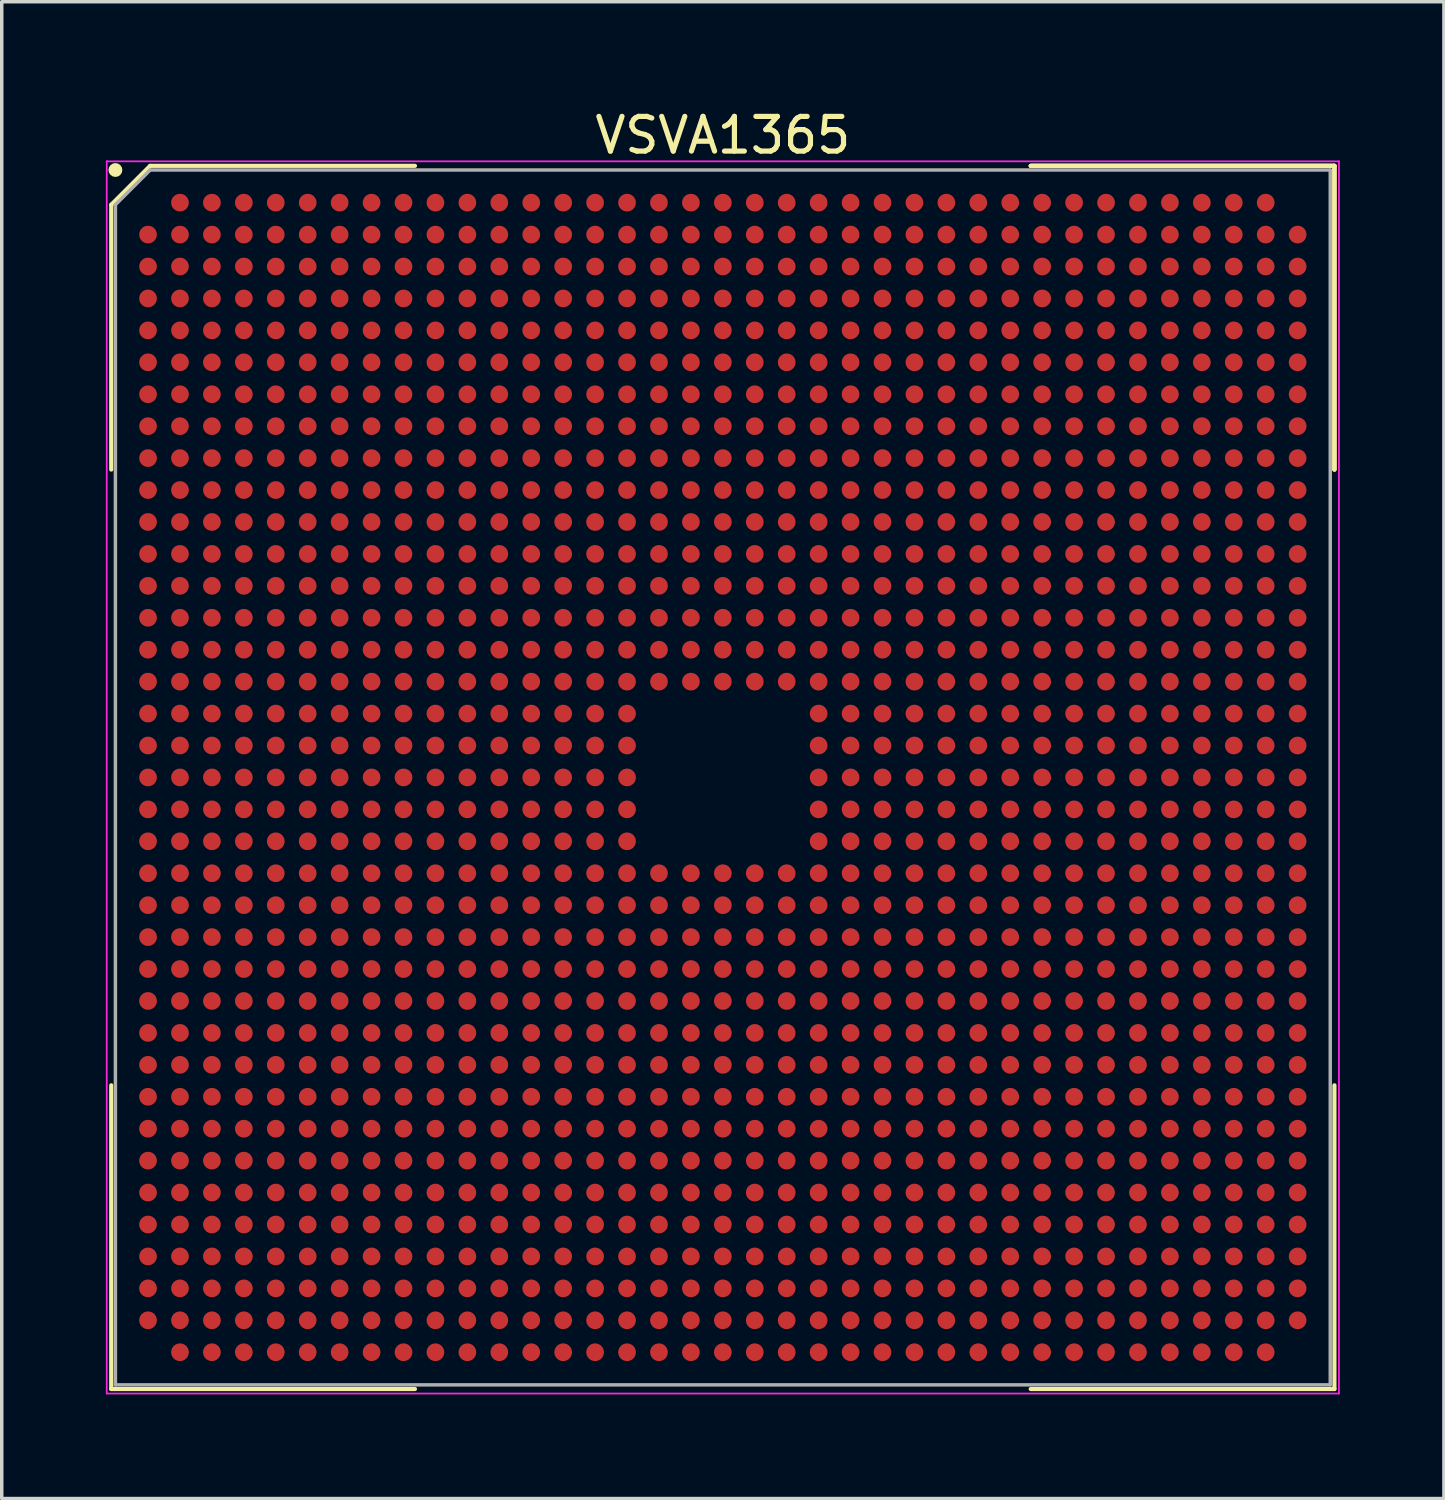
<source format=kicad_pcb>
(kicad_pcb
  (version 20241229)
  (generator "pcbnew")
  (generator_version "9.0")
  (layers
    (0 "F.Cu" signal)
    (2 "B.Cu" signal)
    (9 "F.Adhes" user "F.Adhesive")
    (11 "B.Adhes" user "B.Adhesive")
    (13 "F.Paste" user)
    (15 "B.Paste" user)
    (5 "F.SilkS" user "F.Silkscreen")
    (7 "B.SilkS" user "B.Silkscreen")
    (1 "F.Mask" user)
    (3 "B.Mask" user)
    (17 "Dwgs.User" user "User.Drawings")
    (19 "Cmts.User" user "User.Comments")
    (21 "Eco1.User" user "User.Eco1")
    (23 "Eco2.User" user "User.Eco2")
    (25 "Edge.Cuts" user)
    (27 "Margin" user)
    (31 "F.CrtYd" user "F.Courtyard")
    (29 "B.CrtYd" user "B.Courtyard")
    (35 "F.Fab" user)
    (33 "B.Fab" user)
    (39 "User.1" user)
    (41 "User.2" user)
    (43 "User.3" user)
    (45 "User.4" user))
  (footprint "VSVA1365"
    (layer "F.Cu")
    (at 17.775 19.348)
    (property "Reference" "VSVA1365" (at 0 -18.5 0) (layer "F.SilkS") (effects (font (size 1 1) (thickness 0.15))))
    (attr smd)
    (fp_line (start -17.62 -16.5) (end -17.62 -8.87) (stroke (width 0.12) (type solid)) (layer "F.SilkS"))
    (fp_line (start -17.62 17.62) (end -17.62 8.87) (stroke (width 0.12) (type solid)) (layer "F.SilkS"))
    (fp_line (start -16.5 -17.62) (end -17.62 -16.5) (stroke (width 0.12) (type solid)) (layer "F.SilkS"))
    (fp_line (start -8.87 -17.62) (end -16.5 -17.62) (stroke (width 0.12) (type solid)) (layer "F.SilkS"))
    (fp_line (start -8.87 17.62) (end -17.62 17.62) (stroke (width 0.12) (type solid)) (layer "F.SilkS"))
    (fp_line (start 8.87 -17.62) (end 17.62 -17.62) (stroke (width 0.12) (type solid)) (layer "F.SilkS"))
    (fp_line (start 8.87 -17.62) (end 17.62 -17.62) (stroke (width 0.12) (type solid)) (layer "F.SilkS"))
    (fp_line (start 8.87 -17.62) (end 17.62 -17.62) (stroke (width 0.12) (type solid)) (layer "F.SilkS"))
    (fp_line (start 8.87 17.62) (end 17.62 17.62) (stroke (width 0.12) (type solid)) (layer "F.SilkS"))
    (fp_line (start 17.62 -17.62) (end 17.62 -8.87) (stroke (width 0.12) (type solid)) (layer "F.SilkS"))
    (fp_line (start 17.62 -17.62) (end 17.62 -8.87) (stroke (width 0.12) (type solid)) (layer "F.SilkS"))
    (fp_line (start 17.62 -17.62) (end 17.62 -8.87) (stroke (width 0.12) (type solid)) (layer "F.SilkS"))
    (fp_line (start 17.62 17.62) (end 17.62 8.87) (stroke (width 0.12) (type solid)) (layer "F.SilkS"))
    (fp_circle (center -17.5 -17.5) (end -17.5 -17.4) (stroke (width 0.2) (type solid)) (fill no) (layer "F.SilkS"))
    (fp_line (start -17.75 -17.75) (end 17.75 -17.75) (stroke (width 0.05) (type solid)) (layer "F.CrtYd"))
    (fp_line (start -17.75 17.75) (end -17.75 -17.75) (stroke (width 0.05) (type solid)) (layer "F.CrtYd"))
    (fp_line (start 17.75 -17.75) (end 17.75 17.75) (stroke (width 0.05) (type solid)) (layer "F.CrtYd"))
    (fp_line (start 17.75 17.75) (end -17.75 17.75) (stroke (width 0.05) (type solid)) (layer "F.CrtYd"))
    (fp_line (start -17.5 -16.5) (end -17.5 17.5) (stroke (width 0.1) (type solid)) (layer "F.Fab"))
    (fp_line (start -17.5 17.5) (end 17.5 17.5) (stroke (width 0.1) (type solid)) (layer "F.Fab"))
    (fp_line (start -16.5 -17.5) (end -17.5 -16.5) (stroke (width 0.1) (type solid)) (layer "F.Fab"))
    (fp_line (start 17.5 -17.5) (end -16.5 -17.5) (stroke (width 0.1) (type solid)) (layer "F.Fab"))
    (fp_line (start 17.5 17.5) (end 17.5 -17.5) (stroke (width 0.1) (type solid)) (layer "F.Fab"))
    (pad "A2" smd circle (at -15.64 -16.56) (size 0.51 0.51) (layers "F.Cu" "F.Mask" "F.Paste"))
    (pad "A3" smd circle (at -14.72 -16.56) (size 0.51 0.51) (layers "F.Cu" "F.Mask" "F.Paste"))
    (pad "A4" smd circle (at -13.8 -16.56) (size 0.51 0.51) (layers "F.Cu" "F.Mask" "F.Paste"))
    (pad "A5" smd circle (at -12.88 -16.56) (size 0.51 0.51) (layers "F.Cu" "F.Mask" "F.Paste"))
    (pad "A6" smd circle (at -11.96 -16.56) (size 0.51 0.51) (layers "F.Cu" "F.Mask" "F.Paste"))
    (pad "A7" smd circle (at -11.04 -16.56) (size 0.51 0.51) (layers "F.Cu" "F.Mask" "F.Paste"))
    (pad "A8" smd circle (at -10.12 -16.56) (size 0.51 0.51) (layers "F.Cu" "F.Mask" "F.Paste"))
    (pad "A9" smd circle (at -9.2 -16.56) (size 0.51 0.51) (layers "F.Cu" "F.Mask" "F.Paste"))
    (pad "A10" smd circle (at -8.28 -16.56) (size 0.51 0.51) (layers "F.Cu" "F.Mask" "F.Paste"))
    (pad "A11" smd circle (at -7.36 -16.56) (size 0.51 0.51) (layers "F.Cu" "F.Mask" "F.Paste"))
    (pad "A12" smd circle (at -6.44 -16.56) (size 0.51 0.51) (layers "F.Cu" "F.Mask" "F.Paste"))
    (pad "A13" smd circle (at -5.52 -16.56) (size 0.51 0.51) (layers "F.Cu" "F.Mask" "F.Paste"))
    (pad "A14" smd circle (at -4.6 -16.56) (size 0.51 0.51) (layers "F.Cu" "F.Mask" "F.Paste"))
    (pad "A15" smd circle (at -3.68 -16.56) (size 0.51 0.51) (layers "F.Cu" "F.Mask" "F.Paste"))
    (pad "A16" smd circle (at -2.76 -16.56) (size 0.51 0.51) (layers "F.Cu" "F.Mask" "F.Paste"))
    (pad "A17" smd circle (at -1.84 -16.56) (size 0.51 0.51) (layers "F.Cu" "F.Mask" "F.Paste"))
    (pad "A18" smd circle (at -0.92 -16.56) (size 0.51 0.51) (layers "F.Cu" "F.Mask" "F.Paste"))
    (pad "A19" smd circle (at 0 -16.56) (size 0.51 0.51) (layers "F.Cu" "F.Mask" "F.Paste"))
    (pad "A20" smd circle (at 0.92 -16.56) (size 0.51 0.51) (layers "F.Cu" "F.Mask" "F.Paste"))
    (pad "A21" smd circle (at 1.84 -16.56) (size 0.51 0.51) (layers "F.Cu" "F.Mask" "F.Paste"))
    (pad "A22" smd circle (at 2.76 -16.56) (size 0.51 0.51) (layers "F.Cu" "F.Mask" "F.Paste"))
    (pad "A23" smd circle (at 3.68 -16.56) (size 0.51 0.51) (layers "F.Cu" "F.Mask" "F.Paste"))
    (pad "A24" smd circle (at 4.6 -16.56) (size 0.51 0.51) (layers "F.Cu" "F.Mask" "F.Paste"))
    (pad "A25" smd circle (at 5.52 -16.56) (size 0.51 0.51) (layers "F.Cu" "F.Mask" "F.Paste"))
    (pad "A26" smd circle (at 6.44 -16.56) (size 0.51 0.51) (layers "F.Cu" "F.Mask" "F.Paste"))
    (pad "A27" smd circle (at 7.36 -16.56) (size 0.51 0.51) (layers "F.Cu" "F.Mask" "F.Paste"))
    (pad "A28" smd circle (at 8.28 -16.56) (size 0.51 0.51) (layers "F.Cu" "F.Mask" "F.Paste"))
    (pad "A29" smd circle (at 9.2 -16.56) (size 0.51 0.51) (layers "F.Cu" "F.Mask" "F.Paste"))
    (pad "A30" smd circle (at 10.12 -16.56) (size 0.51 0.51) (layers "F.Cu" "F.Mask" "F.Paste"))
    (pad "A31" smd circle (at 11.04 -16.56) (size 0.51 0.51) (layers "F.Cu" "F.Mask" "F.Paste"))
    (pad "A32" smd circle (at 11.96 -16.56) (size 0.51 0.51) (layers "F.Cu" "F.Mask" "F.Paste"))
    (pad "A33" smd circle (at 12.88 -16.56) (size 0.51 0.51) (layers "F.Cu" "F.Mask" "F.Paste"))
    (pad "A34" smd circle (at 13.8 -16.56) (size 0.51 0.51) (layers "F.Cu" "F.Mask" "F.Paste"))
    (pad "A35" smd circle (at 14.72 -16.56) (size 0.51 0.51) (layers "F.Cu" "F.Mask" "F.Paste"))
    (pad "A36" smd circle (at 15.64 -16.56) (size 0.51 0.51) (layers "F.Cu" "F.Mask" "F.Paste"))
    (pad "AA1" smd circle (at -16.56 1.84) (size 0.51 0.51) (layers "F.Cu" "F.Mask" "F.Paste"))
    (pad "AA2" smd circle (at -15.64 1.84) (size 0.51 0.51) (layers "F.Cu" "F.Mask" "F.Paste"))
    (pad "AA3" smd circle (at -14.72 1.84) (size 0.51 0.51) (layers "F.Cu" "F.Mask" "F.Paste"))
    (pad "AA4" smd circle (at -13.8 1.84) (size 0.51 0.51) (layers "F.Cu" "F.Mask" "F.Paste"))
    (pad "AA5" smd circle (at -12.88 1.84) (size 0.51 0.51) (layers "F.Cu" "F.Mask" "F.Paste"))
    (pad "AA6" smd circle (at -11.96 1.84) (size 0.51 0.51) (layers "F.Cu" "F.Mask" "F.Paste"))
    (pad "AA7" smd circle (at -11.04 1.84) (size 0.51 0.51) (layers "F.Cu" "F.Mask" "F.Paste"))
    (pad "AA8" smd circle (at -10.12 1.84) (size 0.51 0.51) (layers "F.Cu" "F.Mask" "F.Paste"))
    (pad "AA9" smd circle (at -9.2 1.84) (size 0.51 0.51) (layers "F.Cu" "F.Mask" "F.Paste"))
    (pad "AA10" smd circle (at -8.28 1.84) (size 0.51 0.51) (layers "F.Cu" "F.Mask" "F.Paste"))
    (pad "AA11" smd circle (at -7.36 1.84) (size 0.51 0.51) (layers "F.Cu" "F.Mask" "F.Paste"))
    (pad "AA12" smd circle (at -6.44 1.84) (size 0.51 0.51) (layers "F.Cu" "F.Mask" "F.Paste"))
    (pad "AA13" smd circle (at -5.52 1.84) (size 0.51 0.51) (layers "F.Cu" "F.Mask" "F.Paste"))
    (pad "AA14" smd circle (at -4.6 1.84) (size 0.51 0.51) (layers "F.Cu" "F.Mask" "F.Paste"))
    (pad "AA15" smd circle (at -3.68 1.84) (size 0.51 0.51) (layers "F.Cu" "F.Mask" "F.Paste"))
    (pad "AA16" smd circle (at -2.76 1.84) (size 0.51 0.51) (layers "F.Cu" "F.Mask" "F.Paste"))
    (pad "AA22" smd circle (at 2.76 1.84) (size 0.51 0.51) (layers "F.Cu" "F.Mask" "F.Paste"))
    (pad "AA23" smd circle (at 3.68 1.84) (size 0.51 0.51) (layers "F.Cu" "F.Mask" "F.Paste"))
    (pad "AA24" smd circle (at 4.6 1.84) (size 0.51 0.51) (layers "F.Cu" "F.Mask" "F.Paste"))
    (pad "AA25" smd circle (at 5.52 1.84) (size 0.51 0.51) (layers "F.Cu" "F.Mask" "F.Paste"))
    (pad "AA26" smd circle (at 6.44 1.84) (size 0.51 0.51) (layers "F.Cu" "F.Mask" "F.Paste"))
    (pad "AA27" smd circle (at 7.36 1.84) (size 0.51 0.51) (layers "F.Cu" "F.Mask" "F.Paste"))
    (pad "AA28" smd circle (at 8.28 1.84) (size 0.51 0.51) (layers "F.Cu" "F.Mask" "F.Paste"))
    (pad "AA29" smd circle (at 9.2 1.84) (size 0.51 0.51) (layers "F.Cu" "F.Mask" "F.Paste"))
    (pad "AA30" smd circle (at 10.12 1.84) (size 0.51 0.51) (layers "F.Cu" "F.Mask" "F.Paste"))
    (pad "AA31" smd circle (at 11.04 1.84) (size 0.51 0.51) (layers "F.Cu" "F.Mask" "F.Paste"))
    (pad "AA32" smd circle (at 11.96 1.84) (size 0.51 0.51) (layers "F.Cu" "F.Mask" "F.Paste"))
    (pad "AA33" smd circle (at 12.88 1.84) (size 0.51 0.51) (layers "F.Cu" "F.Mask" "F.Paste"))
    (pad "AA34" smd circle (at 13.8 1.84) (size 0.51 0.51) (layers "F.Cu" "F.Mask" "F.Paste"))
    (pad "AA35" smd circle (at 14.72 1.84) (size 0.51 0.51) (layers "F.Cu" "F.Mask" "F.Paste"))
    (pad "AA36" smd circle (at 15.64 1.84) (size 0.51 0.51) (layers "F.Cu" "F.Mask" "F.Paste"))
    (pad "AA37" smd circle (at 16.56 1.84) (size 0.51 0.51) (layers "F.Cu" "F.Mask" "F.Paste"))
    (pad "AB1" smd circle (at -16.56 2.76) (size 0.51 0.51) (layers "F.Cu" "F.Mask" "F.Paste"))
    (pad "AB2" smd circle (at -15.64 2.76) (size 0.51 0.51) (layers "F.Cu" "F.Mask" "F.Paste"))
    (pad "AB3" smd circle (at -14.72 2.76) (size 0.51 0.51) (layers "F.Cu" "F.Mask" "F.Paste"))
    (pad "AB4" smd circle (at -13.8 2.76) (size 0.51 0.51) (layers "F.Cu" "F.Mask" "F.Paste"))
    (pad "AB5" smd circle (at -12.88 2.76) (size 0.51 0.51) (layers "F.Cu" "F.Mask" "F.Paste"))
    (pad "AB6" smd circle (at -11.96 2.76) (size 0.51 0.51) (layers "F.Cu" "F.Mask" "F.Paste"))
    (pad "AB7" smd circle (at -11.04 2.76) (size 0.51 0.51) (layers "F.Cu" "F.Mask" "F.Paste"))
    (pad "AB8" smd circle (at -10.12 2.76) (size 0.51 0.51) (layers "F.Cu" "F.Mask" "F.Paste"))
    (pad "AB9" smd circle (at -9.2 2.76) (size 0.51 0.51) (layers "F.Cu" "F.Mask" "F.Paste"))
    (pad "AB10" smd circle (at -8.28 2.76) (size 0.51 0.51) (layers "F.Cu" "F.Mask" "F.Paste"))
    (pad "AB11" smd circle (at -7.36 2.76) (size 0.51 0.51) (layers "F.Cu" "F.Mask" "F.Paste"))
    (pad "AB12" smd circle (at -6.44 2.76) (size 0.51 0.51) (layers "F.Cu" "F.Mask" "F.Paste"))
    (pad "AB13" smd circle (at -5.52 2.76) (size 0.51 0.51) (layers "F.Cu" "F.Mask" "F.Paste"))
    (pad "AB14" smd circle (at -4.6 2.76) (size 0.51 0.51) (layers "F.Cu" "F.Mask" "F.Paste"))
    (pad "AB15" smd circle (at -3.68 2.76) (size 0.51 0.51) (layers "F.Cu" "F.Mask" "F.Paste"))
    (pad "AB16" smd circle (at -2.76 2.76) (size 0.51 0.51) (layers "F.Cu" "F.Mask" "F.Paste"))
    (pad "AB17" smd circle (at -1.84 2.76) (size 0.51 0.51) (layers "F.Cu" "F.Mask" "F.Paste"))
    (pad "AB18" smd circle (at -0.92 2.76) (size 0.51 0.51) (layers "F.Cu" "F.Mask" "F.Paste"))
    (pad "AB19" smd circle (at 0 2.76) (size 0.51 0.51) (layers "F.Cu" "F.Mask" "F.Paste"))
    (pad "AB20" smd circle (at 0.92 2.76) (size 0.51 0.51) (layers "F.Cu" "F.Mask" "F.Paste"))
    (pad "AB21" smd circle (at 1.84 2.76) (size 0.51 0.51) (layers "F.Cu" "F.Mask" "F.Paste"))
    (pad "AB22" smd circle (at 2.76 2.76) (size 0.51 0.51) (layers "F.Cu" "F.Mask" "F.Paste"))
    (pad "AB23" smd circle (at 3.68 2.76) (size 0.51 0.51) (layers "F.Cu" "F.Mask" "F.Paste"))
    (pad "AB24" smd circle (at 4.6 2.76) (size 0.51 0.51) (layers "F.Cu" "F.Mask" "F.Paste"))
    (pad "AB25" smd circle (at 5.52 2.76) (size 0.51 0.51) (layers "F.Cu" "F.Mask" "F.Paste"))
    (pad "AB26" smd circle (at 6.44 2.76) (size 0.51 0.51) (layers "F.Cu" "F.Mask" "F.Paste"))
    (pad "AB27" smd circle (at 7.36 2.76) (size 0.51 0.51) (layers "F.Cu" "F.Mask" "F.Paste"))
    (pad "AB28" smd circle (at 8.28 2.76) (size 0.51 0.51) (layers "F.Cu" "F.Mask" "F.Paste"))
    (pad "AB29" smd circle (at 9.2 2.76) (size 0.51 0.51) (layers "F.Cu" "F.Mask" "F.Paste"))
    (pad "AB30" smd circle (at 10.12 2.76) (size 0.51 0.51) (layers "F.Cu" "F.Mask" "F.Paste"))
    (pad "AB31" smd circle (at 11.04 2.76) (size 0.51 0.51) (layers "F.Cu" "F.Mask" "F.Paste"))
    (pad "AB32" smd circle (at 11.96 2.76) (size 0.51 0.51) (layers "F.Cu" "F.Mask" "F.Paste"))
    (pad "AB33" smd circle (at 12.88 2.76) (size 0.51 0.51) (layers "F.Cu" "F.Mask" "F.Paste"))
    (pad "AB34" smd circle (at 13.8 2.76) (size 0.51 0.51) (layers "F.Cu" "F.Mask" "F.Paste"))
    (pad "AB35" smd circle (at 14.72 2.76) (size 0.51 0.51) (layers "F.Cu" "F.Mask" "F.Paste"))
    (pad "AB36" smd circle (at 15.64 2.76) (size 0.51 0.51) (layers "F.Cu" "F.Mask" "F.Paste"))
    (pad "AB37" smd circle (at 16.56 2.76) (size 0.51 0.51) (layers "F.Cu" "F.Mask" "F.Paste"))
    (pad "AC1" smd circle (at -16.56 3.68) (size 0.51 0.51) (layers "F.Cu" "F.Mask" "F.Paste"))
    (pad "AC2" smd circle (at -15.64 3.68) (size 0.51 0.51) (layers "F.Cu" "F.Mask" "F.Paste"))
    (pad "AC3" smd circle (at -14.72 3.68) (size 0.51 0.51) (layers "F.Cu" "F.Mask" "F.Paste"))
    (pad "AC4" smd circle (at -13.8 3.68) (size 0.51 0.51) (layers "F.Cu" "F.Mask" "F.Paste"))
    (pad "AC5" smd circle (at -12.88 3.68) (size 0.51 0.51) (layers "F.Cu" "F.Mask" "F.Paste"))
    (pad "AC6" smd circle (at -11.96 3.68) (size 0.51 0.51) (layers "F.Cu" "F.Mask" "F.Paste"))
    (pad "AC7" smd circle (at -11.04 3.68) (size 0.51 0.51) (layers "F.Cu" "F.Mask" "F.Paste"))
    (pad "AC8" smd circle (at -10.12 3.68) (size 0.51 0.51) (layers "F.Cu" "F.Mask" "F.Paste"))
    (pad "AC9" smd circle (at -9.2 3.68) (size 0.51 0.51) (layers "F.Cu" "F.Mask" "F.Paste"))
    (pad "AC10" smd circle (at -8.28 3.68) (size 0.51 0.51) (layers "F.Cu" "F.Mask" "F.Paste"))
    (pad "AC11" smd circle (at -7.36 3.68) (size 0.51 0.51) (layers "F.Cu" "F.Mask" "F.Paste"))
    (pad "AC12" smd circle (at -6.44 3.68) (size 0.51 0.51) (layers "F.Cu" "F.Mask" "F.Paste"))
    (pad "AC13" smd circle (at -5.52 3.68) (size 0.51 0.51) (layers "F.Cu" "F.Mask" "F.Paste"))
    (pad "AC14" smd circle (at -4.6 3.68) (size 0.51 0.51) (layers "F.Cu" "F.Mask" "F.Paste"))
    (pad "AC15" smd circle (at -3.68 3.68) (size 0.51 0.51) (layers "F.Cu" "F.Mask" "F.Paste"))
    (pad "AC16" smd circle (at -2.76 3.68) (size 0.51 0.51) (layers "F.Cu" "F.Mask" "F.Paste"))
    (pad "AC17" smd circle (at -1.84 3.68) (size 0.51 0.51) (layers "F.Cu" "F.Mask" "F.Paste"))
    (pad "AC18" smd circle (at -0.92 3.68) (size 0.51 0.51) (layers "F.Cu" "F.Mask" "F.Paste"))
    (pad "AC19" smd circle (at 0 3.68) (size 0.51 0.51) (layers "F.Cu" "F.Mask" "F.Paste"))
    (pad "AC20" smd circle (at 0.92 3.68) (size 0.51 0.51) (layers "F.Cu" "F.Mask" "F.Paste"))
    (pad "AC21" smd circle (at 1.84 3.68) (size 0.51 0.51) (layers "F.Cu" "F.Mask" "F.Paste"))
    (pad "AC22" smd circle (at 2.76 3.68) (size 0.51 0.51) (layers "F.Cu" "F.Mask" "F.Paste"))
    (pad "AC23" smd circle (at 3.68 3.68) (size 0.51 0.51) (layers "F.Cu" "F.Mask" "F.Paste"))
    (pad "AC24" smd circle (at 4.6 3.68) (size 0.51 0.51) (layers "F.Cu" "F.Mask" "F.Paste"))
    (pad "AC25" smd circle (at 5.52 3.68) (size 0.51 0.51) (layers "F.Cu" "F.Mask" "F.Paste"))
    (pad "AC26" smd circle (at 6.44 3.68) (size 0.51 0.51) (layers "F.Cu" "F.Mask" "F.Paste"))
    (pad "AC27" smd circle (at 7.36 3.68) (size 0.51 0.51) (layers "F.Cu" "F.Mask" "F.Paste"))
    (pad "AC28" smd circle (at 8.28 3.68) (size 0.51 0.51) (layers "F.Cu" "F.Mask" "F.Paste"))
    (pad "AC29" smd circle (at 9.2 3.68) (size 0.51 0.51) (layers "F.Cu" "F.Mask" "F.Paste"))
    (pad "AC30" smd circle (at 10.12 3.68) (size 0.51 0.51) (layers "F.Cu" "F.Mask" "F.Paste"))
    (pad "AC31" smd circle (at 11.04 3.68) (size 0.51 0.51) (layers "F.Cu" "F.Mask" "F.Paste"))
    (pad "AC32" smd circle (at 11.96 3.68) (size 0.51 0.51) (layers "F.Cu" "F.Mask" "F.Paste"))
    (pad "AC33" smd circle (at 12.88 3.68) (size 0.51 0.51) (layers "F.Cu" "F.Mask" "F.Paste"))
    (pad "AC34" smd circle (at 13.8 3.68) (size 0.51 0.51) (layers "F.Cu" "F.Mask" "F.Paste"))
    (pad "AC35" smd circle (at 14.72 3.68) (size 0.51 0.51) (layers "F.Cu" "F.Mask" "F.Paste"))
    (pad "AC36" smd circle (at 15.64 3.68) (size 0.51 0.51) (layers "F.Cu" "F.Mask" "F.Paste"))
    (pad "AC37" smd circle (at 16.56 3.68) (size 0.51 0.51) (layers "F.Cu" "F.Mask" "F.Paste"))
    (pad "AD1" smd circle (at -16.56 4.6) (size 0.51 0.51) (layers "F.Cu" "F.Mask" "F.Paste"))
    (pad "AD2" smd circle (at -15.64 4.6) (size 0.51 0.51) (layers "F.Cu" "F.Mask" "F.Paste"))
    (pad "AD3" smd circle (at -14.72 4.6) (size 0.51 0.51) (layers "F.Cu" "F.Mask" "F.Paste"))
    (pad "AD4" smd circle (at -13.8 4.6) (size 0.51 0.51) (layers "F.Cu" "F.Mask" "F.Paste"))
    (pad "AD5" smd circle (at -12.88 4.6) (size 0.51 0.51) (layers "F.Cu" "F.Mask" "F.Paste"))
    (pad "AD6" smd circle (at -11.96 4.6) (size 0.51 0.51) (layers "F.Cu" "F.Mask" "F.Paste"))
    (pad "AD7" smd circle (at -11.04 4.6) (size 0.51 0.51) (layers "F.Cu" "F.Mask" "F.Paste"))
    (pad "AD8" smd circle (at -10.12 4.6) (size 0.51 0.51) (layers "F.Cu" "F.Mask" "F.Paste"))
    (pad "AD9" smd circle (at -9.2 4.6) (size 0.51 0.51) (layers "F.Cu" "F.Mask" "F.Paste"))
    (pad "AD10" smd circle (at -8.28 4.6) (size 0.51 0.51) (layers "F.Cu" "F.Mask" "F.Paste"))
    (pad "AD11" smd circle (at -7.36 4.6) (size 0.51 0.51) (layers "F.Cu" "F.Mask" "F.Paste"))
    (pad "AD12" smd circle (at -6.44 4.6) (size 0.51 0.51) (layers "F.Cu" "F.Mask" "F.Paste"))
    (pad "AD13" smd circle (at -5.52 4.6) (size 0.51 0.51) (layers "F.Cu" "F.Mask" "F.Paste"))
    (pad "AD14" smd circle (at -4.6 4.6) (size 0.51 0.51) (layers "F.Cu" "F.Mask" "F.Paste"))
    (pad "AD15" smd circle (at -3.68 4.6) (size 0.51 0.51) (layers "F.Cu" "F.Mask" "F.Paste"))
    (pad "AD16" smd circle (at -2.76 4.6) (size 0.51 0.51) (layers "F.Cu" "F.Mask" "F.Paste"))
    (pad "AD17" smd circle (at -1.84 4.6) (size 0.51 0.51) (layers "F.Cu" "F.Mask" "F.Paste"))
    (pad "AD18" smd circle (at -0.92 4.6) (size 0.51 0.51) (layers "F.Cu" "F.Mask" "F.Paste"))
    (pad "AD19" smd circle (at 0 4.6) (size 0.51 0.51) (layers "F.Cu" "F.Mask" "F.Paste"))
    (pad "AD20" smd circle (at 0.92 4.6) (size 0.51 0.51) (layers "F.Cu" "F.Mask" "F.Paste"))
    (pad "AD21" smd circle (at 1.84 4.6) (size 0.51 0.51) (layers "F.Cu" "F.Mask" "F.Paste"))
    (pad "AD22" smd circle (at 2.76 4.6) (size 0.51 0.51) (layers "F.Cu" "F.Mask" "F.Paste"))
    (pad "AD23" smd circle (at 3.68 4.6) (size 0.51 0.51) (layers "F.Cu" "F.Mask" "F.Paste"))
    (pad "AD24" smd circle (at 4.6 4.6) (size 0.51 0.51) (layers "F.Cu" "F.Mask" "F.Paste"))
    (pad "AD25" smd circle (at 5.52 4.6) (size 0.51 0.51) (layers "F.Cu" "F.Mask" "F.Paste"))
    (pad "AD26" smd circle (at 6.44 4.6) (size 0.51 0.51) (layers "F.Cu" "F.Mask" "F.Paste"))
    (pad "AD27" smd circle (at 7.36 4.6) (size 0.51 0.51) (layers "F.Cu" "F.Mask" "F.Paste"))
    (pad "AD28" smd circle (at 8.28 4.6) (size 0.51 0.51) (layers "F.Cu" "F.Mask" "F.Paste"))
    (pad "AD29" smd circle (at 9.2 4.6) (size 0.51 0.51) (layers "F.Cu" "F.Mask" "F.Paste"))
    (pad "AD30" smd circle (at 10.12 4.6) (size 0.51 0.51) (layers "F.Cu" "F.Mask" "F.Paste"))
    (pad "AD31" smd circle (at 11.04 4.6) (size 0.51 0.51) (layers "F.Cu" "F.Mask" "F.Paste"))
    (pad "AD32" smd circle (at 11.96 4.6) (size 0.51 0.51) (layers "F.Cu" "F.Mask" "F.Paste"))
    (pad "AD33" smd circle (at 12.88 4.6) (size 0.51 0.51) (layers "F.Cu" "F.Mask" "F.Paste"))
    (pad "AD34" smd circle (at 13.8 4.6) (size 0.51 0.51) (layers "F.Cu" "F.Mask" "F.Paste"))
    (pad "AD35" smd circle (at 14.72 4.6) (size 0.51 0.51) (layers "F.Cu" "F.Mask" "F.Paste"))
    (pad "AD36" smd circle (at 15.64 4.6) (size 0.51 0.51) (layers "F.Cu" "F.Mask" "F.Paste"))
    (pad "AD37" smd circle (at 16.56 4.6) (size 0.51 0.51) (layers "F.Cu" "F.Mask" "F.Paste"))
    (pad "AE1" smd circle (at -16.56 5.52) (size 0.51 0.51) (layers "F.Cu" "F.Mask" "F.Paste"))
    (pad "AE2" smd circle (at -15.64 5.52) (size 0.51 0.51) (layers "F.Cu" "F.Mask" "F.Paste"))
    (pad "AE3" smd circle (at -14.72 5.52) (size 0.51 0.51) (layers "F.Cu" "F.Mask" "F.Paste"))
    (pad "AE4" smd circle (at -13.8 5.52) (size 0.51 0.51) (layers "F.Cu" "F.Mask" "F.Paste"))
    (pad "AE5" smd circle (at -12.88 5.52) (size 0.51 0.51) (layers "F.Cu" "F.Mask" "F.Paste"))
    (pad "AE6" smd circle (at -11.96 5.52) (size 0.51 0.51) (layers "F.Cu" "F.Mask" "F.Paste"))
    (pad "AE7" smd circle (at -11.04 5.52) (size 0.51 0.51) (layers "F.Cu" "F.Mask" "F.Paste"))
    (pad "AE8" smd circle (at -10.12 5.52) (size 0.51 0.51) (layers "F.Cu" "F.Mask" "F.Paste"))
    (pad "AE9" smd circle (at -9.2 5.52) (size 0.51 0.51) (layers "F.Cu" "F.Mask" "F.Paste"))
    (pad "AE10" smd circle (at -8.28 5.52) (size 0.51 0.51) (layers "F.Cu" "F.Mask" "F.Paste"))
    (pad "AE11" smd circle (at -7.36 5.52) (size 0.51 0.51) (layers "F.Cu" "F.Mask" "F.Paste"))
    (pad "AE12" smd circle (at -6.44 5.52) (size 0.51 0.51) (layers "F.Cu" "F.Mask" "F.Paste"))
    (pad "AE13" smd circle (at -5.52 5.52) (size 0.51 0.51) (layers "F.Cu" "F.Mask" "F.Paste"))
    (pad "AE14" smd circle (at -4.6 5.52) (size 0.51 0.51) (layers "F.Cu" "F.Mask" "F.Paste"))
    (pad "AE15" smd circle (at -3.68 5.52) (size 0.51 0.51) (layers "F.Cu" "F.Mask" "F.Paste"))
    (pad "AE16" smd circle (at -2.76 5.52) (size 0.51 0.51) (layers "F.Cu" "F.Mask" "F.Paste"))
    (pad "AE17" smd circle (at -1.84 5.52) (size 0.51 0.51) (layers "F.Cu" "F.Mask" "F.Paste"))
    (pad "AE18" smd circle (at -0.92 5.52) (size 0.51 0.51) (layers "F.Cu" "F.Mask" "F.Paste"))
    (pad "AE19" smd circle (at 0 5.52) (size 0.51 0.51) (layers "F.Cu" "F.Mask" "F.Paste"))
    (pad "AE20" smd circle (at 0.92 5.52) (size 0.51 0.51) (layers "F.Cu" "F.Mask" "F.Paste"))
    (pad "AE21" smd circle (at 1.84 5.52) (size 0.51 0.51) (layers "F.Cu" "F.Mask" "F.Paste"))
    (pad "AE22" smd circle (at 2.76 5.52) (size 0.51 0.51) (layers "F.Cu" "F.Mask" "F.Paste"))
    (pad "AE23" smd circle (at 3.68 5.52) (size 0.51 0.51) (layers "F.Cu" "F.Mask" "F.Paste"))
    (pad "AE24" smd circle (at 4.6 5.52) (size 0.51 0.51) (layers "F.Cu" "F.Mask" "F.Paste"))
    (pad "AE25" smd circle (at 5.52 5.52) (size 0.51 0.51) (layers "F.Cu" "F.Mask" "F.Paste"))
    (pad "AE26" smd circle (at 6.44 5.52) (size 0.51 0.51) (layers "F.Cu" "F.Mask" "F.Paste"))
    (pad "AE27" smd circle (at 7.36 5.52) (size 0.51 0.51) (layers "F.Cu" "F.Mask" "F.Paste"))
    (pad "AE28" smd circle (at 8.28 5.52) (size 0.51 0.51) (layers "F.Cu" "F.Mask" "F.Paste"))
    (pad "AE29" smd circle (at 9.2 5.52) (size 0.51 0.51) (layers "F.Cu" "F.Mask" "F.Paste"))
    (pad "AE30" smd circle (at 10.12 5.52) (size 0.51 0.51) (layers "F.Cu" "F.Mask" "F.Paste"))
    (pad "AE31" smd circle (at 11.04 5.52) (size 0.51 0.51) (layers "F.Cu" "F.Mask" "F.Paste"))
    (pad "AE32" smd circle (at 11.96 5.52) (size 0.51 0.51) (layers "F.Cu" "F.Mask" "F.Paste"))
    (pad "AE33" smd circle (at 12.88 5.52) (size 0.51 0.51) (layers "F.Cu" "F.Mask" "F.Paste"))
    (pad "AE34" smd circle (at 13.8 5.52) (size 0.51 0.51) (layers "F.Cu" "F.Mask" "F.Paste"))
    (pad "AE35" smd circle (at 14.72 5.52) (size 0.51 0.51) (layers "F.Cu" "F.Mask" "F.Paste"))
    (pad "AE36" smd circle (at 15.64 5.52) (size 0.51 0.51) (layers "F.Cu" "F.Mask" "F.Paste"))
    (pad "AE37" smd circle (at 16.56 5.52) (size 0.51 0.51) (layers "F.Cu" "F.Mask" "F.Paste"))
    (pad "AF1" smd circle (at -16.56 6.44) (size 0.51 0.51) (layers "F.Cu" "F.Mask" "F.Paste"))
    (pad "AF2" smd circle (at -15.64 6.44) (size 0.51 0.51) (layers "F.Cu" "F.Mask" "F.Paste"))
    (pad "AF3" smd circle (at -14.72 6.44) (size 0.51 0.51) (layers "F.Cu" "F.Mask" "F.Paste"))
    (pad "AF4" smd circle (at -13.8 6.44) (size 0.51 0.51) (layers "F.Cu" "F.Mask" "F.Paste"))
    (pad "AF5" smd circle (at -12.88 6.44) (size 0.51 0.51) (layers "F.Cu" "F.Mask" "F.Paste"))
    (pad "AF6" smd circle (at -11.96 6.44) (size 0.51 0.51) (layers "F.Cu" "F.Mask" "F.Paste"))
    (pad "AF7" smd circle (at -11.04 6.44) (size 0.51 0.51) (layers "F.Cu" "F.Mask" "F.Paste"))
    (pad "AF8" smd circle (at -10.12 6.44) (size 0.51 0.51) (layers "F.Cu" "F.Mask" "F.Paste"))
    (pad "AF9" smd circle (at -9.2 6.44) (size 0.51 0.51) (layers "F.Cu" "F.Mask" "F.Paste"))
    (pad "AF10" smd circle (at -8.28 6.44) (size 0.51 0.51) (layers "F.Cu" "F.Mask" "F.Paste"))
    (pad "AF11" smd circle (at -7.36 6.44) (size 0.51 0.51) (layers "F.Cu" "F.Mask" "F.Paste"))
    (pad "AF12" smd circle (at -6.44 6.44) (size 0.51 0.51) (layers "F.Cu" "F.Mask" "F.Paste"))
    (pad "AF13" smd circle (at -5.52 6.44) (size 0.51 0.51) (layers "F.Cu" "F.Mask" "F.Paste"))
    (pad "AF14" smd circle (at -4.6 6.44) (size 0.51 0.51) (layers "F.Cu" "F.Mask" "F.Paste"))
    (pad "AF15" smd circle (at -3.68 6.44) (size 0.51 0.51) (layers "F.Cu" "F.Mask" "F.Paste"))
    (pad "AF16" smd circle (at -2.76 6.44) (size 0.51 0.51) (layers "F.Cu" "F.Mask" "F.Paste"))
    (pad "AF17" smd circle (at -1.84 6.44) (size 0.51 0.51) (layers "F.Cu" "F.Mask" "F.Paste"))
    (pad "AF18" smd circle (at -0.92 6.44) (size 0.51 0.51) (layers "F.Cu" "F.Mask" "F.Paste"))
    (pad "AF19" smd circle (at 0 6.44) (size 0.51 0.51) (layers "F.Cu" "F.Mask" "F.Paste"))
    (pad "AF20" smd circle (at 0.92 6.44) (size 0.51 0.51) (layers "F.Cu" "F.Mask" "F.Paste"))
    (pad "AF21" smd circle (at 1.84 6.44) (size 0.51 0.51) (layers "F.Cu" "F.Mask" "F.Paste"))
    (pad "AF22" smd circle (at 2.76 6.44) (size 0.51 0.51) (layers "F.Cu" "F.Mask" "F.Paste"))
    (pad "AF23" smd circle (at 3.68 6.44) (size 0.51 0.51) (layers "F.Cu" "F.Mask" "F.Paste"))
    (pad "AF24" smd circle (at 4.6 6.44) (size 0.51 0.51) (layers "F.Cu" "F.Mask" "F.Paste"))
    (pad "AF25" smd circle (at 5.52 6.44) (size 0.51 0.51) (layers "F.Cu" "F.Mask" "F.Paste"))
    (pad "AF26" smd circle (at 6.44 6.44) (size 0.51 0.51) (layers "F.Cu" "F.Mask" "F.Paste"))
    (pad "AF27" smd circle (at 7.36 6.44) (size 0.51 0.51) (layers "F.Cu" "F.Mask" "F.Paste"))
    (pad "AF28" smd circle (at 8.28 6.44) (size 0.51 0.51) (layers "F.Cu" "F.Mask" "F.Paste"))
    (pad "AF29" smd circle (at 9.2 6.44) (size 0.51 0.51) (layers "F.Cu" "F.Mask" "F.Paste"))
    (pad "AF30" smd circle (at 10.12 6.44) (size 0.51 0.51) (layers "F.Cu" "F.Mask" "F.Paste"))
    (pad "AF31" smd circle (at 11.04 6.44) (size 0.51 0.51) (layers "F.Cu" "F.Mask" "F.Paste"))
    (pad "AF32" smd circle (at 11.96 6.44) (size 0.51 0.51) (layers "F.Cu" "F.Mask" "F.Paste"))
    (pad "AF33" smd circle (at 12.88 6.44) (size 0.51 0.51) (layers "F.Cu" "F.Mask" "F.Paste"))
    (pad "AF34" smd circle (at 13.8 6.44) (size 0.51 0.51) (layers "F.Cu" "F.Mask" "F.Paste"))
    (pad "AF35" smd circle (at 14.72 6.44) (size 0.51 0.51) (layers "F.Cu" "F.Mask" "F.Paste"))
    (pad "AF36" smd circle (at 15.64 6.44) (size 0.51 0.51) (layers "F.Cu" "F.Mask" "F.Paste"))
    (pad "AF37" smd circle (at 16.56 6.44) (size 0.51 0.51) (layers "F.Cu" "F.Mask" "F.Paste"))
    (pad "AG1" smd circle (at -16.56 7.36) (size 0.51 0.51) (layers "F.Cu" "F.Mask" "F.Paste"))
    (pad "AG2" smd circle (at -15.64 7.36) (size 0.51 0.51) (layers "F.Cu" "F.Mask" "F.Paste"))
    (pad "AG3" smd circle (at -14.72 7.36) (size 0.51 0.51) (layers "F.Cu" "F.Mask" "F.Paste"))
    (pad "AG4" smd circle (at -13.8 7.36) (size 0.51 0.51) (layers "F.Cu" "F.Mask" "F.Paste"))
    (pad "AG5" smd circle (at -12.88 7.36) (size 0.51 0.51) (layers "F.Cu" "F.Mask" "F.Paste"))
    (pad "AG6" smd circle (at -11.96 7.36) (size 0.51 0.51) (layers "F.Cu" "F.Mask" "F.Paste"))
    (pad "AG7" smd circle (at -11.04 7.36) (size 0.51 0.51) (layers "F.Cu" "F.Mask" "F.Paste"))
    (pad "AG8" smd circle (at -10.12 7.36) (size 0.51 0.51) (layers "F.Cu" "F.Mask" "F.Paste"))
    (pad "AG9" smd circle (at -9.2 7.36) (size 0.51 0.51) (layers "F.Cu" "F.Mask" "F.Paste"))
    (pad "AG10" smd circle (at -8.28 7.36) (size 0.51 0.51) (layers "F.Cu" "F.Mask" "F.Paste"))
    (pad "AG11" smd circle (at -7.36 7.36) (size 0.51 0.51) (layers "F.Cu" "F.Mask" "F.Paste"))
    (pad "AG12" smd circle (at -6.44 7.36) (size 0.51 0.51) (layers "F.Cu" "F.Mask" "F.Paste"))
    (pad "AG13" smd circle (at -5.52 7.36) (size 0.51 0.51) (layers "F.Cu" "F.Mask" "F.Paste"))
    (pad "AG14" smd circle (at -4.6 7.36) (size 0.51 0.51) (layers "F.Cu" "F.Mask" "F.Paste"))
    (pad "AG15" smd circle (at -3.68 7.36) (size 0.51 0.51) (layers "F.Cu" "F.Mask" "F.Paste"))
    (pad "AG16" smd circle (at -2.76 7.36) (size 0.51 0.51) (layers "F.Cu" "F.Mask" "F.Paste"))
    (pad "AG17" smd circle (at -1.84 7.36) (size 0.51 0.51) (layers "F.Cu" "F.Mask" "F.Paste"))
    (pad "AG18" smd circle (at -0.92 7.36) (size 0.51 0.51) (layers "F.Cu" "F.Mask" "F.Paste"))
    (pad "AG19" smd circle (at 0 7.36) (size 0.51 0.51) (layers "F.Cu" "F.Mask" "F.Paste"))
    (pad "AG20" smd circle (at 0.92 7.36) (size 0.51 0.51) (layers "F.Cu" "F.Mask" "F.Paste"))
    (pad "AG21" smd circle (at 1.84 7.36) (size 0.51 0.51) (layers "F.Cu" "F.Mask" "F.Paste"))
    (pad "AG22" smd circle (at 2.76 7.36) (size 0.51 0.51) (layers "F.Cu" "F.Mask" "F.Paste"))
    (pad "AG23" smd circle (at 3.68 7.36) (size 0.51 0.51) (layers "F.Cu" "F.Mask" "F.Paste"))
    (pad "AG24" smd circle (at 4.6 7.36) (size 0.51 0.51) (layers "F.Cu" "F.Mask" "F.Paste"))
    (pad "AG25" smd circle (at 5.52 7.36) (size 0.51 0.51) (layers "F.Cu" "F.Mask" "F.Paste"))
    (pad "AG26" smd circle (at 6.44 7.36) (size 0.51 0.51) (layers "F.Cu" "F.Mask" "F.Paste"))
    (pad "AG27" smd circle (at 7.36 7.36) (size 0.51 0.51) (layers "F.Cu" "F.Mask" "F.Paste"))
    (pad "AG28" smd circle (at 8.28 7.36) (size 0.51 0.51) (layers "F.Cu" "F.Mask" "F.Paste"))
    (pad "AG29" smd circle (at 9.2 7.36) (size 0.51 0.51) (layers "F.Cu" "F.Mask" "F.Paste"))
    (pad "AG30" smd circle (at 10.12 7.36) (size 0.51 0.51) (layers "F.Cu" "F.Mask" "F.Paste"))
    (pad "AG31" smd circle (at 11.04 7.36) (size 0.51 0.51) (layers "F.Cu" "F.Mask" "F.Paste"))
    (pad "AG32" smd circle (at 11.96 7.36) (size 0.51 0.51) (layers "F.Cu" "F.Mask" "F.Paste"))
    (pad "AG33" smd circle (at 12.88 7.36) (size 0.51 0.51) (layers "F.Cu" "F.Mask" "F.Paste"))
    (pad "AG34" smd circle (at 13.8 7.36) (size 0.51 0.51) (layers "F.Cu" "F.Mask" "F.Paste"))
    (pad "AG35" smd circle (at 14.72 7.36) (size 0.51 0.51) (layers "F.Cu" "F.Mask" "F.Paste"))
    (pad "AG36" smd circle (at 15.64 7.36) (size 0.51 0.51) (layers "F.Cu" "F.Mask" "F.Paste"))
    (pad "AG37" smd circle (at 16.56 7.36) (size 0.51 0.51) (layers "F.Cu" "F.Mask" "F.Paste"))
    (pad "AH1" smd circle (at -16.56 8.28) (size 0.51 0.51) (layers "F.Cu" "F.Mask" "F.Paste"))
    (pad "AH2" smd circle (at -15.64 8.28) (size 0.51 0.51) (layers "F.Cu" "F.Mask" "F.Paste"))
    (pad "AH3" smd circle (at -14.72 8.28) (size 0.51 0.51) (layers "F.Cu" "F.Mask" "F.Paste"))
    (pad "AH4" smd circle (at -13.8 8.28) (size 0.51 0.51) (layers "F.Cu" "F.Mask" "F.Paste"))
    (pad "AH5" smd circle (at -12.88 8.28) (size 0.51 0.51) (layers "F.Cu" "F.Mask" "F.Paste"))
    (pad "AH6" smd circle (at -11.96 8.28) (size 0.51 0.51) (layers "F.Cu" "F.Mask" "F.Paste"))
    (pad "AH7" smd circle (at -11.04 8.28) (size 0.51 0.51) (layers "F.Cu" "F.Mask" "F.Paste"))
    (pad "AH8" smd circle (at -10.12 8.28) (size 0.51 0.51) (layers "F.Cu" "F.Mask" "F.Paste"))
    (pad "AH9" smd circle (at -9.2 8.28) (size 0.51 0.51) (layers "F.Cu" "F.Mask" "F.Paste"))
    (pad "AH10" smd circle (at -8.28 8.28) (size 0.51 0.51) (layers "F.Cu" "F.Mask" "F.Paste"))
    (pad "AH11" smd circle (at -7.36 8.28) (size 0.51 0.51) (layers "F.Cu" "F.Mask" "F.Paste"))
    (pad "AH12" smd circle (at -6.44 8.28) (size 0.51 0.51) (layers "F.Cu" "F.Mask" "F.Paste"))
    (pad "AH13" smd circle (at -5.52 8.28) (size 0.51 0.51) (layers "F.Cu" "F.Mask" "F.Paste"))
    (pad "AH14" smd circle (at -4.6 8.28) (size 0.51 0.51) (layers "F.Cu" "F.Mask" "F.Paste"))
    (pad "AH15" smd circle (at -3.68 8.28) (size 0.51 0.51) (layers "F.Cu" "F.Mask" "F.Paste"))
    (pad "AH16" smd circle (at -2.76 8.28) (size 0.51 0.51) (layers "F.Cu" "F.Mask" "F.Paste"))
    (pad "AH17" smd circle (at -1.84 8.28) (size 0.51 0.51) (layers "F.Cu" "F.Mask" "F.Paste"))
    (pad "AH18" smd circle (at -0.92 8.28) (size 0.51 0.51) (layers "F.Cu" "F.Mask" "F.Paste"))
    (pad "AH19" smd circle (at 0 8.28) (size 0.51 0.51) (layers "F.Cu" "F.Mask" "F.Paste"))
    (pad "AH20" smd circle (at 0.92 8.28) (size 0.51 0.51) (layers "F.Cu" "F.Mask" "F.Paste"))
    (pad "AH21" smd circle (at 1.84 8.28) (size 0.51 0.51) (layers "F.Cu" "F.Mask" "F.Paste"))
    (pad "AH22" smd circle (at 2.76 8.28) (size 0.51 0.51) (layers "F.Cu" "F.Mask" "F.Paste"))
    (pad "AH23" smd circle (at 3.68 8.28) (size 0.51 0.51) (layers "F.Cu" "F.Mask" "F.Paste"))
    (pad "AH24" smd circle (at 4.6 8.28) (size 0.51 0.51) (layers "F.Cu" "F.Mask" "F.Paste"))
    (pad "AH25" smd circle (at 5.52 8.28) (size 0.51 0.51) (layers "F.Cu" "F.Mask" "F.Paste"))
    (pad "AH26" smd circle (at 6.44 8.28) (size 0.51 0.51) (layers "F.Cu" "F.Mask" "F.Paste"))
    (pad "AH27" smd circle (at 7.36 8.28) (size 0.51 0.51) (layers "F.Cu" "F.Mask" "F.Paste"))
    (pad "AH28" smd circle (at 8.28 8.28) (size 0.51 0.51) (layers "F.Cu" "F.Mask" "F.Paste"))
    (pad "AH29" smd circle (at 9.2 8.28) (size 0.51 0.51) (layers "F.Cu" "F.Mask" "F.Paste"))
    (pad "AH30" smd circle (at 10.12 8.28) (size 0.51 0.51) (layers "F.Cu" "F.Mask" "F.Paste"))
    (pad "AH31" smd circle (at 11.04 8.28) (size 0.51 0.51) (layers "F.Cu" "F.Mask" "F.Paste"))
    (pad "AH32" smd circle (at 11.96 8.28) (size 0.51 0.51) (layers "F.Cu" "F.Mask" "F.Paste"))
    (pad "AH33" smd circle (at 12.88 8.28) (size 0.51 0.51) (layers "F.Cu" "F.Mask" "F.Paste"))
    (pad "AH34" smd circle (at 13.8 8.28) (size 0.51 0.51) (layers "F.Cu" "F.Mask" "F.Paste"))
    (pad "AH35" smd circle (at 14.72 8.28) (size 0.51 0.51) (layers "F.Cu" "F.Mask" "F.Paste"))
    (pad "AH36" smd circle (at 15.64 8.28) (size 0.51 0.51) (layers "F.Cu" "F.Mask" "F.Paste"))
    (pad "AH37" smd circle (at 16.56 8.28) (size 0.51 0.51) (layers "F.Cu" "F.Mask" "F.Paste"))
    (pad "AJ1" smd circle (at -16.56 9.2) (size 0.51 0.51) (layers "F.Cu" "F.Mask" "F.Paste"))
    (pad "AJ2" smd circle (at -15.64 9.2) (size 0.51 0.51) (layers "F.Cu" "F.Mask" "F.Paste"))
    (pad "AJ3" smd circle (at -14.72 9.2) (size 0.51 0.51) (layers "F.Cu" "F.Mask" "F.Paste"))
    (pad "AJ4" smd circle (at -13.8 9.2) (size 0.51 0.51) (layers "F.Cu" "F.Mask" "F.Paste"))
    (pad "AJ5" smd circle (at -12.88 9.2) (size 0.51 0.51) (layers "F.Cu" "F.Mask" "F.Paste"))
    (pad "AJ6" smd circle (at -11.96 9.2) (size 0.51 0.51) (layers "F.Cu" "F.Mask" "F.Paste"))
    (pad "AJ7" smd circle (at -11.04 9.2) (size 0.51 0.51) (layers "F.Cu" "F.Mask" "F.Paste"))
    (pad "AJ8" smd circle (at -10.12 9.2) (size 0.51 0.51) (layers "F.Cu" "F.Mask" "F.Paste"))
    (pad "AJ9" smd circle (at -9.2 9.2) (size 0.51 0.51) (layers "F.Cu" "F.Mask" "F.Paste"))
    (pad "AJ10" smd circle (at -8.28 9.2) (size 0.51 0.51) (layers "F.Cu" "F.Mask" "F.Paste"))
    (pad "AJ11" smd circle (at -7.36 9.2) (size 0.51 0.51) (layers "F.Cu" "F.Mask" "F.Paste"))
    (pad "AJ12" smd circle (at -6.44 9.2) (size 0.51 0.51) (layers "F.Cu" "F.Mask" "F.Paste"))
    (pad "AJ13" smd circle (at -5.52 9.2) (size 0.51 0.51) (layers "F.Cu" "F.Mask" "F.Paste"))
    (pad "AJ14" smd circle (at -4.6 9.2) (size 0.51 0.51) (layers "F.Cu" "F.Mask" "F.Paste"))
    (pad "AJ15" smd circle (at -3.68 9.2) (size 0.51 0.51) (layers "F.Cu" "F.Mask" "F.Paste"))
    (pad "AJ16" smd circle (at -2.76 9.2) (size 0.51 0.51) (layers "F.Cu" "F.Mask" "F.Paste"))
    (pad "AJ17" smd circle (at -1.84 9.2) (size 0.51 0.51) (layers "F.Cu" "F.Mask" "F.Paste"))
    (pad "AJ18" smd circle (at -0.92 9.2) (size 0.51 0.51) (layers "F.Cu" "F.Mask" "F.Paste"))
    (pad "AJ19" smd circle (at 0 9.2) (size 0.51 0.51) (layers "F.Cu" "F.Mask" "F.Paste"))
    (pad "AJ20" smd circle (at 0.92 9.2) (size 0.51 0.51) (layers "F.Cu" "F.Mask" "F.Paste"))
    (pad "AJ21" smd circle (at 1.84 9.2) (size 0.51 0.51) (layers "F.Cu" "F.Mask" "F.Paste"))
    (pad "AJ22" smd circle (at 2.76 9.2) (size 0.51 0.51) (layers "F.Cu" "F.Mask" "F.Paste"))
    (pad "AJ23" smd circle (at 3.68 9.2) (size 0.51 0.51) (layers "F.Cu" "F.Mask" "F.Paste"))
    (pad "AJ24" smd circle (at 4.6 9.2) (size 0.51 0.51) (layers "F.Cu" "F.Mask" "F.Paste"))
    (pad "AJ25" smd circle (at 5.52 9.2) (size 0.51 0.51) (layers "F.Cu" "F.Mask" "F.Paste"))
    (pad "AJ26" smd circle (at 6.44 9.2) (size 0.51 0.51) (layers "F.Cu" "F.Mask" "F.Paste"))
    (pad "AJ27" smd circle (at 7.36 9.2) (size 0.51 0.51) (layers "F.Cu" "F.Mask" "F.Paste"))
    (pad "AJ28" smd circle (at 8.28 9.2) (size 0.51 0.51) (layers "F.Cu" "F.Mask" "F.Paste"))
    (pad "AJ29" smd circle (at 9.2 9.2) (size 0.51 0.51) (layers "F.Cu" "F.Mask" "F.Paste"))
    (pad "AJ30" smd circle (at 10.12 9.2) (size 0.51 0.51) (layers "F.Cu" "F.Mask" "F.Paste"))
    (pad "AJ31" smd circle (at 11.04 9.2) (size 0.51 0.51) (layers "F.Cu" "F.Mask" "F.Paste"))
    (pad "AJ32" smd circle (at 11.96 9.2) (size 0.51 0.51) (layers "F.Cu" "F.Mask" "F.Paste"))
    (pad "AJ33" smd circle (at 12.88 9.2) (size 0.51 0.51) (layers "F.Cu" "F.Mask" "F.Paste"))
    (pad "AJ34" smd circle (at 13.8 9.2) (size 0.51 0.51) (layers "F.Cu" "F.Mask" "F.Paste"))
    (pad "AJ35" smd circle (at 14.72 9.2) (size 0.51 0.51) (layers "F.Cu" "F.Mask" "F.Paste"))
    (pad "AJ36" smd circle (at 15.64 9.2) (size 0.51 0.51) (layers "F.Cu" "F.Mask" "F.Paste"))
    (pad "AJ37" smd circle (at 16.56 9.2) (size 0.51 0.51) (layers "F.Cu" "F.Mask" "F.Paste"))
    (pad "AK1" smd circle (at -16.56 10.12) (size 0.51 0.51) (layers "F.Cu" "F.Mask" "F.Paste"))
    (pad "AK2" smd circle (at -15.64 10.12) (size 0.51 0.51) (layers "F.Cu" "F.Mask" "F.Paste"))
    (pad "AK3" smd circle (at -14.72 10.12) (size 0.51 0.51) (layers "F.Cu" "F.Mask" "F.Paste"))
    (pad "AK4" smd circle (at -13.8 10.12) (size 0.51 0.51) (layers "F.Cu" "F.Mask" "F.Paste"))
    (pad "AK5" smd circle (at -12.88 10.12) (size 0.51 0.51) (layers "F.Cu" "F.Mask" "F.Paste"))
    (pad "AK6" smd circle (at -11.96 10.12) (size 0.51 0.51) (layers "F.Cu" "F.Mask" "F.Paste"))
    (pad "AK7" smd circle (at -11.04 10.12) (size 0.51 0.51) (layers "F.Cu" "F.Mask" "F.Paste"))
    (pad "AK8" smd circle (at -10.12 10.12) (size 0.51 0.51) (layers "F.Cu" "F.Mask" "F.Paste"))
    (pad "AK9" smd circle (at -9.2 10.12) (size 0.51 0.51) (layers "F.Cu" "F.Mask" "F.Paste"))
    (pad "AK10" smd circle (at -8.28 10.12) (size 0.51 0.51) (layers "F.Cu" "F.Mask" "F.Paste"))
    (pad "AK11" smd circle (at -7.36 10.12) (size 0.51 0.51) (layers "F.Cu" "F.Mask" "F.Paste"))
    (pad "AK12" smd circle (at -6.44 10.12) (size 0.51 0.51) (layers "F.Cu" "F.Mask" "F.Paste"))
    (pad "AK13" smd circle (at -5.52 10.12) (size 0.51 0.51) (layers "F.Cu" "F.Mask" "F.Paste"))
    (pad "AK14" smd circle (at -4.6 10.12) (size 0.51 0.51) (layers "F.Cu" "F.Mask" "F.Paste"))
    (pad "AK15" smd circle (at -3.68 10.12) (size 0.51 0.51) (layers "F.Cu" "F.Mask" "F.Paste"))
    (pad "AK16" smd circle (at -2.76 10.12) (size 0.51 0.51) (layers "F.Cu" "F.Mask" "F.Paste"))
    (pad "AK17" smd circle (at -1.84 10.12) (size 0.51 0.51) (layers "F.Cu" "F.Mask" "F.Paste"))
    (pad "AK18" smd circle (at -0.92 10.12) (size 0.51 0.51) (layers "F.Cu" "F.Mask" "F.Paste"))
    (pad "AK19" smd circle (at 0 10.12) (size 0.51 0.51) (layers "F.Cu" "F.Mask" "F.Paste"))
    (pad "AK20" smd circle (at 0.92 10.12) (size 0.51 0.51) (layers "F.Cu" "F.Mask" "F.Paste"))
    (pad "AK21" smd circle (at 1.84 10.12) (size 0.51 0.51) (layers "F.Cu" "F.Mask" "F.Paste"))
    (pad "AK22" smd circle (at 2.76 10.12) (size 0.51 0.51) (layers "F.Cu" "F.Mask" "F.Paste"))
    (pad "AK23" smd circle (at 3.68 10.12) (size 0.51 0.51) (layers "F.Cu" "F.Mask" "F.Paste"))
    (pad "AK24" smd circle (at 4.6 10.12) (size 0.51 0.51) (layers "F.Cu" "F.Mask" "F.Paste"))
    (pad "AK25" smd circle (at 5.52 10.12) (size 0.51 0.51) (layers "F.Cu" "F.Mask" "F.Paste"))
    (pad "AK26" smd circle (at 6.44 10.12) (size 0.51 0.51) (layers "F.Cu" "F.Mask" "F.Paste"))
    (pad "AK27" smd circle (at 7.36 10.12) (size 0.51 0.51) (layers "F.Cu" "F.Mask" "F.Paste"))
    (pad "AK28" smd circle (at 8.28 10.12) (size 0.51 0.51) (layers "F.Cu" "F.Mask" "F.Paste"))
    (pad "AK29" smd circle (at 9.2 10.12) (size 0.51 0.51) (layers "F.Cu" "F.Mask" "F.Paste"))
    (pad "AK30" smd circle (at 10.12 10.12) (size 0.51 0.51) (layers "F.Cu" "F.Mask" "F.Paste"))
    (pad "AK31" smd circle (at 11.04 10.12) (size 0.51 0.51) (layers "F.Cu" "F.Mask" "F.Paste"))
    (pad "AK32" smd circle (at 11.96 10.12) (size 0.51 0.51) (layers "F.Cu" "F.Mask" "F.Paste"))
    (pad "AK33" smd circle (at 12.88 10.12) (size 0.51 0.51) (layers "F.Cu" "F.Mask" "F.Paste"))
    (pad "AK34" smd circle (at 13.8 10.12) (size 0.51 0.51) (layers "F.Cu" "F.Mask" "F.Paste"))
    (pad "AK35" smd circle (at 14.72 10.12) (size 0.51 0.51) (layers "F.Cu" "F.Mask" "F.Paste"))
    (pad "AK36" smd circle (at 15.64 10.12) (size 0.51 0.51) (layers "F.Cu" "F.Mask" "F.Paste"))
    (pad "AK37" smd circle (at 16.56 10.12) (size 0.51 0.51) (layers "F.Cu" "F.Mask" "F.Paste"))
    (pad "AL1" smd circle (at -16.56 11.04) (size 0.51 0.51) (layers "F.Cu" "F.Mask" "F.Paste"))
    (pad "AL2" smd circle (at -15.64 11.04) (size 0.51 0.51) (layers "F.Cu" "F.Mask" "F.Paste"))
    (pad "AL3" smd circle (at -14.72 11.04) (size 0.51 0.51) (layers "F.Cu" "F.Mask" "F.Paste"))
    (pad "AL4" smd circle (at -13.8 11.04) (size 0.51 0.51) (layers "F.Cu" "F.Mask" "F.Paste"))
    (pad "AL5" smd circle (at -12.88 11.04) (size 0.51 0.51) (layers "F.Cu" "F.Mask" "F.Paste"))
    (pad "AL6" smd circle (at -11.96 11.04) (size 0.51 0.51) (layers "F.Cu" "F.Mask" "F.Paste"))
    (pad "AL7" smd circle (at -11.04 11.04) (size 0.51 0.51) (layers "F.Cu" "F.Mask" "F.Paste"))
    (pad "AL8" smd circle (at -10.12 11.04) (size 0.51 0.51) (layers "F.Cu" "F.Mask" "F.Paste"))
    (pad "AL9" smd circle (at -9.2 11.04) (size 0.51 0.51) (layers "F.Cu" "F.Mask" "F.Paste"))
    (pad "AL10" smd circle (at -8.28 11.04) (size 0.51 0.51) (layers "F.Cu" "F.Mask" "F.Paste"))
    (pad "AL11" smd circle (at -7.36 11.04) (size 0.51 0.51) (layers "F.Cu" "F.Mask" "F.Paste"))
    (pad "AL12" smd circle (at -6.44 11.04) (size 0.51 0.51) (layers "F.Cu" "F.Mask" "F.Paste"))
    (pad "AL13" smd circle (at -5.52 11.04) (size 0.51 0.51) (layers "F.Cu" "F.Mask" "F.Paste"))
    (pad "AL14" smd circle (at -4.6 11.04) (size 0.51 0.51) (layers "F.Cu" "F.Mask" "F.Paste"))
    (pad "AL15" smd circle (at -3.68 11.04) (size 0.51 0.51) (layers "F.Cu" "F.Mask" "F.Paste"))
    (pad "AL16" smd circle (at -2.76 11.04) (size 0.51 0.51) (layers "F.Cu" "F.Mask" "F.Paste"))
    (pad "AL17" smd circle (at -1.84 11.04) (size 0.51 0.51) (layers "F.Cu" "F.Mask" "F.Paste"))
    (pad "AL18" smd circle (at -0.92 11.04) (size 0.51 0.51) (layers "F.Cu" "F.Mask" "F.Paste"))
    (pad "AL19" smd circle (at 0 11.04) (size 0.51 0.51) (layers "F.Cu" "F.Mask" "F.Paste"))
    (pad "AL20" smd circle (at 0.92 11.04) (size 0.51 0.51) (layers "F.Cu" "F.Mask" "F.Paste"))
    (pad "AL21" smd circle (at 1.84 11.04) (size 0.51 0.51) (layers "F.Cu" "F.Mask" "F.Paste"))
    (pad "AL22" smd circle (at 2.76 11.04) (size 0.51 0.51) (layers "F.Cu" "F.Mask" "F.Paste"))
    (pad "AL23" smd circle (at 3.68 11.04) (size 0.51 0.51) (layers "F.Cu" "F.Mask" "F.Paste"))
    (pad "AL24" smd circle (at 4.6 11.04) (size 0.51 0.51) (layers "F.Cu" "F.Mask" "F.Paste"))
    (pad "AL25" smd circle (at 5.52 11.04) (size 0.51 0.51) (layers "F.Cu" "F.Mask" "F.Paste"))
    (pad "AL26" smd circle (at 6.44 11.04) (size 0.51 0.51) (layers "F.Cu" "F.Mask" "F.Paste"))
    (pad "AL27" smd circle (at 7.36 11.04) (size 0.51 0.51) (layers "F.Cu" "F.Mask" "F.Paste"))
    (pad "AL28" smd circle (at 8.28 11.04) (size 0.51 0.51) (layers "F.Cu" "F.Mask" "F.Paste"))
    (pad "AL29" smd circle (at 9.2 11.04) (size 0.51 0.51) (layers "F.Cu" "F.Mask" "F.Paste"))
    (pad "AL30" smd circle (at 10.12 11.04) (size 0.51 0.51) (layers "F.Cu" "F.Mask" "F.Paste"))
    (pad "AL31" smd circle (at 11.04 11.04) (size 0.51 0.51) (layers "F.Cu" "F.Mask" "F.Paste"))
    (pad "AL32" smd circle (at 11.96 11.04) (size 0.51 0.51) (layers "F.Cu" "F.Mask" "F.Paste"))
    (pad "AL33" smd circle (at 12.88 11.04) (size 0.51 0.51) (layers "F.Cu" "F.Mask" "F.Paste"))
    (pad "AL34" smd circle (at 13.8 11.04) (size 0.51 0.51) (layers "F.Cu" "F.Mask" "F.Paste"))
    (pad "AL35" smd circle (at 14.72 11.04) (size 0.51 0.51) (layers "F.Cu" "F.Mask" "F.Paste"))
    (pad "AL36" smd circle (at 15.64 11.04) (size 0.51 0.51) (layers "F.Cu" "F.Mask" "F.Paste"))
    (pad "AL37" smd circle (at 16.56 11.04) (size 0.51 0.51) (layers "F.Cu" "F.Mask" "F.Paste"))
    (pad "AM1" smd circle (at -16.56 11.96) (size 0.51 0.51) (layers "F.Cu" "F.Mask" "F.Paste"))
    (pad "AM2" smd circle (at -15.64 11.96) (size 0.51 0.51) (layers "F.Cu" "F.Mask" "F.Paste"))
    (pad "AM3" smd circle (at -14.72 11.96) (size 0.51 0.51) (layers "F.Cu" "F.Mask" "F.Paste"))
    (pad "AM4" smd circle (at -13.8 11.96) (size 0.51 0.51) (layers "F.Cu" "F.Mask" "F.Paste"))
    (pad "AM5" smd circle (at -12.88 11.96) (size 0.51 0.51) (layers "F.Cu" "F.Mask" "F.Paste"))
    (pad "AM6" smd circle (at -11.96 11.96) (size 0.51 0.51) (layers "F.Cu" "F.Mask" "F.Paste"))
    (pad "AM7" smd circle (at -11.04 11.96) (size 0.51 0.51) (layers "F.Cu" "F.Mask" "F.Paste"))
    (pad "AM8" smd circle (at -10.12 11.96) (size 0.51 0.51) (layers "F.Cu" "F.Mask" "F.Paste"))
    (pad "AM9" smd circle (at -9.2 11.96) (size 0.51 0.51) (layers "F.Cu" "F.Mask" "F.Paste"))
    (pad "AM10" smd circle (at -8.28 11.96) (size 0.51 0.51) (layers "F.Cu" "F.Mask" "F.Paste"))
    (pad "AM11" smd circle (at -7.36 11.96) (size 0.51 0.51) (layers "F.Cu" "F.Mask" "F.Paste"))
    (pad "AM12" smd circle (at -6.44 11.96) (size 0.51 0.51) (layers "F.Cu" "F.Mask" "F.Paste"))
    (pad "AM13" smd circle (at -5.52 11.96) (size 0.51 0.51) (layers "F.Cu" "F.Mask" "F.Paste"))
    (pad "AM14" smd circle (at -4.6 11.96) (size 0.51 0.51) (layers "F.Cu" "F.Mask" "F.Paste"))
    (pad "AM15" smd circle (at -3.68 11.96) (size 0.51 0.51) (layers "F.Cu" "F.Mask" "F.Paste"))
    (pad "AM16" smd circle (at -2.76 11.96) (size 0.51 0.51) (layers "F.Cu" "F.Mask" "F.Paste"))
    (pad "AM17" smd circle (at -1.84 11.96) (size 0.51 0.51) (layers "F.Cu" "F.Mask" "F.Paste"))
    (pad "AM18" smd circle (at -0.92 11.96) (size 0.51 0.51) (layers "F.Cu" "F.Mask" "F.Paste"))
    (pad "AM19" smd circle (at 0 11.96) (size 0.51 0.51) (layers "F.Cu" "F.Mask" "F.Paste"))
    (pad "AM20" smd circle (at 0.92 11.96) (size 0.51 0.51) (layers "F.Cu" "F.Mask" "F.Paste"))
    (pad "AM21" smd circle (at 1.84 11.96) (size 0.51 0.51) (layers "F.Cu" "F.Mask" "F.Paste"))
    (pad "AM22" smd circle (at 2.76 11.96) (size 0.51 0.51) (layers "F.Cu" "F.Mask" "F.Paste"))
    (pad "AM23" smd circle (at 3.68 11.96) (size 0.51 0.51) (layers "F.Cu" "F.Mask" "F.Paste"))
    (pad "AM24" smd circle (at 4.6 11.96) (size 0.51 0.51) (layers "F.Cu" "F.Mask" "F.Paste"))
    (pad "AM25" smd circle (at 5.52 11.96) (size 0.51 0.51) (layers "F.Cu" "F.Mask" "F.Paste"))
    (pad "AM26" smd circle (at 6.44 11.96) (size 0.51 0.51) (layers "F.Cu" "F.Mask" "F.Paste"))
    (pad "AM27" smd circle (at 7.36 11.96) (size 0.51 0.51) (layers "F.Cu" "F.Mask" "F.Paste"))
    (pad "AM28" smd circle (at 8.28 11.96) (size 0.51 0.51) (layers "F.Cu" "F.Mask" "F.Paste"))
    (pad "AM29" smd circle (at 9.2 11.96) (size 0.51 0.51) (layers "F.Cu" "F.Mask" "F.Paste"))
    (pad "AM30" smd circle (at 10.12 11.96) (size 0.51 0.51) (layers "F.Cu" "F.Mask" "F.Paste"))
    (pad "AM31" smd circle (at 11.04 11.96) (size 0.51 0.51) (layers "F.Cu" "F.Mask" "F.Paste"))
    (pad "AM32" smd circle (at 11.96 11.96) (size 0.51 0.51) (layers "F.Cu" "F.Mask" "F.Paste"))
    (pad "AM33" smd circle (at 12.88 11.96) (size 0.51 0.51) (layers "F.Cu" "F.Mask" "F.Paste"))
    (pad "AM34" smd circle (at 13.8 11.96) (size 0.51 0.51) (layers "F.Cu" "F.Mask" "F.Paste"))
    (pad "AM35" smd circle (at 14.72 11.96) (size 0.51 0.51) (layers "F.Cu" "F.Mask" "F.Paste"))
    (pad "AM36" smd circle (at 15.64 11.96) (size 0.51 0.51) (layers "F.Cu" "F.Mask" "F.Paste"))
    (pad "AM37" smd circle (at 16.56 11.96) (size 0.51 0.51) (layers "F.Cu" "F.Mask" "F.Paste"))
    (pad "AN1" smd circle (at -16.56 12.88) (size 0.51 0.51) (layers "F.Cu" "F.Mask" "F.Paste"))
    (pad "AN2" smd circle (at -15.64 12.88) (size 0.51 0.51) (layers "F.Cu" "F.Mask" "F.Paste"))
    (pad "AN3" smd circle (at -14.72 12.88) (size 0.51 0.51) (layers "F.Cu" "F.Mask" "F.Paste"))
    (pad "AN4" smd circle (at -13.8 12.88) (size 0.51 0.51) (layers "F.Cu" "F.Mask" "F.Paste"))
    (pad "AN5" smd circle (at -12.88 12.88) (size 0.51 0.51) (layers "F.Cu" "F.Mask" "F.Paste"))
    (pad "AN6" smd circle (at -11.96 12.88) (size 0.51 0.51) (layers "F.Cu" "F.Mask" "F.Paste"))
    (pad "AN7" smd circle (at -11.04 12.88) (size 0.51 0.51) (layers "F.Cu" "F.Mask" "F.Paste"))
    (pad "AN8" smd circle (at -10.12 12.88) (size 0.51 0.51) (layers "F.Cu" "F.Mask" "F.Paste"))
    (pad "AN9" smd circle (at -9.2 12.88) (size 0.51 0.51) (layers "F.Cu" "F.Mask" "F.Paste"))
    (pad "AN10" smd circle (at -8.28 12.88) (size 0.51 0.51) (layers "F.Cu" "F.Mask" "F.Paste"))
    (pad "AN11" smd circle (at -7.36 12.88) (size 0.51 0.51) (layers "F.Cu" "F.Mask" "F.Paste"))
    (pad "AN12" smd circle (at -6.44 12.88) (size 0.51 0.51) (layers "F.Cu" "F.Mask" "F.Paste"))
    (pad "AN13" smd circle (at -5.52 12.88) (size 0.51 0.51) (layers "F.Cu" "F.Mask" "F.Paste"))
    (pad "AN14" smd circle (at -4.6 12.88) (size 0.51 0.51) (layers "F.Cu" "F.Mask" "F.Paste"))
    (pad "AN15" smd circle (at -3.68 12.88) (size 0.51 0.51) (layers "F.Cu" "F.Mask" "F.Paste"))
    (pad "AN16" smd circle (at -2.76 12.88) (size 0.51 0.51) (layers "F.Cu" "F.Mask" "F.Paste"))
    (pad "AN17" smd circle (at -1.84 12.88) (size 0.51 0.51) (layers "F.Cu" "F.Mask" "F.Paste"))
    (pad "AN18" smd circle (at -0.92 12.88) (size 0.51 0.51) (layers "F.Cu" "F.Mask" "F.Paste"))
    (pad "AN19" smd circle (at 0 12.88) (size 0.51 0.51) (layers "F.Cu" "F.Mask" "F.Paste"))
    (pad "AN20" smd circle (at 0.92 12.88) (size 0.51 0.51) (layers "F.Cu" "F.Mask" "F.Paste"))
    (pad "AN21" smd circle (at 1.84 12.88) (size 0.51 0.51) (layers "F.Cu" "F.Mask" "F.Paste"))
    (pad "AN22" smd circle (at 2.76 12.88) (size 0.51 0.51) (layers "F.Cu" "F.Mask" "F.Paste"))
    (pad "AN23" smd circle (at 3.68 12.88) (size 0.51 0.51) (layers "F.Cu" "F.Mask" "F.Paste"))
    (pad "AN24" smd circle (at 4.6 12.88) (size 0.51 0.51) (layers "F.Cu" "F.Mask" "F.Paste"))
    (pad "AN25" smd circle (at 5.52 12.88) (size 0.51 0.51) (layers "F.Cu" "F.Mask" "F.Paste"))
    (pad "AN26" smd circle (at 6.44 12.88) (size 0.51 0.51) (layers "F.Cu" "F.Mask" "F.Paste"))
    (pad "AN27" smd circle (at 7.36 12.88) (size 0.51 0.51) (layers "F.Cu" "F.Mask" "F.Paste"))
    (pad "AN28" smd circle (at 8.28 12.88) (size 0.51 0.51) (layers "F.Cu" "F.Mask" "F.Paste"))
    (pad "AN29" smd circle (at 9.2 12.88) (size 0.51 0.51) (layers "F.Cu" "F.Mask" "F.Paste"))
    (pad "AN30" smd circle (at 10.12 12.88) (size 0.51 0.51) (layers "F.Cu" "F.Mask" "F.Paste"))
    (pad "AN31" smd circle (at 11.04 12.88) (size 0.51 0.51) (layers "F.Cu" "F.Mask" "F.Paste"))
    (pad "AN32" smd circle (at 11.96 12.88) (size 0.51 0.51) (layers "F.Cu" "F.Mask" "F.Paste"))
    (pad "AN33" smd circle (at 12.88 12.88) (size 0.51 0.51) (layers "F.Cu" "F.Mask" "F.Paste"))
    (pad "AN34" smd circle (at 13.8 12.88) (size 0.51 0.51) (layers "F.Cu" "F.Mask" "F.Paste"))
    (pad "AN35" smd circle (at 14.72 12.88) (size 0.51 0.51) (layers "F.Cu" "F.Mask" "F.Paste"))
    (pad "AN36" smd circle (at 15.64 12.88) (size 0.51 0.51) (layers "F.Cu" "F.Mask" "F.Paste"))
    (pad "AN37" smd circle (at 16.56 12.88) (size 0.51 0.51) (layers "F.Cu" "F.Mask" "F.Paste"))
    (pad "AP1" smd circle (at -16.56 13.8) (size 0.51 0.51) (layers "F.Cu" "F.Mask" "F.Paste"))
    (pad "AP2" smd circle (at -15.64 13.8) (size 0.51 0.51) (layers "F.Cu" "F.Mask" "F.Paste"))
    (pad "AP3" smd circle (at -14.72 13.8) (size 0.51 0.51) (layers "F.Cu" "F.Mask" "F.Paste"))
    (pad "AP4" smd circle (at -13.8 13.8) (size 0.51 0.51) (layers "F.Cu" "F.Mask" "F.Paste"))
    (pad "AP5" smd circle (at -12.88 13.8) (size 0.51 0.51) (layers "F.Cu" "F.Mask" "F.Paste"))
    (pad "AP6" smd circle (at -11.96 13.8) (size 0.51 0.51) (layers "F.Cu" "F.Mask" "F.Paste"))
    (pad "AP7" smd circle (at -11.04 13.8) (size 0.51 0.51) (layers "F.Cu" "F.Mask" "F.Paste"))
    (pad "AP8" smd circle (at -10.12 13.8) (size 0.51 0.51) (layers "F.Cu" "F.Mask" "F.Paste"))
    (pad "AP9" smd circle (at -9.2 13.8) (size 0.51 0.51) (layers "F.Cu" "F.Mask" "F.Paste"))
    (pad "AP10" smd circle (at -8.28 13.8) (size 0.51 0.51) (layers "F.Cu" "F.Mask" "F.Paste"))
    (pad "AP11" smd circle (at -7.36 13.8) (size 0.51 0.51) (layers "F.Cu" "F.Mask" "F.Paste"))
    (pad "AP12" smd circle (at -6.44 13.8) (size 0.51 0.51) (layers "F.Cu" "F.Mask" "F.Paste"))
    (pad "AP13" smd circle (at -5.52 13.8) (size 0.51 0.51) (layers "F.Cu" "F.Mask" "F.Paste"))
    (pad "AP14" smd circle (at -4.6 13.8) (size 0.51 0.51) (layers "F.Cu" "F.Mask" "F.Paste"))
    (pad "AP15" smd circle (at -3.68 13.8) (size 0.51 0.51) (layers "F.Cu" "F.Mask" "F.Paste"))
    (pad "AP16" smd circle (at -2.76 13.8) (size 0.51 0.51) (layers "F.Cu" "F.Mask" "F.Paste"))
    (pad "AP17" smd circle (at -1.84 13.8) (size 0.51 0.51) (layers "F.Cu" "F.Mask" "F.Paste"))
    (pad "AP18" smd circle (at -0.92 13.8) (size 0.51 0.51) (layers "F.Cu" "F.Mask" "F.Paste"))
    (pad "AP19" smd circle (at 0 13.8) (size 0.51 0.51) (layers "F.Cu" "F.Mask" "F.Paste"))
    (pad "AP20" smd circle (at 0.92 13.8) (size 0.51 0.51) (layers "F.Cu" "F.Mask" "F.Paste"))
    (pad "AP21" smd circle (at 1.84 13.8) (size 0.51 0.51) (layers "F.Cu" "F.Mask" "F.Paste"))
    (pad "AP22" smd circle (at 2.76 13.8) (size 0.51 0.51) (layers "F.Cu" "F.Mask" "F.Paste"))
    (pad "AP23" smd circle (at 3.68 13.8) (size 0.51 0.51) (layers "F.Cu" "F.Mask" "F.Paste"))
    (pad "AP24" smd circle (at 4.6 13.8) (size 0.51 0.51) (layers "F.Cu" "F.Mask" "F.Paste"))
    (pad "AP25" smd circle (at 5.52 13.8) (size 0.51 0.51) (layers "F.Cu" "F.Mask" "F.Paste"))
    (pad "AP26" smd circle (at 6.44 13.8) (size 0.51 0.51) (layers "F.Cu" "F.Mask" "F.Paste"))
    (pad "AP27" smd circle (at 7.36 13.8) (size 0.51 0.51) (layers "F.Cu" "F.Mask" "F.Paste"))
    (pad "AP28" smd circle (at 8.28 13.8) (size 0.51 0.51) (layers "F.Cu" "F.Mask" "F.Paste"))
    (pad "AP29" smd circle (at 9.2 13.8) (size 0.51 0.51) (layers "F.Cu" "F.Mask" "F.Paste"))
    (pad "AP30" smd circle (at 10.12 13.8) (size 0.51 0.51) (layers "F.Cu" "F.Mask" "F.Paste"))
    (pad "AP31" smd circle (at 11.04 13.8) (size 0.51 0.51) (layers "F.Cu" "F.Mask" "F.Paste"))
    (pad "AP32" smd circle (at 11.96 13.8) (size 0.51 0.51) (layers "F.Cu" "F.Mask" "F.Paste"))
    (pad "AP33" smd circle (at 12.88 13.8) (size 0.51 0.51) (layers "F.Cu" "F.Mask" "F.Paste"))
    (pad "AP34" smd circle (at 13.8 13.8) (size 0.51 0.51) (layers "F.Cu" "F.Mask" "F.Paste"))
    (pad "AP35" smd circle (at 14.72 13.8) (size 0.51 0.51) (layers "F.Cu" "F.Mask" "F.Paste"))
    (pad "AP36" smd circle (at 15.64 13.8) (size 0.51 0.51) (layers "F.Cu" "F.Mask" "F.Paste"))
    (pad "AP37" smd circle (at 16.56 13.8) (size 0.51 0.51) (layers "F.Cu" "F.Mask" "F.Paste"))
    (pad "AR1" smd circle (at -16.56 14.72) (size 0.51 0.51) (layers "F.Cu" "F.Mask" "F.Paste"))
    (pad "AR2" smd circle (at -15.64 14.72) (size 0.51 0.51) (layers "F.Cu" "F.Mask" "F.Paste"))
    (pad "AR3" smd circle (at -14.72 14.72) (size 0.51 0.51) (layers "F.Cu" "F.Mask" "F.Paste"))
    (pad "AR4" smd circle (at -13.8 14.72) (size 0.51 0.51) (layers "F.Cu" "F.Mask" "F.Paste"))
    (pad "AR5" smd circle (at -12.88 14.72) (size 0.51 0.51) (layers "F.Cu" "F.Mask" "F.Paste"))
    (pad "AR6" smd circle (at -11.96 14.72) (size 0.51 0.51) (layers "F.Cu" "F.Mask" "F.Paste"))
    (pad "AR7" smd circle (at -11.04 14.72) (size 0.51 0.51) (layers "F.Cu" "F.Mask" "F.Paste"))
    (pad "AR8" smd circle (at -10.12 14.72) (size 0.51 0.51) (layers "F.Cu" "F.Mask" "F.Paste"))
    (pad "AR9" smd circle (at -9.2 14.72) (size 0.51 0.51) (layers "F.Cu" "F.Mask" "F.Paste"))
    (pad "AR10" smd circle (at -8.28 14.72) (size 0.51 0.51) (layers "F.Cu" "F.Mask" "F.Paste"))
    (pad "AR11" smd circle (at -7.36 14.72) (size 0.51 0.51) (layers "F.Cu" "F.Mask" "F.Paste"))
    (pad "AR12" smd circle (at -6.44 14.72) (size 0.51 0.51) (layers "F.Cu" "F.Mask" "F.Paste"))
    (pad "AR13" smd circle (at -5.52 14.72) (size 0.51 0.51) (layers "F.Cu" "F.Mask" "F.Paste"))
    (pad "AR14" smd circle (at -4.6 14.72) (size 0.51 0.51) (layers "F.Cu" "F.Mask" "F.Paste"))
    (pad "AR15" smd circle (at -3.68 14.72) (size 0.51 0.51) (layers "F.Cu" "F.Mask" "F.Paste"))
    (pad "AR16" smd circle (at -2.76 14.72) (size 0.51 0.51) (layers "F.Cu" "F.Mask" "F.Paste"))
    (pad "AR17" smd circle (at -1.84 14.72) (size 0.51 0.51) (layers "F.Cu" "F.Mask" "F.Paste"))
    (pad "AR18" smd circle (at -0.92 14.72) (size 0.51 0.51) (layers "F.Cu" "F.Mask" "F.Paste"))
    (pad "AR19" smd circle (at 0 14.72) (size 0.51 0.51) (layers "F.Cu" "F.Mask" "F.Paste"))
    (pad "AR20" smd circle (at 0.92 14.72) (size 0.51 0.51) (layers "F.Cu" "F.Mask" "F.Paste"))
    (pad "AR21" smd circle (at 1.84 14.72) (size 0.51 0.51) (layers "F.Cu" "F.Mask" "F.Paste"))
    (pad "AR22" smd circle (at 2.76 14.72) (size 0.51 0.51) (layers "F.Cu" "F.Mask" "F.Paste"))
    (pad "AR23" smd circle (at 3.68 14.72) (size 0.51 0.51) (layers "F.Cu" "F.Mask" "F.Paste"))
    (pad "AR24" smd circle (at 4.6 14.72) (size 0.51 0.51) (layers "F.Cu" "F.Mask" "F.Paste"))
    (pad "AR25" smd circle (at 5.52 14.72) (size 0.51 0.51) (layers "F.Cu" "F.Mask" "F.Paste"))
    (pad "AR26" smd circle (at 6.44 14.72) (size 0.51 0.51) (layers "F.Cu" "F.Mask" "F.Paste"))
    (pad "AR27" smd circle (at 7.36 14.72) (size 0.51 0.51) (layers "F.Cu" "F.Mask" "F.Paste"))
    (pad "AR28" smd circle (at 8.28 14.72) (size 0.51 0.51) (layers "F.Cu" "F.Mask" "F.Paste"))
    (pad "AR29" smd circle (at 9.2 14.72) (size 0.51 0.51) (layers "F.Cu" "F.Mask" "F.Paste"))
    (pad "AR30" smd circle (at 10.12 14.72) (size 0.51 0.51) (layers "F.Cu" "F.Mask" "F.Paste"))
    (pad "AR31" smd circle (at 11.04 14.72) (size 0.51 0.51) (layers "F.Cu" "F.Mask" "F.Paste"))
    (pad "AR32" smd circle (at 11.96 14.72) (size 0.51 0.51) (layers "F.Cu" "F.Mask" "F.Paste"))
    (pad "AR33" smd circle (at 12.88 14.72) (size 0.51 0.51) (layers "F.Cu" "F.Mask" "F.Paste"))
    (pad "AR34" smd circle (at 13.8 14.72) (size 0.51 0.51) (layers "F.Cu" "F.Mask" "F.Paste"))
    (pad "AR35" smd circle (at 14.72 14.72) (size 0.51 0.51) (layers "F.Cu" "F.Mask" "F.Paste"))
    (pad "AR36" smd circle (at 15.64 14.72) (size 0.51 0.51) (layers "F.Cu" "F.Mask" "F.Paste"))
    (pad "AR37" smd circle (at 16.56 14.72) (size 0.51 0.51) (layers "F.Cu" "F.Mask" "F.Paste"))
    (pad "AT1" smd circle (at -16.56 15.64) (size 0.51 0.51) (layers "F.Cu" "F.Mask" "F.Paste"))
    (pad "AT2" smd circle (at -15.64 15.64) (size 0.51 0.51) (layers "F.Cu" "F.Mask" "F.Paste"))
    (pad "AT3" smd circle (at -14.72 15.64) (size 0.51 0.51) (layers "F.Cu" "F.Mask" "F.Paste"))
    (pad "AT4" smd circle (at -13.8 15.64) (size 0.51 0.51) (layers "F.Cu" "F.Mask" "F.Paste"))
    (pad "AT5" smd circle (at -12.88 15.64) (size 0.51 0.51) (layers "F.Cu" "F.Mask" "F.Paste"))
    (pad "AT6" smd circle (at -11.96 15.64) (size 0.51 0.51) (layers "F.Cu" "F.Mask" "F.Paste"))
    (pad "AT7" smd circle (at -11.04 15.64) (size 0.51 0.51) (layers "F.Cu" "F.Mask" "F.Paste"))
    (pad "AT8" smd circle (at -10.12 15.64) (size 0.51 0.51) (layers "F.Cu" "F.Mask" "F.Paste"))
    (pad "AT9" smd circle (at -9.2 15.64) (size 0.51 0.51) (layers "F.Cu" "F.Mask" "F.Paste"))
    (pad "AT10" smd circle (at -8.28 15.64) (size 0.51 0.51) (layers "F.Cu" "F.Mask" "F.Paste"))
    (pad "AT11" smd circle (at -7.36 15.64) (size 0.51 0.51) (layers "F.Cu" "F.Mask" "F.Paste"))
    (pad "AT12" smd circle (at -6.44 15.64) (size 0.51 0.51) (layers "F.Cu" "F.Mask" "F.Paste"))
    (pad "AT13" smd circle (at -5.52 15.64) (size 0.51 0.51) (layers "F.Cu" "F.Mask" "F.Paste"))
    (pad "AT14" smd circle (at -4.6 15.64) (size 0.51 0.51) (layers "F.Cu" "F.Mask" "F.Paste"))
    (pad "AT15" smd circle (at -3.68 15.64) (size 0.51 0.51) (layers "F.Cu" "F.Mask" "F.Paste"))
    (pad "AT16" smd circle (at -2.76 15.64) (size 0.51 0.51) (layers "F.Cu" "F.Mask" "F.Paste"))
    (pad "AT17" smd circle (at -1.84 15.64) (size 0.51 0.51) (layers "F.Cu" "F.Mask" "F.Paste"))
    (pad "AT18" smd circle (at -0.92 15.64) (size 0.51 0.51) (layers "F.Cu" "F.Mask" "F.Paste"))
    (pad "AT19" smd circle (at 0 15.64) (size 0.51 0.51) (layers "F.Cu" "F.Mask" "F.Paste"))
    (pad "AT20" smd circle (at 0.92 15.64) (size 0.51 0.51) (layers "F.Cu" "F.Mask" "F.Paste"))
    (pad "AT21" smd circle (at 1.84 15.64) (size 0.51 0.51) (layers "F.Cu" "F.Mask" "F.Paste"))
    (pad "AT22" smd circle (at 2.76 15.64) (size 0.51 0.51) (layers "F.Cu" "F.Mask" "F.Paste"))
    (pad "AT23" smd circle (at 3.68 15.64) (size 0.51 0.51) (layers "F.Cu" "F.Mask" "F.Paste"))
    (pad "AT24" smd circle (at 4.6 15.64) (size 0.51 0.51) (layers "F.Cu" "F.Mask" "F.Paste"))
    (pad "AT25" smd circle (at 5.52 15.64) (size 0.51 0.51) (layers "F.Cu" "F.Mask" "F.Paste"))
    (pad "AT26" smd circle (at 6.44 15.64) (size 0.51 0.51) (layers "F.Cu" "F.Mask" "F.Paste"))
    (pad "AT27" smd circle (at 7.36 15.64) (size 0.51 0.51) (layers "F.Cu" "F.Mask" "F.Paste"))
    (pad "AT28" smd circle (at 8.28 15.64) (size 0.51 0.51) (layers "F.Cu" "F.Mask" "F.Paste"))
    (pad "AT29" smd circle (at 9.2 15.64) (size 0.51 0.51) (layers "F.Cu" "F.Mask" "F.Paste"))
    (pad "AT30" smd circle (at 10.12 15.64) (size 0.51 0.51) (layers "F.Cu" "F.Mask" "F.Paste"))
    (pad "AT31" smd circle (at 11.04 15.64) (size 0.51 0.51) (layers "F.Cu" "F.Mask" "F.Paste"))
    (pad "AT32" smd circle (at 11.96 15.64) (size 0.51 0.51) (layers "F.Cu" "F.Mask" "F.Paste"))
    (pad "AT33" smd circle (at 12.88 15.64) (size 0.51 0.51) (layers "F.Cu" "F.Mask" "F.Paste"))
    (pad "AT34" smd circle (at 13.8 15.64) (size 0.51 0.51) (layers "F.Cu" "F.Mask" "F.Paste"))
    (pad "AT35" smd circle (at 14.72 15.64) (size 0.51 0.51) (layers "F.Cu" "F.Mask" "F.Paste"))
    (pad "AT36" smd circle (at 15.64 15.64) (size 0.51 0.51) (layers "F.Cu" "F.Mask" "F.Paste"))
    (pad "AT37" smd circle (at 16.56 15.64) (size 0.51 0.51) (layers "F.Cu" "F.Mask" "F.Paste"))
    (pad "AU2" smd circle (at -15.64 16.56) (size 0.51 0.51) (layers "F.Cu" "F.Mask" "F.Paste"))
    (pad "AU3" smd circle (at -14.72 16.56) (size 0.51 0.51) (layers "F.Cu" "F.Mask" "F.Paste"))
    (pad "AU4" smd circle (at -13.8 16.56) (size 0.51 0.51) (layers "F.Cu" "F.Mask" "F.Paste"))
    (pad "AU5" smd circle (at -12.88 16.56) (size 0.51 0.51) (layers "F.Cu" "F.Mask" "F.Paste"))
    (pad "AU6" smd circle (at -11.96 16.56) (size 0.51 0.51) (layers "F.Cu" "F.Mask" "F.Paste"))
    (pad "AU7" smd circle (at -11.04 16.56) (size 0.51 0.51) (layers "F.Cu" "F.Mask" "F.Paste"))
    (pad "AU8" smd circle (at -10.12 16.56) (size 0.51 0.51) (layers "F.Cu" "F.Mask" "F.Paste"))
    (pad "AU9" smd circle (at -9.2 16.56) (size 0.51 0.51) (layers "F.Cu" "F.Mask" "F.Paste"))
    (pad "AU10" smd circle (at -8.28 16.56) (size 0.51 0.51) (layers "F.Cu" "F.Mask" "F.Paste"))
    (pad "AU11" smd circle (at -7.36 16.56) (size 0.51 0.51) (layers "F.Cu" "F.Mask" "F.Paste"))
    (pad "AU12" smd circle (at -6.44 16.56) (size 0.51 0.51) (layers "F.Cu" "F.Mask" "F.Paste"))
    (pad "AU13" smd circle (at -5.52 16.56) (size 0.51 0.51) (layers "F.Cu" "F.Mask" "F.Paste"))
    (pad "AU14" smd circle (at -4.6 16.56) (size 0.51 0.51) (layers "F.Cu" "F.Mask" "F.Paste"))
    (pad "AU15" smd circle (at -3.68 16.56) (size 0.51 0.51) (layers "F.Cu" "F.Mask" "F.Paste"))
    (pad "AU16" smd circle (at -2.76 16.56) (size 0.51 0.51) (layers "F.Cu" "F.Mask" "F.Paste"))
    (pad "AU17" smd circle (at -1.84 16.56) (size 0.51 0.51) (layers "F.Cu" "F.Mask" "F.Paste"))
    (pad "AU18" smd circle (at -0.92 16.56) (size 0.51 0.51) (layers "F.Cu" "F.Mask" "F.Paste"))
    (pad "AU19" smd circle (at 0 16.56) (size 0.51 0.51) (layers "F.Cu" "F.Mask" "F.Paste"))
    (pad "AU20" smd circle (at 0.92 16.56) (size 0.51 0.51) (layers "F.Cu" "F.Mask" "F.Paste"))
    (pad "AU21" smd circle (at 1.84 16.56) (size 0.51 0.51) (layers "F.Cu" "F.Mask" "F.Paste"))
    (pad "AU22" smd circle (at 2.76 16.56) (size 0.51 0.51) (layers "F.Cu" "F.Mask" "F.Paste"))
    (pad "AU23" smd circle (at 3.68 16.56) (size 0.51 0.51) (layers "F.Cu" "F.Mask" "F.Paste"))
    (pad "AU24" smd circle (at 4.6 16.56) (size 0.51 0.51) (layers "F.Cu" "F.Mask" "F.Paste"))
    (pad "AU25" smd circle (at 5.52 16.56) (size 0.51 0.51) (layers "F.Cu" "F.Mask" "F.Paste"))
    (pad "AU26" smd circle (at 6.44 16.56) (size 0.51 0.51) (layers "F.Cu" "F.Mask" "F.Paste"))
    (pad "AU27" smd circle (at 7.36 16.56) (size 0.51 0.51) (layers "F.Cu" "F.Mask" "F.Paste"))
    (pad "AU28" smd circle (at 8.28 16.56) (size 0.51 0.51) (layers "F.Cu" "F.Mask" "F.Paste"))
    (pad "AU29" smd circle (at 9.2 16.56) (size 0.51 0.51) (layers "F.Cu" "F.Mask" "F.Paste"))
    (pad "AU30" smd circle (at 10.12 16.56) (size 0.51 0.51) (layers "F.Cu" "F.Mask" "F.Paste"))
    (pad "AU31" smd circle (at 11.04 16.56) (size 0.51 0.51) (layers "F.Cu" "F.Mask" "F.Paste"))
    (pad "AU32" smd circle (at 11.96 16.56) (size 0.51 0.51) (layers "F.Cu" "F.Mask" "F.Paste"))
    (pad "AU33" smd circle (at 12.88 16.56) (size 0.51 0.51) (layers "F.Cu" "F.Mask" "F.Paste"))
    (pad "AU34" smd circle (at 13.8 16.56) (size 0.51 0.51) (layers "F.Cu" "F.Mask" "F.Paste"))
    (pad "AU35" smd circle (at 14.72 16.56) (size 0.51 0.51) (layers "F.Cu" "F.Mask" "F.Paste"))
    (pad "AU36" smd circle (at 15.64 16.56) (size 0.51 0.51) (layers "F.Cu" "F.Mask" "F.Paste"))
    (pad "B1" smd circle (at -16.56 -15.64) (size 0.51 0.51) (layers "F.Cu" "F.Mask" "F.Paste"))
    (pad "B2" smd circle (at -15.64 -15.64) (size 0.51 0.51) (layers "F.Cu" "F.Mask" "F.Paste"))
    (pad "B3" smd circle (at -14.72 -15.64) (size 0.51 0.51) (layers "F.Cu" "F.Mask" "F.Paste"))
    (pad "B4" smd circle (at -13.8 -15.64) (size 0.51 0.51) (layers "F.Cu" "F.Mask" "F.Paste"))
    (pad "B5" smd circle (at -12.88 -15.64) (size 0.51 0.51) (layers "F.Cu" "F.Mask" "F.Paste"))
    (pad "B6" smd circle (at -11.96 -15.64) (size 0.51 0.51) (layers "F.Cu" "F.Mask" "F.Paste"))
    (pad "B7" smd circle (at -11.04 -15.64) (size 0.51 0.51) (layers "F.Cu" "F.Mask" "F.Paste"))
    (pad "B8" smd circle (at -10.12 -15.64) (size 0.51 0.51) (layers "F.Cu" "F.Mask" "F.Paste"))
    (pad "B9" smd circle (at -9.2 -15.64) (size 0.51 0.51) (layers "F.Cu" "F.Mask" "F.Paste"))
    (pad "B10" smd circle (at -8.28 -15.64) (size 0.51 0.51) (layers "F.Cu" "F.Mask" "F.Paste"))
    (pad "B11" smd circle (at -7.36 -15.64) (size 0.51 0.51) (layers "F.Cu" "F.Mask" "F.Paste"))
    (pad "B12" smd circle (at -6.44 -15.64) (size 0.51 0.51) (layers "F.Cu" "F.Mask" "F.Paste"))
    (pad "B13" smd circle (at -5.52 -15.64) (size 0.51 0.51) (layers "F.Cu" "F.Mask" "F.Paste"))
    (pad "B14" smd circle (at -4.6 -15.64) (size 0.51 0.51) (layers "F.Cu" "F.Mask" "F.Paste"))
    (pad "B15" smd circle (at -3.68 -15.64) (size 0.51 0.51) (layers "F.Cu" "F.Mask" "F.Paste"))
    (pad "B16" smd circle (at -2.76 -15.64) (size 0.51 0.51) (layers "F.Cu" "F.Mask" "F.Paste"))
    (pad "B17" smd circle (at -1.84 -15.64) (size 0.51 0.51) (layers "F.Cu" "F.Mask" "F.Paste"))
    (pad "B18" smd circle (at -0.92 -15.64) (size 0.51 0.51) (layers "F.Cu" "F.Mask" "F.Paste"))
    (pad "B19" smd circle (at 0 -15.64) (size 0.51 0.51) (layers "F.Cu" "F.Mask" "F.Paste"))
    (pad "B20" smd circle (at 0.92 -15.64) (size 0.51 0.51) (layers "F.Cu" "F.Mask" "F.Paste"))
    (pad "B21" smd circle (at 1.84 -15.64) (size 0.51 0.51) (layers "F.Cu" "F.Mask" "F.Paste"))
    (pad "B22" smd circle (at 2.76 -15.64) (size 0.51 0.51) (layers "F.Cu" "F.Mask" "F.Paste"))
    (pad "B23" smd circle (at 3.68 -15.64) (size 0.51 0.51) (layers "F.Cu" "F.Mask" "F.Paste"))
    (pad "B24" smd circle (at 4.6 -15.64) (size 0.51 0.51) (layers "F.Cu" "F.Mask" "F.Paste"))
    (pad "B25" smd circle (at 5.52 -15.64) (size 0.51 0.51) (layers "F.Cu" "F.Mask" "F.Paste"))
    (pad "B26" smd circle (at 6.44 -15.64) (size 0.51 0.51) (layers "F.Cu" "F.Mask" "F.Paste"))
    (pad "B27" smd circle (at 7.36 -15.64) (size 0.51 0.51) (layers "F.Cu" "F.Mask" "F.Paste"))
    (pad "B28" smd circle (at 8.28 -15.64) (size 0.51 0.51) (layers "F.Cu" "F.Mask" "F.Paste"))
    (pad "B29" smd circle (at 9.2 -15.64) (size 0.51 0.51) (layers "F.Cu" "F.Mask" "F.Paste"))
    (pad "B30" smd circle (at 10.12 -15.64) (size 0.51 0.51) (layers "F.Cu" "F.Mask" "F.Paste"))
    (pad "B31" smd circle (at 11.04 -15.64) (size 0.51 0.51) (layers "F.Cu" "F.Mask" "F.Paste"))
    (pad "B32" smd circle (at 11.96 -15.64) (size 0.51 0.51) (layers "F.Cu" "F.Mask" "F.Paste"))
    (pad "B33" smd circle (at 12.88 -15.64) (size 0.51 0.51) (layers "F.Cu" "F.Mask" "F.Paste"))
    (pad "B34" smd circle (at 13.8 -15.64) (size 0.51 0.51) (layers "F.Cu" "F.Mask" "F.Paste"))
    (pad "B35" smd circle (at 14.72 -15.64) (size 0.51 0.51) (layers "F.Cu" "F.Mask" "F.Paste"))
    (pad "B36" smd circle (at 15.64 -15.64) (size 0.51 0.51) (layers "F.Cu" "F.Mask" "F.Paste"))
    (pad "B37" smd circle (at 16.56 -15.64) (size 0.51 0.51) (layers "F.Cu" "F.Mask" "F.Paste"))
    (pad "C1" smd circle (at -16.56 -14.72) (size 0.51 0.51) (layers "F.Cu" "F.Mask" "F.Paste"))
    (pad "C2" smd circle (at -15.64 -14.72) (size 0.51 0.51) (layers "F.Cu" "F.Mask" "F.Paste"))
    (pad "C3" smd circle (at -14.72 -14.72) (size 0.51 0.51) (layers "F.Cu" "F.Mask" "F.Paste"))
    (pad "C4" smd circle (at -13.8 -14.72) (size 0.51 0.51) (layers "F.Cu" "F.Mask" "F.Paste"))
    (pad "C5" smd circle (at -12.88 -14.72) (size 0.51 0.51) (layers "F.Cu" "F.Mask" "F.Paste"))
    (pad "C6" smd circle (at -11.96 -14.72) (size 0.51 0.51) (layers "F.Cu" "F.Mask" "F.Paste"))
    (pad "C7" smd circle (at -11.04 -14.72) (size 0.51 0.51) (layers "F.Cu" "F.Mask" "F.Paste"))
    (pad "C8" smd circle (at -10.12 -14.72) (size 0.51 0.51) (layers "F.Cu" "F.Mask" "F.Paste"))
    (pad "C9" smd circle (at -9.2 -14.72) (size 0.51 0.51) (layers "F.Cu" "F.Mask" "F.Paste"))
    (pad "C10" smd circle (at -8.28 -14.72) (size 0.51 0.51) (layers "F.Cu" "F.Mask" "F.Paste"))
    (pad "C11" smd circle (at -7.36 -14.72) (size 0.51 0.51) (layers "F.Cu" "F.Mask" "F.Paste"))
    (pad "C12" smd circle (at -6.44 -14.72) (size 0.51 0.51) (layers "F.Cu" "F.Mask" "F.Paste"))
    (pad "C13" smd circle (at -5.52 -14.72) (size 0.51 0.51) (layers "F.Cu" "F.Mask" "F.Paste"))
    (pad "C14" smd circle (at -4.6 -14.72) (size 0.51 0.51) (layers "F.Cu" "F.Mask" "F.Paste"))
    (pad "C15" smd circle (at -3.68 -14.72) (size 0.51 0.51) (layers "F.Cu" "F.Mask" "F.Paste"))
    (pad "C16" smd circle (at -2.76 -14.72) (size 0.51 0.51) (layers "F.Cu" "F.Mask" "F.Paste"))
    (pad "C17" smd circle (at -1.84 -14.72) (size 0.51 0.51) (layers "F.Cu" "F.Mask" "F.Paste"))
    (pad "C18" smd circle (at -0.92 -14.72) (size 0.51 0.51) (layers "F.Cu" "F.Mask" "F.Paste"))
    (pad "C19" smd circle (at 0 -14.72) (size 0.51 0.51) (layers "F.Cu" "F.Mask" "F.Paste"))
    (pad "C20" smd circle (at 0.92 -14.72) (size 0.51 0.51) (layers "F.Cu" "F.Mask" "F.Paste"))
    (pad "C21" smd circle (at 1.84 -14.72) (size 0.51 0.51) (layers "F.Cu" "F.Mask" "F.Paste"))
    (pad "C22" smd circle (at 2.76 -14.72) (size 0.51 0.51) (layers "F.Cu" "F.Mask" "F.Paste"))
    (pad "C23" smd circle (at 3.68 -14.72) (size 0.51 0.51) (layers "F.Cu" "F.Mask" "F.Paste"))
    (pad "C24" smd circle (at 4.6 -14.72) (size 0.51 0.51) (layers "F.Cu" "F.Mask" "F.Paste"))
    (pad "C25" smd circle (at 5.52 -14.72) (size 0.51 0.51) (layers "F.Cu" "F.Mask" "F.Paste"))
    (pad "C26" smd circle (at 6.44 -14.72) (size 0.51 0.51) (layers "F.Cu" "F.Mask" "F.Paste"))
    (pad "C27" smd circle (at 7.36 -14.72) (size 0.51 0.51) (layers "F.Cu" "F.Mask" "F.Paste"))
    (pad "C28" smd circle (at 8.28 -14.72) (size 0.51 0.51) (layers "F.Cu" "F.Mask" "F.Paste"))
    (pad "C29" smd circle (at 9.2 -14.72) (size 0.51 0.51) (layers "F.Cu" "F.Mask" "F.Paste"))
    (pad "C30" smd circle (at 10.12 -14.72) (size 0.51 0.51) (layers "F.Cu" "F.Mask" "F.Paste"))
    (pad "C31" smd circle (at 11.04 -14.72) (size 0.51 0.51) (layers "F.Cu" "F.Mask" "F.Paste"))
    (pad "C32" smd circle (at 11.96 -14.72) (size 0.51 0.51) (layers "F.Cu" "F.Mask" "F.Paste"))
    (pad "C33" smd circle (at 12.88 -14.72) (size 0.51 0.51) (layers "F.Cu" "F.Mask" "F.Paste"))
    (pad "C34" smd circle (at 13.8 -14.72) (size 0.51 0.51) (layers "F.Cu" "F.Mask" "F.Paste"))
    (pad "C35" smd circle (at 14.72 -14.72) (size 0.51 0.51) (layers "F.Cu" "F.Mask" "F.Paste"))
    (pad "C36" smd circle (at 15.64 -14.72) (size 0.51 0.51) (layers "F.Cu" "F.Mask" "F.Paste"))
    (pad "C37" smd circle (at 16.56 -14.72) (size 0.51 0.51) (layers "F.Cu" "F.Mask" "F.Paste"))
    (pad "D1" smd circle (at -16.56 -13.8) (size 0.51 0.51) (layers "F.Cu" "F.Mask" "F.Paste"))
    (pad "D2" smd circle (at -15.64 -13.8) (size 0.51 0.51) (layers "F.Cu" "F.Mask" "F.Paste"))
    (pad "D3" smd circle (at -14.72 -13.8) (size 0.51 0.51) (layers "F.Cu" "F.Mask" "F.Paste"))
    (pad "D4" smd circle (at -13.8 -13.8) (size 0.51 0.51) (layers "F.Cu" "F.Mask" "F.Paste"))
    (pad "D5" smd circle (at -12.88 -13.8) (size 0.51 0.51) (layers "F.Cu" "F.Mask" "F.Paste"))
    (pad "D6" smd circle (at -11.96 -13.8) (size 0.51 0.51) (layers "F.Cu" "F.Mask" "F.Paste"))
    (pad "D7" smd circle (at -11.04 -13.8) (size 0.51 0.51) (layers "F.Cu" "F.Mask" "F.Paste"))
    (pad "D8" smd circle (at -10.12 -13.8) (size 0.51 0.51) (layers "F.Cu" "F.Mask" "F.Paste"))
    (pad "D9" smd circle (at -9.2 -13.8) (size 0.51 0.51) (layers "F.Cu" "F.Mask" "F.Paste"))
    (pad "D10" smd circle (at -8.28 -13.8) (size 0.51 0.51) (layers "F.Cu" "F.Mask" "F.Paste"))
    (pad "D11" smd circle (at -7.36 -13.8) (size 0.51 0.51) (layers "F.Cu" "F.Mask" "F.Paste"))
    (pad "D12" smd circle (at -6.44 -13.8) (size 0.51 0.51) (layers "F.Cu" "F.Mask" "F.Paste"))
    (pad "D13" smd circle (at -5.52 -13.8) (size 0.51 0.51) (layers "F.Cu" "F.Mask" "F.Paste"))
    (pad "D14" smd circle (at -4.6 -13.8) (size 0.51 0.51) (layers "F.Cu" "F.Mask" "F.Paste"))
    (pad "D15" smd circle (at -3.68 -13.8) (size 0.51 0.51) (layers "F.Cu" "F.Mask" "F.Paste"))
    (pad "D16" smd circle (at -2.76 -13.8) (size 0.51 0.51) (layers "F.Cu" "F.Mask" "F.Paste"))
    (pad "D17" smd circle (at -1.84 -13.8) (size 0.51 0.51) (layers "F.Cu" "F.Mask" "F.Paste"))
    (pad "D18" smd circle (at -0.92 -13.8) (size 0.51 0.51) (layers "F.Cu" "F.Mask" "F.Paste"))
    (pad "D19" smd circle (at 0 -13.8) (size 0.51 0.51) (layers "F.Cu" "F.Mask" "F.Paste"))
    (pad "D20" smd circle (at 0.92 -13.8) (size 0.51 0.51) (layers "F.Cu" "F.Mask" "F.Paste"))
    (pad "D21" smd circle (at 1.84 -13.8) (size 0.51 0.51) (layers "F.Cu" "F.Mask" "F.Paste"))
    (pad "D22" smd circle (at 2.76 -13.8) (size 0.51 0.51) (layers "F.Cu" "F.Mask" "F.Paste"))
    (pad "D23" smd circle (at 3.68 -13.8) (size 0.51 0.51) (layers "F.Cu" "F.Mask" "F.Paste"))
    (pad "D24" smd circle (at 4.6 -13.8) (size 0.51 0.51) (layers "F.Cu" "F.Mask" "F.Paste"))
    (pad "D25" smd circle (at 5.52 -13.8) (size 0.51 0.51) (layers "F.Cu" "F.Mask" "F.Paste"))
    (pad "D26" smd circle (at 6.44 -13.8) (size 0.51 0.51) (layers "F.Cu" "F.Mask" "F.Paste"))
    (pad "D27" smd circle (at 7.36 -13.8) (size 0.51 0.51) (layers "F.Cu" "F.Mask" "F.Paste"))
    (pad "D28" smd circle (at 8.28 -13.8) (size 0.51 0.51) (layers "F.Cu" "F.Mask" "F.Paste"))
    (pad "D29" smd circle (at 9.2 -13.8) (size 0.51 0.51) (layers "F.Cu" "F.Mask" "F.Paste"))
    (pad "D30" smd circle (at 10.12 -13.8) (size 0.51 0.51) (layers "F.Cu" "F.Mask" "F.Paste"))
    (pad "D31" smd circle (at 11.04 -13.8) (size 0.51 0.51) (layers "F.Cu" "F.Mask" "F.Paste"))
    (pad "D32" smd circle (at 11.96 -13.8) (size 0.51 0.51) (layers "F.Cu" "F.Mask" "F.Paste"))
    (pad "D33" smd circle (at 12.88 -13.8) (size 0.51 0.51) (layers "F.Cu" "F.Mask" "F.Paste"))
    (pad "D34" smd circle (at 13.8 -13.8) (size 0.51 0.51) (layers "F.Cu" "F.Mask" "F.Paste"))
    (pad "D35" smd circle (at 14.72 -13.8) (size 0.51 0.51) (layers "F.Cu" "F.Mask" "F.Paste"))
    (pad "D36" smd circle (at 15.64 -13.8) (size 0.51 0.51) (layers "F.Cu" "F.Mask" "F.Paste"))
    (pad "D37" smd circle (at 16.56 -13.8) (size 0.51 0.51) (layers "F.Cu" "F.Mask" "F.Paste"))
    (pad "E1" smd circle (at -16.56 -12.88) (size 0.51 0.51) (layers "F.Cu" "F.Mask" "F.Paste"))
    (pad "E2" smd circle (at -15.64 -12.88) (size 0.51 0.51) (layers "F.Cu" "F.Mask" "F.Paste"))
    (pad "E3" smd circle (at -14.72 -12.88) (size 0.51 0.51) (layers "F.Cu" "F.Mask" "F.Paste"))
    (pad "E4" smd circle (at -13.8 -12.88) (size 0.51 0.51) (layers "F.Cu" "F.Mask" "F.Paste"))
    (pad "E5" smd circle (at -12.88 -12.88) (size 0.51 0.51) (layers "F.Cu" "F.Mask" "F.Paste"))
    (pad "E6" smd circle (at -11.96 -12.88) (size 0.51 0.51) (layers "F.Cu" "F.Mask" "F.Paste"))
    (pad "E7" smd circle (at -11.04 -12.88) (size 0.51 0.51) (layers "F.Cu" "F.Mask" "F.Paste"))
    (pad "E8" smd circle (at -10.12 -12.88) (size 0.51 0.51) (layers "F.Cu" "F.Mask" "F.Paste"))
    (pad "E9" smd circle (at -9.2 -12.88) (size 0.51 0.51) (layers "F.Cu" "F.Mask" "F.Paste"))
    (pad "E10" smd circle (at -8.28 -12.88) (size 0.51 0.51) (layers "F.Cu" "F.Mask" "F.Paste"))
    (pad "E11" smd circle (at -7.36 -12.88) (size 0.51 0.51) (layers "F.Cu" "F.Mask" "F.Paste"))
    (pad "E12" smd circle (at -6.44 -12.88) (size 0.51 0.51) (layers "F.Cu" "F.Mask" "F.Paste"))
    (pad "E13" smd circle (at -5.52 -12.88) (size 0.51 0.51) (layers "F.Cu" "F.Mask" "F.Paste"))
    (pad "E14" smd circle (at -4.6 -12.88) (size 0.51 0.51) (layers "F.Cu" "F.Mask" "F.Paste"))
    (pad "E15" smd circle (at -3.68 -12.88) (size 0.51 0.51) (layers "F.Cu" "F.Mask" "F.Paste"))
    (pad "E16" smd circle (at -2.76 -12.88) (size 0.51 0.51) (layers "F.Cu" "F.Mask" "F.Paste"))
    (pad "E17" smd circle (at -1.84 -12.88) (size 0.51 0.51) (layers "F.Cu" "F.Mask" "F.Paste"))
    (pad "E18" smd circle (at -0.92 -12.88) (size 0.51 0.51) (layers "F.Cu" "F.Mask" "F.Paste"))
    (pad "E19" smd circle (at 0 -12.88) (size 0.51 0.51) (layers "F.Cu" "F.Mask" "F.Paste"))
    (pad "E20" smd circle (at 0.92 -12.88) (size 0.51 0.51) (layers "F.Cu" "F.Mask" "F.Paste"))
    (pad "E21" smd circle (at 1.84 -12.88) (size 0.51 0.51) (layers "F.Cu" "F.Mask" "F.Paste"))
    (pad "E22" smd circle (at 2.76 -12.88) (size 0.51 0.51) (layers "F.Cu" "F.Mask" "F.Paste"))
    (pad "E23" smd circle (at 3.68 -12.88) (size 0.51 0.51) (layers "F.Cu" "F.Mask" "F.Paste"))
    (pad "E24" smd circle (at 4.6 -12.88) (size 0.51 0.51) (layers "F.Cu" "F.Mask" "F.Paste"))
    (pad "E25" smd circle (at 5.52 -12.88) (size 0.51 0.51) (layers "F.Cu" "F.Mask" "F.Paste"))
    (pad "E26" smd circle (at 6.44 -12.88) (size 0.51 0.51) (layers "F.Cu" "F.Mask" "F.Paste"))
    (pad "E27" smd circle (at 7.36 -12.88) (size 0.51 0.51) (layers "F.Cu" "F.Mask" "F.Paste"))
    (pad "E28" smd circle (at 8.28 -12.88) (size 0.51 0.51) (layers "F.Cu" "F.Mask" "F.Paste"))
    (pad "E29" smd circle (at 9.2 -12.88) (size 0.51 0.51) (layers "F.Cu" "F.Mask" "F.Paste"))
    (pad "E30" smd circle (at 10.12 -12.88) (size 0.51 0.51) (layers "F.Cu" "F.Mask" "F.Paste"))
    (pad "E31" smd circle (at 11.04 -12.88) (size 0.51 0.51) (layers "F.Cu" "F.Mask" "F.Paste"))
    (pad "E32" smd circle (at 11.96 -12.88) (size 0.51 0.51) (layers "F.Cu" "F.Mask" "F.Paste"))
    (pad "E33" smd circle (at 12.88 -12.88) (size 0.51 0.51) (layers "F.Cu" "F.Mask" "F.Paste"))
    (pad "E34" smd circle (at 13.8 -12.88) (size 0.51 0.51) (layers "F.Cu" "F.Mask" "F.Paste"))
    (pad "E35" smd circle (at 14.72 -12.88) (size 0.51 0.51) (layers "F.Cu" "F.Mask" "F.Paste"))
    (pad "E36" smd circle (at 15.64 -12.88) (size 0.51 0.51) (layers "F.Cu" "F.Mask" "F.Paste"))
    (pad "E37" smd circle (at 16.56 -12.88) (size 0.51 0.51) (layers "F.Cu" "F.Mask" "F.Paste"))
    (pad "F1" smd circle (at -16.56 -11.96) (size 0.51 0.51) (layers "F.Cu" "F.Mask" "F.Paste"))
    (pad "F2" smd circle (at -15.64 -11.96) (size 0.51 0.51) (layers "F.Cu" "F.Mask" "F.Paste"))
    (pad "F3" smd circle (at -14.72 -11.96) (size 0.51 0.51) (layers "F.Cu" "F.Mask" "F.Paste"))
    (pad "F4" smd circle (at -13.8 -11.96) (size 0.51 0.51) (layers "F.Cu" "F.Mask" "F.Paste"))
    (pad "F5" smd circle (at -12.88 -11.96) (size 0.51 0.51) (layers "F.Cu" "F.Mask" "F.Paste"))
    (pad "F6" smd circle (at -11.96 -11.96) (size 0.51 0.51) (layers "F.Cu" "F.Mask" "F.Paste"))
    (pad "F7" smd circle (at -11.04 -11.96) (size 0.51 0.51) (layers "F.Cu" "F.Mask" "F.Paste"))
    (pad "F8" smd circle (at -10.12 -11.96) (size 0.51 0.51) (layers "F.Cu" "F.Mask" "F.Paste"))
    (pad "F9" smd circle (at -9.2 -11.96) (size 0.51 0.51) (layers "F.Cu" "F.Mask" "F.Paste"))
    (pad "F10" smd circle (at -8.28 -11.96) (size 0.51 0.51) (layers "F.Cu" "F.Mask" "F.Paste"))
    (pad "F11" smd circle (at -7.36 -11.96) (size 0.51 0.51) (layers "F.Cu" "F.Mask" "F.Paste"))
    (pad "F12" smd circle (at -6.44 -11.96) (size 0.51 0.51) (layers "F.Cu" "F.Mask" "F.Paste"))
    (pad "F13" smd circle (at -5.52 -11.96) (size 0.51 0.51) (layers "F.Cu" "F.Mask" "F.Paste"))
    (pad "F14" smd circle (at -4.6 -11.96) (size 0.51 0.51) (layers "F.Cu" "F.Mask" "F.Paste"))
    (pad "F15" smd circle (at -3.68 -11.96) (size 0.51 0.51) (layers "F.Cu" "F.Mask" "F.Paste"))
    (pad "F16" smd circle (at -2.76 -11.96) (size 0.51 0.51) (layers "F.Cu" "F.Mask" "F.Paste"))
    (pad "F17" smd circle (at -1.84 -11.96) (size 0.51 0.51) (layers "F.Cu" "F.Mask" "F.Paste"))
    (pad "F18" smd circle (at -0.92 -11.96) (size 0.51 0.51) (layers "F.Cu" "F.Mask" "F.Paste"))
    (pad "F19" smd circle (at 0 -11.96) (size 0.51 0.51) (layers "F.Cu" "F.Mask" "F.Paste"))
    (pad "F20" smd circle (at 0.92 -11.96) (size 0.51 0.51) (layers "F.Cu" "F.Mask" "F.Paste"))
    (pad "F21" smd circle (at 1.84 -11.96) (size 0.51 0.51) (layers "F.Cu" "F.Mask" "F.Paste"))
    (pad "F22" smd circle (at 2.76 -11.96) (size 0.51 0.51) (layers "F.Cu" "F.Mask" "F.Paste"))
    (pad "F23" smd circle (at 3.68 -11.96) (size 0.51 0.51) (layers "F.Cu" "F.Mask" "F.Paste"))
    (pad "F24" smd circle (at 4.6 -11.96) (size 0.51 0.51) (layers "F.Cu" "F.Mask" "F.Paste"))
    (pad "F25" smd circle (at 5.52 -11.96) (size 0.51 0.51) (layers "F.Cu" "F.Mask" "F.Paste"))
    (pad "F26" smd circle (at 6.44 -11.96) (size 0.51 0.51) (layers "F.Cu" "F.Mask" "F.Paste"))
    (pad "F27" smd circle (at 7.36 -11.96) (size 0.51 0.51) (layers "F.Cu" "F.Mask" "F.Paste"))
    (pad "F28" smd circle (at 8.28 -11.96) (size 0.51 0.51) (layers "F.Cu" "F.Mask" "F.Paste"))
    (pad "F29" smd circle (at 9.2 -11.96) (size 0.51 0.51) (layers "F.Cu" "F.Mask" "F.Paste"))
    (pad "F30" smd circle (at 10.12 -11.96) (size 0.51 0.51) (layers "F.Cu" "F.Mask" "F.Paste"))
    (pad "F31" smd circle (at 11.04 -11.96) (size 0.51 0.51) (layers "F.Cu" "F.Mask" "F.Paste"))
    (pad "F32" smd circle (at 11.96 -11.96) (size 0.51 0.51) (layers "F.Cu" "F.Mask" "F.Paste"))
    (pad "F33" smd circle (at 12.88 -11.96) (size 0.51 0.51) (layers "F.Cu" "F.Mask" "F.Paste"))
    (pad "F34" smd circle (at 13.8 -11.96) (size 0.51 0.51) (layers "F.Cu" "F.Mask" "F.Paste"))
    (pad "F35" smd circle (at 14.72 -11.96) (size 0.51 0.51) (layers "F.Cu" "F.Mask" "F.Paste"))
    (pad "F36" smd circle (at 15.64 -11.96) (size 0.51 0.51) (layers "F.Cu" "F.Mask" "F.Paste"))
    (pad "F37" smd circle (at 16.56 -11.96) (size 0.51 0.51) (layers "F.Cu" "F.Mask" "F.Paste"))
    (pad "G1" smd circle (at -16.56 -11.04) (size 0.51 0.51) (layers "F.Cu" "F.Mask" "F.Paste"))
    (pad "G2" smd circle (at -15.64 -11.04) (size 0.51 0.51) (layers "F.Cu" "F.Mask" "F.Paste"))
    (pad "G3" smd circle (at -14.72 -11.04) (size 0.51 0.51) (layers "F.Cu" "F.Mask" "F.Paste"))
    (pad "G4" smd circle (at -13.8 -11.04) (size 0.51 0.51) (layers "F.Cu" "F.Mask" "F.Paste"))
    (pad "G5" smd circle (at -12.88 -11.04) (size 0.51 0.51) (layers "F.Cu" "F.Mask" "F.Paste"))
    (pad "G6" smd circle (at -11.96 -11.04) (size 0.51 0.51) (layers "F.Cu" "F.Mask" "F.Paste"))
    (pad "G7" smd circle (at -11.04 -11.04) (size 0.51 0.51) (layers "F.Cu" "F.Mask" "F.Paste"))
    (pad "G8" smd circle (at -10.12 -11.04) (size 0.51 0.51) (layers "F.Cu" "F.Mask" "F.Paste"))
    (pad "G9" smd circle (at -9.2 -11.04) (size 0.51 0.51) (layers "F.Cu" "F.Mask" "F.Paste"))
    (pad "G10" smd circle (at -8.28 -11.04) (size 0.51 0.51) (layers "F.Cu" "F.Mask" "F.Paste"))
    (pad "G11" smd circle (at -7.36 -11.04) (size 0.51 0.51) (layers "F.Cu" "F.Mask" "F.Paste"))
    (pad "G12" smd circle (at -6.44 -11.04) (size 0.51 0.51) (layers "F.Cu" "F.Mask" "F.Paste"))
    (pad "G13" smd circle (at -5.52 -11.04) (size 0.51 0.51) (layers "F.Cu" "F.Mask" "F.Paste"))
    (pad "G14" smd circle (at -4.6 -11.04) (size 0.51 0.51) (layers "F.Cu" "F.Mask" "F.Paste"))
    (pad "G15" smd circle (at -3.68 -11.04) (size 0.51 0.51) (layers "F.Cu" "F.Mask" "F.Paste"))
    (pad "G16" smd circle (at -2.76 -11.04) (size 0.51 0.51) (layers "F.Cu" "F.Mask" "F.Paste"))
    (pad "G17" smd circle (at -1.84 -11.04) (size 0.51 0.51) (layers "F.Cu" "F.Mask" "F.Paste"))
    (pad "G18" smd circle (at -0.92 -11.04) (size 0.51 0.51) (layers "F.Cu" "F.Mask" "F.Paste"))
    (pad "G19" smd circle (at 0 -11.04) (size 0.51 0.51) (layers "F.Cu" "F.Mask" "F.Paste"))
    (pad "G20" smd circle (at 0.92 -11.04) (size 0.51 0.51) (layers "F.Cu" "F.Mask" "F.Paste"))
    (pad "G21" smd circle (at 1.84 -11.04) (size 0.51 0.51) (layers "F.Cu" "F.Mask" "F.Paste"))
    (pad "G22" smd circle (at 2.76 -11.04) (size 0.51 0.51) (layers "F.Cu" "F.Mask" "F.Paste"))
    (pad "G23" smd circle (at 3.68 -11.04) (size 0.51 0.51) (layers "F.Cu" "F.Mask" "F.Paste"))
    (pad "G24" smd circle (at 4.6 -11.04) (size 0.51 0.51) (layers "F.Cu" "F.Mask" "F.Paste"))
    (pad "G25" smd circle (at 5.52 -11.04) (size 0.51 0.51) (layers "F.Cu" "F.Mask" "F.Paste"))
    (pad "G26" smd circle (at 6.44 -11.04) (size 0.51 0.51) (layers "F.Cu" "F.Mask" "F.Paste"))
    (pad "G27" smd circle (at 7.36 -11.04) (size 0.51 0.51) (layers "F.Cu" "F.Mask" "F.Paste"))
    (pad "G28" smd circle (at 8.28 -11.04) (size 0.51 0.51) (layers "F.Cu" "F.Mask" "F.Paste"))
    (pad "G29" smd circle (at 9.2 -11.04) (size 0.51 0.51) (layers "F.Cu" "F.Mask" "F.Paste"))
    (pad "G30" smd circle (at 10.12 -11.04) (size 0.51 0.51) (layers "F.Cu" "F.Mask" "F.Paste"))
    (pad "G31" smd circle (at 11.04 -11.04) (size 0.51 0.51) (layers "F.Cu" "F.Mask" "F.Paste"))
    (pad "G32" smd circle (at 11.96 -11.04) (size 0.51 0.51) (layers "F.Cu" "F.Mask" "F.Paste"))
    (pad "G33" smd circle (at 12.88 -11.04) (size 0.51 0.51) (layers "F.Cu" "F.Mask" "F.Paste"))
    (pad "G34" smd circle (at 13.8 -11.04) (size 0.51 0.51) (layers "F.Cu" "F.Mask" "F.Paste"))
    (pad "G35" smd circle (at 14.72 -11.04) (size 0.51 0.51) (layers "F.Cu" "F.Mask" "F.Paste"))
    (pad "G36" smd circle (at 15.64 -11.04) (size 0.51 0.51) (layers "F.Cu" "F.Mask" "F.Paste"))
    (pad "G37" smd circle (at 16.56 -11.04) (size 0.51 0.51) (layers "F.Cu" "F.Mask" "F.Paste"))
    (pad "H1" smd circle (at -16.56 -10.12) (size 0.51 0.51) (layers "F.Cu" "F.Mask" "F.Paste"))
    (pad "H2" smd circle (at -15.64 -10.12) (size 0.51 0.51) (layers "F.Cu" "F.Mask" "F.Paste"))
    (pad "H3" smd circle (at -14.72 -10.12) (size 0.51 0.51) (layers "F.Cu" "F.Mask" "F.Paste"))
    (pad "H4" smd circle (at -13.8 -10.12) (size 0.51 0.51) (layers "F.Cu" "F.Mask" "F.Paste"))
    (pad "H5" smd circle (at -12.88 -10.12) (size 0.51 0.51) (layers "F.Cu" "F.Mask" "F.Paste"))
    (pad "H6" smd circle (at -11.96 -10.12) (size 0.51 0.51) (layers "F.Cu" "F.Mask" "F.Paste"))
    (pad "H7" smd circle (at -11.04 -10.12) (size 0.51 0.51) (layers "F.Cu" "F.Mask" "F.Paste"))
    (pad "H8" smd circle (at -10.12 -10.12) (size 0.51 0.51) (layers "F.Cu" "F.Mask" "F.Paste"))
    (pad "H9" smd circle (at -9.2 -10.12) (size 0.51 0.51) (layers "F.Cu" "F.Mask" "F.Paste"))
    (pad "H10" smd circle (at -8.28 -10.12) (size 0.51 0.51) (layers "F.Cu" "F.Mask" "F.Paste"))
    (pad "H11" smd circle (at -7.36 -10.12) (size 0.51 0.51) (layers "F.Cu" "F.Mask" "F.Paste"))
    (pad "H12" smd circle (at -6.44 -10.12) (size 0.51 0.51) (layers "F.Cu" "F.Mask" "F.Paste"))
    (pad "H13" smd circle (at -5.52 -10.12) (size 0.51 0.51) (layers "F.Cu" "F.Mask" "F.Paste"))
    (pad "H14" smd circle (at -4.6 -10.12) (size 0.51 0.51) (layers "F.Cu" "F.Mask" "F.Paste"))
    (pad "H15" smd circle (at -3.68 -10.12) (size 0.51 0.51) (layers "F.Cu" "F.Mask" "F.Paste"))
    (pad "H16" smd circle (at -2.76 -10.12) (size 0.51 0.51) (layers "F.Cu" "F.Mask" "F.Paste"))
    (pad "H17" smd circle (at -1.84 -10.12) (size 0.51 0.51) (layers "F.Cu" "F.Mask" "F.Paste"))
    (pad "H18" smd circle (at -0.92 -10.12) (size 0.51 0.51) (layers "F.Cu" "F.Mask" "F.Paste"))
    (pad "H19" smd circle (at 0 -10.12) (size 0.51 0.51) (layers "F.Cu" "F.Mask" "F.Paste"))
    (pad "H20" smd circle (at 0.92 -10.12) (size 0.51 0.51) (layers "F.Cu" "F.Mask" "F.Paste"))
    (pad "H21" smd circle (at 1.84 -10.12) (size 0.51 0.51) (layers "F.Cu" "F.Mask" "F.Paste"))
    (pad "H22" smd circle (at 2.76 -10.12) (size 0.51 0.51) (layers "F.Cu" "F.Mask" "F.Paste"))
    (pad "H23" smd circle (at 3.68 -10.12) (size 0.51 0.51) (layers "F.Cu" "F.Mask" "F.Paste"))
    (pad "H24" smd circle (at 4.6 -10.12) (size 0.51 0.51) (layers "F.Cu" "F.Mask" "F.Paste"))
    (pad "H25" smd circle (at 5.52 -10.12) (size 0.51 0.51) (layers "F.Cu" "F.Mask" "F.Paste"))
    (pad "H26" smd circle (at 6.44 -10.12) (size 0.51 0.51) (layers "F.Cu" "F.Mask" "F.Paste"))
    (pad "H27" smd circle (at 7.36 -10.12) (size 0.51 0.51) (layers "F.Cu" "F.Mask" "F.Paste"))
    (pad "H28" smd circle (at 8.28 -10.12) (size 0.51 0.51) (layers "F.Cu" "F.Mask" "F.Paste"))
    (pad "H29" smd circle (at 9.2 -10.12) (size 0.51 0.51) (layers "F.Cu" "F.Mask" "F.Paste"))
    (pad "H30" smd circle (at 10.12 -10.12) (size 0.51 0.51) (layers "F.Cu" "F.Mask" "F.Paste"))
    (pad "H31" smd circle (at 11.04 -10.12) (size 0.51 0.51) (layers "F.Cu" "F.Mask" "F.Paste"))
    (pad "H32" smd circle (at 11.96 -10.12) (size 0.51 0.51) (layers "F.Cu" "F.Mask" "F.Paste"))
    (pad "H33" smd circle (at 12.88 -10.12) (size 0.51 0.51) (layers "F.Cu" "F.Mask" "F.Paste"))
    (pad "H34" smd circle (at 13.8 -10.12) (size 0.51 0.51) (layers "F.Cu" "F.Mask" "F.Paste"))
    (pad "H35" smd circle (at 14.72 -10.12) (size 0.51 0.51) (layers "F.Cu" "F.Mask" "F.Paste"))
    (pad "H36" smd circle (at 15.64 -10.12) (size 0.51 0.51) (layers "F.Cu" "F.Mask" "F.Paste"))
    (pad "H37" smd circle (at 16.56 -10.12) (size 0.51 0.51) (layers "F.Cu" "F.Mask" "F.Paste"))
    (pad "J1" smd circle (at -16.56 -9.2) (size 0.51 0.51) (layers "F.Cu" "F.Mask" "F.Paste"))
    (pad "J2" smd circle (at -15.64 -9.2) (size 0.51 0.51) (layers "F.Cu" "F.Mask" "F.Paste"))
    (pad "J3" smd circle (at -14.72 -9.2) (size 0.51 0.51) (layers "F.Cu" "F.Mask" "F.Paste"))
    (pad "J4" smd circle (at -13.8 -9.2) (size 0.51 0.51) (layers "F.Cu" "F.Mask" "F.Paste"))
    (pad "J5" smd circle (at -12.88 -9.2) (size 0.51 0.51) (layers "F.Cu" "F.Mask" "F.Paste"))
    (pad "J6" smd circle (at -11.96 -9.2) (size 0.51 0.51) (layers "F.Cu" "F.Mask" "F.Paste"))
    (pad "J7" smd circle (at -11.04 -9.2) (size 0.51 0.51) (layers "F.Cu" "F.Mask" "F.Paste"))
    (pad "J8" smd circle (at -10.12 -9.2) (size 0.51 0.51) (layers "F.Cu" "F.Mask" "F.Paste"))
    (pad "J9" smd circle (at -9.2 -9.2) (size 0.51 0.51) (layers "F.Cu" "F.Mask" "F.Paste"))
    (pad "J10" smd circle (at -8.28 -9.2) (size 0.51 0.51) (layers "F.Cu" "F.Mask" "F.Paste"))
    (pad "J11" smd circle (at -7.36 -9.2) (size 0.51 0.51) (layers "F.Cu" "F.Mask" "F.Paste"))
    (pad "J12" smd circle (at -6.44 -9.2) (size 0.51 0.51) (layers "F.Cu" "F.Mask" "F.Paste"))
    (pad "J13" smd circle (at -5.52 -9.2) (size 0.51 0.51) (layers "F.Cu" "F.Mask" "F.Paste"))
    (pad "J14" smd circle (at -4.6 -9.2) (size 0.51 0.51) (layers "F.Cu" "F.Mask" "F.Paste"))
    (pad "J15" smd circle (at -3.68 -9.2) (size 0.51 0.51) (layers "F.Cu" "F.Mask" "F.Paste"))
    (pad "J16" smd circle (at -2.76 -9.2) (size 0.51 0.51) (layers "F.Cu" "F.Mask" "F.Paste"))
    (pad "J17" smd circle (at -1.84 -9.2) (size 0.51 0.51) (layers "F.Cu" "F.Mask" "F.Paste"))
    (pad "J18" smd circle (at -0.92 -9.2) (size 0.51 0.51) (layers "F.Cu" "F.Mask" "F.Paste"))
    (pad "J19" smd circle (at 0 -9.2) (size 0.51 0.51) (layers "F.Cu" "F.Mask" "F.Paste"))
    (pad "J20" smd circle (at 0.92 -9.2) (size 0.51 0.51) (layers "F.Cu" "F.Mask" "F.Paste"))
    (pad "J21" smd circle (at 1.84 -9.2) (size 0.51 0.51) (layers "F.Cu" "F.Mask" "F.Paste"))
    (pad "J22" smd circle (at 2.76 -9.2) (size 0.51 0.51) (layers "F.Cu" "F.Mask" "F.Paste"))
    (pad "J23" smd circle (at 3.68 -9.2) (size 0.51 0.51) (layers "F.Cu" "F.Mask" "F.Paste"))
    (pad "J24" smd circle (at 4.6 -9.2) (size 0.51 0.51) (layers "F.Cu" "F.Mask" "F.Paste"))
    (pad "J25" smd circle (at 5.52 -9.2) (size 0.51 0.51) (layers "F.Cu" "F.Mask" "F.Paste"))
    (pad "J26" smd circle (at 6.44 -9.2) (size 0.51 0.51) (layers "F.Cu" "F.Mask" "F.Paste"))
    (pad "J27" smd circle (at 7.36 -9.2) (size 0.51 0.51) (layers "F.Cu" "F.Mask" "F.Paste"))
    (pad "J28" smd circle (at 8.28 -9.2) (size 0.51 0.51) (layers "F.Cu" "F.Mask" "F.Paste"))
    (pad "J29" smd circle (at 9.2 -9.2) (size 0.51 0.51) (layers "F.Cu" "F.Mask" "F.Paste"))
    (pad "J30" smd circle (at 10.12 -9.2) (size 0.51 0.51) (layers "F.Cu" "F.Mask" "F.Paste"))
    (pad "J31" smd circle (at 11.04 -9.2) (size 0.51 0.51) (layers "F.Cu" "F.Mask" "F.Paste"))
    (pad "J32" smd circle (at 11.96 -9.2) (size 0.51 0.51) (layers "F.Cu" "F.Mask" "F.Paste"))
    (pad "J33" smd circle (at 12.88 -9.2) (size 0.51 0.51) (layers "F.Cu" "F.Mask" "F.Paste"))
    (pad "J34" smd circle (at 13.8 -9.2) (size 0.51 0.51) (layers "F.Cu" "F.Mask" "F.Paste"))
    (pad "J35" smd circle (at 14.72 -9.2) (size 0.51 0.51) (layers "F.Cu" "F.Mask" "F.Paste"))
    (pad "J36" smd circle (at 15.64 -9.2) (size 0.51 0.51) (layers "F.Cu" "F.Mask" "F.Paste"))
    (pad "J37" smd circle (at 16.56 -9.2) (size 0.51 0.51) (layers "F.Cu" "F.Mask" "F.Paste"))
    (pad "K1" smd circle (at -16.56 -8.28) (size 0.51 0.51) (layers "F.Cu" "F.Mask" "F.Paste"))
    (pad "K2" smd circle (at -15.64 -8.28) (size 0.51 0.51) (layers "F.Cu" "F.Mask" "F.Paste"))
    (pad "K3" smd circle (at -14.72 -8.28) (size 0.51 0.51) (layers "F.Cu" "F.Mask" "F.Paste"))
    (pad "K4" smd circle (at -13.8 -8.28) (size 0.51 0.51) (layers "F.Cu" "F.Mask" "F.Paste"))
    (pad "K5" smd circle (at -12.88 -8.28) (size 0.51 0.51) (layers "F.Cu" "F.Mask" "F.Paste"))
    (pad "K6" smd circle (at -11.96 -8.28) (size 0.51 0.51) (layers "F.Cu" "F.Mask" "F.Paste"))
    (pad "K7" smd circle (at -11.04 -8.28) (size 0.51 0.51) (layers "F.Cu" "F.Mask" "F.Paste"))
    (pad "K8" smd circle (at -10.12 -8.28) (size 0.51 0.51) (layers "F.Cu" "F.Mask" "F.Paste"))
    (pad "K9" smd circle (at -9.2 -8.28) (size 0.51 0.51) (layers "F.Cu" "F.Mask" "F.Paste"))
    (pad "K10" smd circle (at -8.28 -8.28) (size 0.51 0.51) (layers "F.Cu" "F.Mask" "F.Paste"))
    (pad "K11" smd circle (at -7.36 -8.28) (size 0.51 0.51) (layers "F.Cu" "F.Mask" "F.Paste"))
    (pad "K12" smd circle (at -6.44 -8.28) (size 0.51 0.51) (layers "F.Cu" "F.Mask" "F.Paste"))
    (pad "K13" smd circle (at -5.52 -8.28) (size 0.51 0.51) (layers "F.Cu" "F.Mask" "F.Paste"))
    (pad "K14" smd circle (at -4.6 -8.28) (size 0.51 0.51) (layers "F.Cu" "F.Mask" "F.Paste"))
    (pad "K15" smd circle (at -3.68 -8.28) (size 0.51 0.51) (layers "F.Cu" "F.Mask" "F.Paste"))
    (pad "K16" smd circle (at -2.76 -8.28) (size 0.51 0.51) (layers "F.Cu" "F.Mask" "F.Paste"))
    (pad "K17" smd circle (at -1.84 -8.28) (size 0.51 0.51) (layers "F.Cu" "F.Mask" "F.Paste"))
    (pad "K18" smd circle (at -0.92 -8.28) (size 0.51 0.51) (layers "F.Cu" "F.Mask" "F.Paste"))
    (pad "K19" smd circle (at 0 -8.28) (size 0.51 0.51) (layers "F.Cu" "F.Mask" "F.Paste"))
    (pad "K20" smd circle (at 0.92 -8.28) (size 0.51 0.51) (layers "F.Cu" "F.Mask" "F.Paste"))
    (pad "K21" smd circle (at 1.84 -8.28) (size 0.51 0.51) (layers "F.Cu" "F.Mask" "F.Paste"))
    (pad "K22" smd circle (at 2.76 -8.28) (size 0.51 0.51) (layers "F.Cu" "F.Mask" "F.Paste"))
    (pad "K23" smd circle (at 3.68 -8.28) (size 0.51 0.51) (layers "F.Cu" "F.Mask" "F.Paste"))
    (pad "K24" smd circle (at 4.6 -8.28) (size 0.51 0.51) (layers "F.Cu" "F.Mask" "F.Paste"))
    (pad "K25" smd circle (at 5.52 -8.28) (size 0.51 0.51) (layers "F.Cu" "F.Mask" "F.Paste"))
    (pad "K26" smd circle (at 6.44 -8.28) (size 0.51 0.51) (layers "F.Cu" "F.Mask" "F.Paste"))
    (pad "K27" smd circle (at 7.36 -8.28) (size 0.51 0.51) (layers "F.Cu" "F.Mask" "F.Paste"))
    (pad "K28" smd circle (at 8.28 -8.28) (size 0.51 0.51) (layers "F.Cu" "F.Mask" "F.Paste"))
    (pad "K29" smd circle (at 9.2 -8.28) (size 0.51 0.51) (layers "F.Cu" "F.Mask" "F.Paste"))
    (pad "K30" smd circle (at 10.12 -8.28) (size 0.51 0.51) (layers "F.Cu" "F.Mask" "F.Paste"))
    (pad "K31" smd circle (at 11.04 -8.28) (size 0.51 0.51) (layers "F.Cu" "F.Mask" "F.Paste"))
    (pad "K32" smd circle (at 11.96 -8.28) (size 0.51 0.51) (layers "F.Cu" "F.Mask" "F.Paste"))
    (pad "K33" smd circle (at 12.88 -8.28) (size 0.51 0.51) (layers "F.Cu" "F.Mask" "F.Paste"))
    (pad "K34" smd circle (at 13.8 -8.28) (size 0.51 0.51) (layers "F.Cu" "F.Mask" "F.Paste"))
    (pad "K35" smd circle (at 14.72 -8.28) (size 0.51 0.51) (layers "F.Cu" "F.Mask" "F.Paste"))
    (pad "K36" smd circle (at 15.64 -8.28) (size 0.51 0.51) (layers "F.Cu" "F.Mask" "F.Paste"))
    (pad "K37" smd circle (at 16.56 -8.28) (size 0.51 0.51) (layers "F.Cu" "F.Mask" "F.Paste"))
    (pad "L1" smd circle (at -16.56 -7.36) (size 0.51 0.51) (layers "F.Cu" "F.Mask" "F.Paste"))
    (pad "L2" smd circle (at -15.64 -7.36) (size 0.51 0.51) (layers "F.Cu" "F.Mask" "F.Paste"))
    (pad "L3" smd circle (at -14.72 -7.36) (size 0.51 0.51) (layers "F.Cu" "F.Mask" "F.Paste"))
    (pad "L4" smd circle (at -13.8 -7.36) (size 0.51 0.51) (layers "F.Cu" "F.Mask" "F.Paste"))
    (pad "L5" smd circle (at -12.88 -7.36) (size 0.51 0.51) (layers "F.Cu" "F.Mask" "F.Paste"))
    (pad "L6" smd circle (at -11.96 -7.36) (size 0.51 0.51) (layers "F.Cu" "F.Mask" "F.Paste"))
    (pad "L7" smd circle (at -11.04 -7.36) (size 0.51 0.51) (layers "F.Cu" "F.Mask" "F.Paste"))
    (pad "L8" smd circle (at -10.12 -7.36) (size 0.51 0.51) (layers "F.Cu" "F.Mask" "F.Paste"))
    (pad "L9" smd circle (at -9.2 -7.36) (size 0.51 0.51) (layers "F.Cu" "F.Mask" "F.Paste"))
    (pad "L10" smd circle (at -8.28 -7.36) (size 0.51 0.51) (layers "F.Cu" "F.Mask" "F.Paste"))
    (pad "L11" smd circle (at -7.36 -7.36) (size 0.51 0.51) (layers "F.Cu" "F.Mask" "F.Paste"))
    (pad "L12" smd circle (at -6.44 -7.36) (size 0.51 0.51) (layers "F.Cu" "F.Mask" "F.Paste"))
    (pad "L13" smd circle (at -5.52 -7.36) (size 0.51 0.51) (layers "F.Cu" "F.Mask" "F.Paste"))
    (pad "L14" smd circle (at -4.6 -7.36) (size 0.51 0.51) (layers "F.Cu" "F.Mask" "F.Paste"))
    (pad "L15" smd circle (at -3.68 -7.36) (size 0.51 0.51) (layers "F.Cu" "F.Mask" "F.Paste"))
    (pad "L16" smd circle (at -2.76 -7.36) (size 0.51 0.51) (layers "F.Cu" "F.Mask" "F.Paste"))
    (pad "L17" smd circle (at -1.84 -7.36) (size 0.51 0.51) (layers "F.Cu" "F.Mask" "F.Paste"))
    (pad "L18" smd circle (at -0.92 -7.36) (size 0.51 0.51) (layers "F.Cu" "F.Mask" "F.Paste"))
    (pad "L19" smd circle (at 0 -7.36) (size 0.51 0.51) (layers "F.Cu" "F.Mask" "F.Paste"))
    (pad "L20" smd circle (at 0.92 -7.36) (size 0.51 0.51) (layers "F.Cu" "F.Mask" "F.Paste"))
    (pad "L21" smd circle (at 1.84 -7.36) (size 0.51 0.51) (layers "F.Cu" "F.Mask" "F.Paste"))
    (pad "L22" smd circle (at 2.76 -7.36) (size 0.51 0.51) (layers "F.Cu" "F.Mask" "F.Paste"))
    (pad "L23" smd circle (at 3.68 -7.36) (size 0.51 0.51) (layers "F.Cu" "F.Mask" "F.Paste"))
    (pad "L24" smd circle (at 4.6 -7.36) (size 0.51 0.51) (layers "F.Cu" "F.Mask" "F.Paste"))
    (pad "L25" smd circle (at 5.52 -7.36) (size 0.51 0.51) (layers "F.Cu" "F.Mask" "F.Paste"))
    (pad "L26" smd circle (at 6.44 -7.36) (size 0.51 0.51) (layers "F.Cu" "F.Mask" "F.Paste"))
    (pad "L27" smd circle (at 7.36 -7.36) (size 0.51 0.51) (layers "F.Cu" "F.Mask" "F.Paste"))
    (pad "L28" smd circle (at 8.28 -7.36) (size 0.51 0.51) (layers "F.Cu" "F.Mask" "F.Paste"))
    (pad "L29" smd circle (at 9.2 -7.36) (size 0.51 0.51) (layers "F.Cu" "F.Mask" "F.Paste"))
    (pad "L30" smd circle (at 10.12 -7.36) (size 0.51 0.51) (layers "F.Cu" "F.Mask" "F.Paste"))
    (pad "L31" smd circle (at 11.04 -7.36) (size 0.51 0.51) (layers "F.Cu" "F.Mask" "F.Paste"))
    (pad "L32" smd circle (at 11.96 -7.36) (size 0.51 0.51) (layers "F.Cu" "F.Mask" "F.Paste"))
    (pad "L33" smd circle (at 12.88 -7.36) (size 0.51 0.51) (layers "F.Cu" "F.Mask" "F.Paste"))
    (pad "L34" smd circle (at 13.8 -7.36) (size 0.51 0.51) (layers "F.Cu" "F.Mask" "F.Paste"))
    (pad "L35" smd circle (at 14.72 -7.36) (size 0.51 0.51) (layers "F.Cu" "F.Mask" "F.Paste"))
    (pad "L36" smd circle (at 15.64 -7.36) (size 0.51 0.51) (layers "F.Cu" "F.Mask" "F.Paste"))
    (pad "L37" smd circle (at 16.56 -7.36) (size 0.51 0.51) (layers "F.Cu" "F.Mask" "F.Paste"))
    (pad "M1" smd circle (at -16.56 -6.44) (size 0.51 0.51) (layers "F.Cu" "F.Mask" "F.Paste"))
    (pad "M2" smd circle (at -15.64 -6.44) (size 0.51 0.51) (layers "F.Cu" "F.Mask" "F.Paste"))
    (pad "M3" smd circle (at -14.72 -6.44) (size 0.51 0.51) (layers "F.Cu" "F.Mask" "F.Paste"))
    (pad "M4" smd circle (at -13.8 -6.44) (size 0.51 0.51) (layers "F.Cu" "F.Mask" "F.Paste"))
    (pad "M5" smd circle (at -12.88 -6.44) (size 0.51 0.51) (layers "F.Cu" "F.Mask" "F.Paste"))
    (pad "M6" smd circle (at -11.96 -6.44) (size 0.51 0.51) (layers "F.Cu" "F.Mask" "F.Paste"))
    (pad "M7" smd circle (at -11.04 -6.44) (size 0.51 0.51) (layers "F.Cu" "F.Mask" "F.Paste"))
    (pad "M8" smd circle (at -10.12 -6.44) (size 0.51 0.51) (layers "F.Cu" "F.Mask" "F.Paste"))
    (pad "M9" smd circle (at -9.2 -6.44) (size 0.51 0.51) (layers "F.Cu" "F.Mask" "F.Paste"))
    (pad "M10" smd circle (at -8.28 -6.44) (size 0.51 0.51) (layers "F.Cu" "F.Mask" "F.Paste"))
    (pad "M11" smd circle (at -7.36 -6.44) (size 0.51 0.51) (layers "F.Cu" "F.Mask" "F.Paste"))
    (pad "M12" smd circle (at -6.44 -6.44) (size 0.51 0.51) (layers "F.Cu" "F.Mask" "F.Paste"))
    (pad "M13" smd circle (at -5.52 -6.44) (size 0.51 0.51) (layers "F.Cu" "F.Mask" "F.Paste"))
    (pad "M14" smd circle (at -4.6 -6.44) (size 0.51 0.51) (layers "F.Cu" "F.Mask" "F.Paste"))
    (pad "M15" smd circle (at -3.68 -6.44) (size 0.51 0.51) (layers "F.Cu" "F.Mask" "F.Paste"))
    (pad "M16" smd circle (at -2.76 -6.44) (size 0.51 0.51) (layers "F.Cu" "F.Mask" "F.Paste"))
    (pad "M17" smd circle (at -1.84 -6.44) (size 0.51 0.51) (layers "F.Cu" "F.Mask" "F.Paste"))
    (pad "M18" smd circle (at -0.92 -6.44) (size 0.51 0.51) (layers "F.Cu" "F.Mask" "F.Paste"))
    (pad "M19" smd circle (at 0 -6.44) (size 0.51 0.51) (layers "F.Cu" "F.Mask" "F.Paste"))
    (pad "M20" smd circle (at 0.92 -6.44) (size 0.51 0.51) (layers "F.Cu" "F.Mask" "F.Paste"))
    (pad "M21" smd circle (at 1.84 -6.44) (size 0.51 0.51) (layers "F.Cu" "F.Mask" "F.Paste"))
    (pad "M22" smd circle (at 2.76 -6.44) (size 0.51 0.51) (layers "F.Cu" "F.Mask" "F.Paste"))
    (pad "M23" smd circle (at 3.68 -6.44) (size 0.51 0.51) (layers "F.Cu" "F.Mask" "F.Paste"))
    (pad "M24" smd circle (at 4.6 -6.44) (size 0.51 0.51) (layers "F.Cu" "F.Mask" "F.Paste"))
    (pad "M25" smd circle (at 5.52 -6.44) (size 0.51 0.51) (layers "F.Cu" "F.Mask" "F.Paste"))
    (pad "M26" smd circle (at 6.44 -6.44) (size 0.51 0.51) (layers "F.Cu" "F.Mask" "F.Paste"))
    (pad "M27" smd circle (at 7.36 -6.44) (size 0.51 0.51) (layers "F.Cu" "F.Mask" "F.Paste"))
    (pad "M28" smd circle (at 8.28 -6.44) (size 0.51 0.51) (layers "F.Cu" "F.Mask" "F.Paste"))
    (pad "M29" smd circle (at 9.2 -6.44) (size 0.51 0.51) (layers "F.Cu" "F.Mask" "F.Paste"))
    (pad "M30" smd circle (at 10.12 -6.44) (size 0.51 0.51) (layers "F.Cu" "F.Mask" "F.Paste"))
    (pad "M31" smd circle (at 11.04 -6.44) (size 0.51 0.51) (layers "F.Cu" "F.Mask" "F.Paste"))
    (pad "M32" smd circle (at 11.96 -6.44) (size 0.51 0.51) (layers "F.Cu" "F.Mask" "F.Paste"))
    (pad "M33" smd circle (at 12.88 -6.44) (size 0.51 0.51) (layers "F.Cu" "F.Mask" "F.Paste"))
    (pad "M34" smd circle (at 13.8 -6.44) (size 0.51 0.51) (layers "F.Cu" "F.Mask" "F.Paste"))
    (pad "M35" smd circle (at 14.72 -6.44) (size 0.51 0.51) (layers "F.Cu" "F.Mask" "F.Paste"))
    (pad "M36" smd circle (at 15.64 -6.44) (size 0.51 0.51) (layers "F.Cu" "F.Mask" "F.Paste"))
    (pad "M37" smd circle (at 16.56 -6.44) (size 0.51 0.51) (layers "F.Cu" "F.Mask" "F.Paste"))
    (pad "N1" smd circle (at -16.56 -5.52) (size 0.51 0.51) (layers "F.Cu" "F.Mask" "F.Paste"))
    (pad "N2" smd circle (at -15.64 -5.52) (size 0.51 0.51) (layers "F.Cu" "F.Mask" "F.Paste"))
    (pad "N3" smd circle (at -14.72 -5.52) (size 0.51 0.51) (layers "F.Cu" "F.Mask" "F.Paste"))
    (pad "N4" smd circle (at -13.8 -5.52) (size 0.51 0.51) (layers "F.Cu" "F.Mask" "F.Paste"))
    (pad "N5" smd circle (at -12.88 -5.52) (size 0.51 0.51) (layers "F.Cu" "F.Mask" "F.Paste"))
    (pad "N6" smd circle (at -11.96 -5.52) (size 0.51 0.51) (layers "F.Cu" "F.Mask" "F.Paste"))
    (pad "N7" smd circle (at -11.04 -5.52) (size 0.51 0.51) (layers "F.Cu" "F.Mask" "F.Paste"))
    (pad "N8" smd circle (at -10.12 -5.52) (size 0.51 0.51) (layers "F.Cu" "F.Mask" "F.Paste"))
    (pad "N9" smd circle (at -9.2 -5.52) (size 0.51 0.51) (layers "F.Cu" "F.Mask" "F.Paste"))
    (pad "N10" smd circle (at -8.28 -5.52) (size 0.51 0.51) (layers "F.Cu" "F.Mask" "F.Paste"))
    (pad "N11" smd circle (at -7.36 -5.52) (size 0.51 0.51) (layers "F.Cu" "F.Mask" "F.Paste"))
    (pad "N12" smd circle (at -6.44 -5.52) (size 0.51 0.51) (layers "F.Cu" "F.Mask" "F.Paste"))
    (pad "N13" smd circle (at -5.52 -5.52) (size 0.51 0.51) (layers "F.Cu" "F.Mask" "F.Paste"))
    (pad "N14" smd circle (at -4.6 -5.52) (size 0.51 0.51) (layers "F.Cu" "F.Mask" "F.Paste"))
    (pad "N15" smd circle (at -3.68 -5.52) (size 0.51 0.51) (layers "F.Cu" "F.Mask" "F.Paste"))
    (pad "N16" smd circle (at -2.76 -5.52) (size 0.51 0.51) (layers "F.Cu" "F.Mask" "F.Paste"))
    (pad "N17" smd circle (at -1.84 -5.52) (size 0.51 0.51) (layers "F.Cu" "F.Mask" "F.Paste"))
    (pad "N18" smd circle (at -0.92 -5.52) (size 0.51 0.51) (layers "F.Cu" "F.Mask" "F.Paste"))
    (pad "N19" smd circle (at 0 -5.52) (size 0.51 0.51) (layers "F.Cu" "F.Mask" "F.Paste"))
    (pad "N20" smd circle (at 0.92 -5.52) (size 0.51 0.51) (layers "F.Cu" "F.Mask" "F.Paste"))
    (pad "N21" smd circle (at 1.84 -5.52) (size 0.51 0.51) (layers "F.Cu" "F.Mask" "F.Paste"))
    (pad "N22" smd circle (at 2.76 -5.52) (size 0.51 0.51) (layers "F.Cu" "F.Mask" "F.Paste"))
    (pad "N23" smd circle (at 3.68 -5.52) (size 0.51 0.51) (layers "F.Cu" "F.Mask" "F.Paste"))
    (pad "N24" smd circle (at 4.6 -5.52) (size 0.51 0.51) (layers "F.Cu" "F.Mask" "F.Paste"))
    (pad "N25" smd circle (at 5.52 -5.52) (size 0.51 0.51) (layers "F.Cu" "F.Mask" "F.Paste"))
    (pad "N26" smd circle (at 6.44 -5.52) (size 0.51 0.51) (layers "F.Cu" "F.Mask" "F.Paste"))
    (pad "N27" smd circle (at 7.36 -5.52) (size 0.51 0.51) (layers "F.Cu" "F.Mask" "F.Paste"))
    (pad "N28" smd circle (at 8.28 -5.52) (size 0.51 0.51) (layers "F.Cu" "F.Mask" "F.Paste"))
    (pad "N29" smd circle (at 9.2 -5.52) (size 0.51 0.51) (layers "F.Cu" "F.Mask" "F.Paste"))
    (pad "N30" smd circle (at 10.12 -5.52) (size 0.51 0.51) (layers "F.Cu" "F.Mask" "F.Paste"))
    (pad "N31" smd circle (at 11.04 -5.52) (size 0.51 0.51) (layers "F.Cu" "F.Mask" "F.Paste"))
    (pad "N32" smd circle (at 11.96 -5.52) (size 0.51 0.51) (layers "F.Cu" "F.Mask" "F.Paste"))
    (pad "N33" smd circle (at 12.88 -5.52) (size 0.51 0.51) (layers "F.Cu" "F.Mask" "F.Paste"))
    (pad "N34" smd circle (at 13.8 -5.52) (size 0.51 0.51) (layers "F.Cu" "F.Mask" "F.Paste"))
    (pad "N35" smd circle (at 14.72 -5.52) (size 0.51 0.51) (layers "F.Cu" "F.Mask" "F.Paste"))
    (pad "N36" smd circle (at 15.64 -5.52) (size 0.51 0.51) (layers "F.Cu" "F.Mask" "F.Paste"))
    (pad "N37" smd circle (at 16.56 -5.52) (size 0.51 0.51) (layers "F.Cu" "F.Mask" "F.Paste"))
    (pad "P1" smd circle (at -16.56 -4.6) (size 0.51 0.51) (layers "F.Cu" "F.Mask" "F.Paste"))
    (pad "P2" smd circle (at -15.64 -4.6) (size 0.51 0.51) (layers "F.Cu" "F.Mask" "F.Paste"))
    (pad "P3" smd circle (at -14.72 -4.6) (size 0.51 0.51) (layers "F.Cu" "F.Mask" "F.Paste"))
    (pad "P4" smd circle (at -13.8 -4.6) (size 0.51 0.51) (layers "F.Cu" "F.Mask" "F.Paste"))
    (pad "P5" smd circle (at -12.88 -4.6) (size 0.51 0.51) (layers "F.Cu" "F.Mask" "F.Paste"))
    (pad "P6" smd circle (at -11.96 -4.6) (size 0.51 0.51) (layers "F.Cu" "F.Mask" "F.Paste"))
    (pad "P7" smd circle (at -11.04 -4.6) (size 0.51 0.51) (layers "F.Cu" "F.Mask" "F.Paste"))
    (pad "P8" smd circle (at -10.12 -4.6) (size 0.51 0.51) (layers "F.Cu" "F.Mask" "F.Paste"))
    (pad "P9" smd circle (at -9.2 -4.6) (size 0.51 0.51) (layers "F.Cu" "F.Mask" "F.Paste"))
    (pad "P10" smd circle (at -8.28 -4.6) (size 0.51 0.51) (layers "F.Cu" "F.Mask" "F.Paste"))
    (pad "P11" smd circle (at -7.36 -4.6) (size 0.51 0.51) (layers "F.Cu" "F.Mask" "F.Paste"))
    (pad "P12" smd circle (at -6.44 -4.6) (size 0.51 0.51) (layers "F.Cu" "F.Mask" "F.Paste"))
    (pad "P13" smd circle (at -5.52 -4.6) (size 0.51 0.51) (layers "F.Cu" "F.Mask" "F.Paste"))
    (pad "P14" smd circle (at -4.6 -4.6) (size 0.51 0.51) (layers "F.Cu" "F.Mask" "F.Paste"))
    (pad "P15" smd circle (at -3.68 -4.6) (size 0.51 0.51) (layers "F.Cu" "F.Mask" "F.Paste"))
    (pad "P16" smd circle (at -2.76 -4.6) (size 0.51 0.51) (layers "F.Cu" "F.Mask" "F.Paste"))
    (pad "P17" smd circle (at -1.84 -4.6) (size 0.51 0.51) (layers "F.Cu" "F.Mask" "F.Paste"))
    (pad "P18" smd circle (at -0.92 -4.6) (size 0.51 0.51) (layers "F.Cu" "F.Mask" "F.Paste"))
    (pad "P19" smd circle (at 0 -4.6) (size 0.51 0.51) (layers "F.Cu" "F.Mask" "F.Paste"))
    (pad "P20" smd circle (at 0.92 -4.6) (size 0.51 0.51) (layers "F.Cu" "F.Mask" "F.Paste"))
    (pad "P21" smd circle (at 1.84 -4.6) (size 0.51 0.51) (layers "F.Cu" "F.Mask" "F.Paste"))
    (pad "P22" smd circle (at 2.76 -4.6) (size 0.51 0.51) (layers "F.Cu" "F.Mask" "F.Paste"))
    (pad "P23" smd circle (at 3.68 -4.6) (size 0.51 0.51) (layers "F.Cu" "F.Mask" "F.Paste"))
    (pad "P24" smd circle (at 4.6 -4.6) (size 0.51 0.51) (layers "F.Cu" "F.Mask" "F.Paste"))
    (pad "P25" smd circle (at 5.52 -4.6) (size 0.51 0.51) (layers "F.Cu" "F.Mask" "F.Paste"))
    (pad "P26" smd circle (at 6.44 -4.6) (size 0.51 0.51) (layers "F.Cu" "F.Mask" "F.Paste"))
    (pad "P27" smd circle (at 7.36 -4.6) (size 0.51 0.51) (layers "F.Cu" "F.Mask" "F.Paste"))
    (pad "P28" smd circle (at 8.28 -4.6) (size 0.51 0.51) (layers "F.Cu" "F.Mask" "F.Paste"))
    (pad "P29" smd circle (at 9.2 -4.6) (size 0.51 0.51) (layers "F.Cu" "F.Mask" "F.Paste"))
    (pad "P30" smd circle (at 10.12 -4.6) (size 0.51 0.51) (layers "F.Cu" "F.Mask" "F.Paste"))
    (pad "P31" smd circle (at 11.04 -4.6) (size 0.51 0.51) (layers "F.Cu" "F.Mask" "F.Paste"))
    (pad "P32" smd circle (at 11.96 -4.6) (size 0.51 0.51) (layers "F.Cu" "F.Mask" "F.Paste"))
    (pad "P33" smd circle (at 12.88 -4.6) (size 0.51 0.51) (layers "F.Cu" "F.Mask" "F.Paste"))
    (pad "P34" smd circle (at 13.8 -4.6) (size 0.51 0.51) (layers "F.Cu" "F.Mask" "F.Paste"))
    (pad "P35" smd circle (at 14.72 -4.6) (size 0.51 0.51) (layers "F.Cu" "F.Mask" "F.Paste"))
    (pad "P36" smd circle (at 15.64 -4.6) (size 0.51 0.51) (layers "F.Cu" "F.Mask" "F.Paste"))
    (pad "P37" smd circle (at 16.56 -4.6) (size 0.51 0.51) (layers "F.Cu" "F.Mask" "F.Paste"))
    (pad "R1" smd circle (at -16.56 -3.68) (size 0.51 0.51) (layers "F.Cu" "F.Mask" "F.Paste"))
    (pad "R2" smd circle (at -15.64 -3.68) (size 0.51 0.51) (layers "F.Cu" "F.Mask" "F.Paste"))
    (pad "R3" smd circle (at -14.72 -3.68) (size 0.51 0.51) (layers "F.Cu" "F.Mask" "F.Paste"))
    (pad "R4" smd circle (at -13.8 -3.68) (size 0.51 0.51) (layers "F.Cu" "F.Mask" "F.Paste"))
    (pad "R5" smd circle (at -12.88 -3.68) (size 0.51 0.51) (layers "F.Cu" "F.Mask" "F.Paste"))
    (pad "R6" smd circle (at -11.96 -3.68) (size 0.51 0.51) (layers "F.Cu" "F.Mask" "F.Paste"))
    (pad "R7" smd circle (at -11.04 -3.68) (size 0.51 0.51) (layers "F.Cu" "F.Mask" "F.Paste"))
    (pad "R8" smd circle (at -10.12 -3.68) (size 0.51 0.51) (layers "F.Cu" "F.Mask" "F.Paste"))
    (pad "R9" smd circle (at -9.2 -3.68) (size 0.51 0.51) (layers "F.Cu" "F.Mask" "F.Paste"))
    (pad "R10" smd circle (at -8.28 -3.68) (size 0.51 0.51) (layers "F.Cu" "F.Mask" "F.Paste"))
    (pad "R11" smd circle (at -7.36 -3.68) (size 0.51 0.51) (layers "F.Cu" "F.Mask" "F.Paste"))
    (pad "R12" smd circle (at -6.44 -3.68) (size 0.51 0.51) (layers "F.Cu" "F.Mask" "F.Paste"))
    (pad "R13" smd circle (at -5.52 -3.68) (size 0.51 0.51) (layers "F.Cu" "F.Mask" "F.Paste"))
    (pad "R14" smd circle (at -4.6 -3.68) (size 0.51 0.51) (layers "F.Cu" "F.Mask" "F.Paste"))
    (pad "R15" smd circle (at -3.68 -3.68) (size 0.51 0.51) (layers "F.Cu" "F.Mask" "F.Paste"))
    (pad "R16" smd circle (at -2.76 -3.68) (size 0.51 0.51) (layers "F.Cu" "F.Mask" "F.Paste"))
    (pad "R17" smd circle (at -1.84 -3.68) (size 0.51 0.51) (layers "F.Cu" "F.Mask" "F.Paste"))
    (pad "R18" smd circle (at -0.92 -3.68) (size 0.51 0.51) (layers "F.Cu" "F.Mask" "F.Paste"))
    (pad "R19" smd circle (at 0 -3.68) (size 0.51 0.51) (layers "F.Cu" "F.Mask" "F.Paste"))
    (pad "R20" smd circle (at 0.92 -3.68) (size 0.51 0.51) (layers "F.Cu" "F.Mask" "F.Paste"))
    (pad "R21" smd circle (at 1.84 -3.68) (size 0.51 0.51) (layers "F.Cu" "F.Mask" "F.Paste"))
    (pad "R22" smd circle (at 2.76 -3.68) (size 0.51 0.51) (layers "F.Cu" "F.Mask" "F.Paste"))
    (pad "R23" smd circle (at 3.68 -3.68) (size 0.51 0.51) (layers "F.Cu" "F.Mask" "F.Paste"))
    (pad "R24" smd circle (at 4.6 -3.68) (size 0.51 0.51) (layers "F.Cu" "F.Mask" "F.Paste"))
    (pad "R25" smd circle (at 5.52 -3.68) (size 0.51 0.51) (layers "F.Cu" "F.Mask" "F.Paste"))
    (pad "R26" smd circle (at 6.44 -3.68) (size 0.51 0.51) (layers "F.Cu" "F.Mask" "F.Paste"))
    (pad "R27" smd circle (at 7.36 -3.68) (size 0.51 0.51) (layers "F.Cu" "F.Mask" "F.Paste"))
    (pad "R28" smd circle (at 8.28 -3.68) (size 0.51 0.51) (layers "F.Cu" "F.Mask" "F.Paste"))
    (pad "R29" smd circle (at 9.2 -3.68) (size 0.51 0.51) (layers "F.Cu" "F.Mask" "F.Paste"))
    (pad "R30" smd circle (at 10.12 -3.68) (size 0.51 0.51) (layers "F.Cu" "F.Mask" "F.Paste"))
    (pad "R31" smd circle (at 11.04 -3.68) (size 0.51 0.51) (layers "F.Cu" "F.Mask" "F.Paste"))
    (pad "R32" smd circle (at 11.96 -3.68) (size 0.51 0.51) (layers "F.Cu" "F.Mask" "F.Paste"))
    (pad "R33" smd circle (at 12.88 -3.68) (size 0.51 0.51) (layers "F.Cu" "F.Mask" "F.Paste"))
    (pad "R34" smd circle (at 13.8 -3.68) (size 0.51 0.51) (layers "F.Cu" "F.Mask" "F.Paste"))
    (pad "R35" smd circle (at 14.72 -3.68) (size 0.51 0.51) (layers "F.Cu" "F.Mask" "F.Paste"))
    (pad "R36" smd circle (at 15.64 -3.68) (size 0.51 0.51) (layers "F.Cu" "F.Mask" "F.Paste"))
    (pad "R37" smd circle (at 16.56 -3.68) (size 0.51 0.51) (layers "F.Cu" "F.Mask" "F.Paste"))
    (pad "T1" smd circle (at -16.56 -2.76) (size 0.51 0.51) (layers "F.Cu" "F.Mask" "F.Paste"))
    (pad "T2" smd circle (at -15.64 -2.76) (size 0.51 0.51) (layers "F.Cu" "F.Mask" "F.Paste"))
    (pad "T3" smd circle (at -14.72 -2.76) (size 0.51 0.51) (layers "F.Cu" "F.Mask" "F.Paste"))
    (pad "T4" smd circle (at -13.8 -2.76) (size 0.51 0.51) (layers "F.Cu" "F.Mask" "F.Paste"))
    (pad "T5" smd circle (at -12.88 -2.76) (size 0.51 0.51) (layers "F.Cu" "F.Mask" "F.Paste"))
    (pad "T6" smd circle (at -11.96 -2.76) (size 0.51 0.51) (layers "F.Cu" "F.Mask" "F.Paste"))
    (pad "T7" smd circle (at -11.04 -2.76) (size 0.51 0.51) (layers "F.Cu" "F.Mask" "F.Paste"))
    (pad "T8" smd circle (at -10.12 -2.76) (size 0.51 0.51) (layers "F.Cu" "F.Mask" "F.Paste"))
    (pad "T9" smd circle (at -9.2 -2.76) (size 0.51 0.51) (layers "F.Cu" "F.Mask" "F.Paste"))
    (pad "T10" smd circle (at -8.28 -2.76) (size 0.51 0.51) (layers "F.Cu" "F.Mask" "F.Paste"))
    (pad "T11" smd circle (at -7.36 -2.76) (size 0.51 0.51) (layers "F.Cu" "F.Mask" "F.Paste"))
    (pad "T12" smd circle (at -6.44 -2.76) (size 0.51 0.51) (layers "F.Cu" "F.Mask" "F.Paste"))
    (pad "T13" smd circle (at -5.52 -2.76) (size 0.51 0.51) (layers "F.Cu" "F.Mask" "F.Paste"))
    (pad "T14" smd circle (at -4.6 -2.76) (size 0.51 0.51) (layers "F.Cu" "F.Mask" "F.Paste"))
    (pad "T15" smd circle (at -3.68 -2.76) (size 0.51 0.51) (layers "F.Cu" "F.Mask" "F.Paste"))
    (pad "T16" smd circle (at -2.76 -2.76) (size 0.51 0.51) (layers "F.Cu" "F.Mask" "F.Paste"))
    (pad "T17" smd circle (at -1.84 -2.76) (size 0.51 0.51) (layers "F.Cu" "F.Mask" "F.Paste"))
    (pad "T18" smd circle (at -0.92 -2.76) (size 0.51 0.51) (layers "F.Cu" "F.Mask" "F.Paste"))
    (pad "T19" smd circle (at 0 -2.76) (size 0.51 0.51) (layers "F.Cu" "F.Mask" "F.Paste"))
    (pad "T20" smd circle (at 0.92 -2.76) (size 0.51 0.51) (layers "F.Cu" "F.Mask" "F.Paste"))
    (pad "T21" smd circle (at 1.84 -2.76) (size 0.51 0.51) (layers "F.Cu" "F.Mask" "F.Paste"))
    (pad "T22" smd circle (at 2.76 -2.76) (size 0.51 0.51) (layers "F.Cu" "F.Mask" "F.Paste"))
    (pad "T23" smd circle (at 3.68 -2.76) (size 0.51 0.51) (layers "F.Cu" "F.Mask" "F.Paste"))
    (pad "T24" smd circle (at 4.6 -2.76) (size 0.51 0.51) (layers "F.Cu" "F.Mask" "F.Paste"))
    (pad "T25" smd circle (at 5.52 -2.76) (size 0.51 0.51) (layers "F.Cu" "F.Mask" "F.Paste"))
    (pad "T26" smd circle (at 6.44 -2.76) (size 0.51 0.51) (layers "F.Cu" "F.Mask" "F.Paste"))
    (pad "T27" smd circle (at 7.36 -2.76) (size 0.51 0.51) (layers "F.Cu" "F.Mask" "F.Paste"))
    (pad "T28" smd circle (at 8.28 -2.76) (size 0.51 0.51) (layers "F.Cu" "F.Mask" "F.Paste"))
    (pad "T29" smd circle (at 9.2 -2.76) (size 0.51 0.51) (layers "F.Cu" "F.Mask" "F.Paste"))
    (pad "T30" smd circle (at 10.12 -2.76) (size 0.51 0.51) (layers "F.Cu" "F.Mask" "F.Paste"))
    (pad "T31" smd circle (at 11.04 -2.76) (size 0.51 0.51) (layers "F.Cu" "F.Mask" "F.Paste"))
    (pad "T32" smd circle (at 11.96 -2.76) (size 0.51 0.51) (layers "F.Cu" "F.Mask" "F.Paste"))
    (pad "T33" smd circle (at 12.88 -2.76) (size 0.51 0.51) (layers "F.Cu" "F.Mask" "F.Paste"))
    (pad "T34" smd circle (at 13.8 -2.76) (size 0.51 0.51) (layers "F.Cu" "F.Mask" "F.Paste"))
    (pad "T35" smd circle (at 14.72 -2.76) (size 0.51 0.51) (layers "F.Cu" "F.Mask" "F.Paste"))
    (pad "T36" smd circle (at 15.64 -2.76) (size 0.51 0.51) (layers "F.Cu" "F.Mask" "F.Paste"))
    (pad "T37" smd circle (at 16.56 -2.76) (size 0.51 0.51) (layers "F.Cu" "F.Mask" "F.Paste"))
    (pad "U1" smd circle (at -16.56 -1.84) (size 0.51 0.51) (layers "F.Cu" "F.Mask" "F.Paste"))
    (pad "U2" smd circle (at -15.64 -1.84) (size 0.51 0.51) (layers "F.Cu" "F.Mask" "F.Paste"))
    (pad "U3" smd circle (at -14.72 -1.84) (size 0.51 0.51) (layers "F.Cu" "F.Mask" "F.Paste"))
    (pad "U4" smd circle (at -13.8 -1.84) (size 0.51 0.51) (layers "F.Cu" "F.Mask" "F.Paste"))
    (pad "U5" smd circle (at -12.88 -1.84) (size 0.51 0.51) (layers "F.Cu" "F.Mask" "F.Paste"))
    (pad "U6" smd circle (at -11.96 -1.84) (size 0.51 0.51) (layers "F.Cu" "F.Mask" "F.Paste"))
    (pad "U7" smd circle (at -11.04 -1.84) (size 0.51 0.51) (layers "F.Cu" "F.Mask" "F.Paste"))
    (pad "U8" smd circle (at -10.12 -1.84) (size 0.51 0.51) (layers "F.Cu" "F.Mask" "F.Paste"))
    (pad "U9" smd circle (at -9.2 -1.84) (size 0.51 0.51) (layers "F.Cu" "F.Mask" "F.Paste"))
    (pad "U10" smd circle (at -8.28 -1.84) (size 0.51 0.51) (layers "F.Cu" "F.Mask" "F.Paste"))
    (pad "U11" smd circle (at -7.36 -1.84) (size 0.51 0.51) (layers "F.Cu" "F.Mask" "F.Paste"))
    (pad "U12" smd circle (at -6.44 -1.84) (size 0.51 0.51) (layers "F.Cu" "F.Mask" "F.Paste"))
    (pad "U13" smd circle (at -5.52 -1.84) (size 0.51 0.51) (layers "F.Cu" "F.Mask" "F.Paste"))
    (pad "U14" smd circle (at -4.6 -1.84) (size 0.51 0.51) (layers "F.Cu" "F.Mask" "F.Paste"))
    (pad "U15" smd circle (at -3.68 -1.84) (size 0.51 0.51) (layers "F.Cu" "F.Mask" "F.Paste"))
    (pad "U16" smd circle (at -2.76 -1.84) (size 0.51 0.51) (layers "F.Cu" "F.Mask" "F.Paste"))
    (pad "U22" smd circle (at 2.76 -1.84) (size 0.51 0.51) (layers "F.Cu" "F.Mask" "F.Paste"))
    (pad "U23" smd circle (at 3.68 -1.84) (size 0.51 0.51) (layers "F.Cu" "F.Mask" "F.Paste"))
    (pad "U24" smd circle (at 4.6 -1.84) (size 0.51 0.51) (layers "F.Cu" "F.Mask" "F.Paste"))
    (pad "U25" smd circle (at 5.52 -1.84) (size 0.51 0.51) (layers "F.Cu" "F.Mask" "F.Paste"))
    (pad "U26" smd circle (at 6.44 -1.84) (size 0.51 0.51) (layers "F.Cu" "F.Mask" "F.Paste"))
    (pad "U27" smd circle (at 7.36 -1.84) (size 0.51 0.51) (layers "F.Cu" "F.Mask" "F.Paste"))
    (pad "U28" smd circle (at 8.28 -1.84) (size 0.51 0.51) (layers "F.Cu" "F.Mask" "F.Paste"))
    (pad "U29" smd circle (at 9.2 -1.84) (size 0.51 0.51) (layers "F.Cu" "F.Mask" "F.Paste"))
    (pad "U30" smd circle (at 10.12 -1.84) (size 0.51 0.51) (layers "F.Cu" "F.Mask" "F.Paste"))
    (pad "U31" smd circle (at 11.04 -1.84) (size 0.51 0.51) (layers "F.Cu" "F.Mask" "F.Paste"))
    (pad "U32" smd circle (at 11.96 -1.84) (size 0.51 0.51) (layers "F.Cu" "F.Mask" "F.Paste"))
    (pad "U33" smd circle (at 12.88 -1.84) (size 0.51 0.51) (layers "F.Cu" "F.Mask" "F.Paste"))
    (pad "U34" smd circle (at 13.8 -1.84) (size 0.51 0.51) (layers "F.Cu" "F.Mask" "F.Paste"))
    (pad "U35" smd circle (at 14.72 -1.84) (size 0.51 0.51) (layers "F.Cu" "F.Mask" "F.Paste"))
    (pad "U36" smd circle (at 15.64 -1.84) (size 0.51 0.51) (layers "F.Cu" "F.Mask" "F.Paste"))
    (pad "U37" smd circle (at 16.56 -1.84) (size 0.51 0.51) (layers "F.Cu" "F.Mask" "F.Paste"))
    (pad "V1" smd circle (at -16.56 -0.92) (size 0.51 0.51) (layers "F.Cu" "F.Mask" "F.Paste"))
    (pad "V2" smd circle (at -15.64 -0.92) (size 0.51 0.51) (layers "F.Cu" "F.Mask" "F.Paste"))
    (pad "V3" smd circle (at -14.72 -0.92) (size 0.51 0.51) (layers "F.Cu" "F.Mask" "F.Paste"))
    (pad "V4" smd circle (at -13.8 -0.92) (size 0.51 0.51) (layers "F.Cu" "F.Mask" "F.Paste"))
    (pad "V5" smd circle (at -12.88 -0.92) (size 0.51 0.51) (layers "F.Cu" "F.Mask" "F.Paste"))
    (pad "V6" smd circle (at -11.96 -0.92) (size 0.51 0.51) (layers "F.Cu" "F.Mask" "F.Paste"))
    (pad "V7" smd circle (at -11.04 -0.92) (size 0.51 0.51) (layers "F.Cu" "F.Mask" "F.Paste"))
    (pad "V8" smd circle (at -10.12 -0.92) (size 0.51 0.51) (layers "F.Cu" "F.Mask" "F.Paste"))
    (pad "V9" smd circle (at -9.2 -0.92) (size 0.51 0.51) (layers "F.Cu" "F.Mask" "F.Paste"))
    (pad "V10" smd circle (at -8.28 -0.92) (size 0.51 0.51) (layers "F.Cu" "F.Mask" "F.Paste"))
    (pad "V11" smd circle (at -7.36 -0.92) (size 0.51 0.51) (layers "F.Cu" "F.Mask" "F.Paste"))
    (pad "V12" smd circle (at -6.44 -0.92) (size 0.51 0.51) (layers "F.Cu" "F.Mask" "F.Paste"))
    (pad "V13" smd circle (at -5.52 -0.92) (size 0.51 0.51) (layers "F.Cu" "F.Mask" "F.Paste"))
    (pad "V14" smd circle (at -4.6 -0.92) (size 0.51 0.51) (layers "F.Cu" "F.Mask" "F.Paste"))
    (pad "V15" smd circle (at -3.68 -0.92) (size 0.51 0.51) (layers "F.Cu" "F.Mask" "F.Paste"))
    (pad "V16" smd circle (at -2.76 -0.92) (size 0.51 0.51) (layers "F.Cu" "F.Mask" "F.Paste"))
    (pad "V22" smd circle (at 2.76 -0.92) (size 0.51 0.51) (layers "F.Cu" "F.Mask" "F.Paste"))
    (pad "V23" smd circle (at 3.68 -0.92) (size 0.51 0.51) (layers "F.Cu" "F.Mask" "F.Paste"))
    (pad "V24" smd circle (at 4.6 -0.92) (size 0.51 0.51) (layers "F.Cu" "F.Mask" "F.Paste"))
    (pad "V25" smd circle (at 5.52 -0.92) (size 0.51 0.51) (layers "F.Cu" "F.Mask" "F.Paste"))
    (pad "V26" smd circle (at 6.44 -0.92) (size 0.51 0.51) (layers "F.Cu" "F.Mask" "F.Paste"))
    (pad "V27" smd circle (at 7.36 -0.92) (size 0.51 0.51) (layers "F.Cu" "F.Mask" "F.Paste"))
    (pad "V28" smd circle (at 8.28 -0.92) (size 0.51 0.51) (layers "F.Cu" "F.Mask" "F.Paste"))
    (pad "V29" smd circle (at 9.2 -0.92) (size 0.51 0.51) (layers "F.Cu" "F.Mask" "F.Paste"))
    (pad "V30" smd circle (at 10.12 -0.92) (size 0.51 0.51) (layers "F.Cu" "F.Mask" "F.Paste"))
    (pad "V31" smd circle (at 11.04 -0.92) (size 0.51 0.51) (layers "F.Cu" "F.Mask" "F.Paste"))
    (pad "V32" smd circle (at 11.96 -0.92) (size 0.51 0.51) (layers "F.Cu" "F.Mask" "F.Paste"))
    (pad "V33" smd circle (at 12.88 -0.92) (size 0.51 0.51) (layers "F.Cu" "F.Mask" "F.Paste"))
    (pad "V34" smd circle (at 13.8 -0.92) (size 0.51 0.51) (layers "F.Cu" "F.Mask" "F.Paste"))
    (pad "V35" smd circle (at 14.72 -0.92) (size 0.51 0.51) (layers "F.Cu" "F.Mask" "F.Paste"))
    (pad "V36" smd circle (at 15.64 -0.92) (size 0.51 0.51) (layers "F.Cu" "F.Mask" "F.Paste"))
    (pad "V37" smd circle (at 16.56 -0.92) (size 0.51 0.51) (layers "F.Cu" "F.Mask" "F.Paste"))
    (pad "W1" smd circle (at -16.56 0) (size 0.51 0.51) (layers "F.Cu" "F.Mask" "F.Paste"))
    (pad "W2" smd circle (at -15.64 0) (size 0.51 0.51) (layers "F.Cu" "F.Mask" "F.Paste"))
    (pad "W3" smd circle (at -14.72 0) (size 0.51 0.51) (layers "F.Cu" "F.Mask" "F.Paste"))
    (pad "W4" smd circle (at -13.8 0) (size 0.51 0.51) (layers "F.Cu" "F.Mask" "F.Paste"))
    (pad "W5" smd circle (at -12.88 0) (size 0.51 0.51) (layers "F.Cu" "F.Mask" "F.Paste"))
    (pad "W6" smd circle (at -11.96 0) (size 0.51 0.51) (layers "F.Cu" "F.Mask" "F.Paste"))
    (pad "W7" smd circle (at -11.04 0) (size 0.51 0.51) (layers "F.Cu" "F.Mask" "F.Paste"))
    (pad "W8" smd circle (at -10.12 0) (size 0.51 0.51) (layers "F.Cu" "F.Mask" "F.Paste"))
    (pad "W9" smd circle (at -9.2 0) (size 0.51 0.51) (layers "F.Cu" "F.Mask" "F.Paste"))
    (pad "W10" smd circle (at -8.28 0) (size 0.51 0.51) (layers "F.Cu" "F.Mask" "F.Paste"))
    (pad "W11" smd circle (at -7.36 0) (size 0.51 0.51) (layers "F.Cu" "F.Mask" "F.Paste"))
    (pad "W12" smd circle (at -6.44 0) (size 0.51 0.51) (layers "F.Cu" "F.Mask" "F.Paste"))
    (pad "W13" smd circle (at -5.52 0) (size 0.51 0.51) (layers "F.Cu" "F.Mask" "F.Paste"))
    (pad "W14" smd circle (at -4.6 0) (size 0.51 0.51) (layers "F.Cu" "F.Mask" "F.Paste"))
    (pad "W15" smd circle (at -3.68 0) (size 0.51 0.51) (layers "F.Cu" "F.Mask" "F.Paste"))
    (pad "W16" smd circle (at -2.76 0) (size 0.51 0.51) (layers "F.Cu" "F.Mask" "F.Paste"))
    (pad "W22" smd circle (at 2.76 0) (size 0.51 0.51) (layers "F.Cu" "F.Mask" "F.Paste"))
    (pad "W23" smd circle (at 3.68 0) (size 0.51 0.51) (layers "F.Cu" "F.Mask" "F.Paste"))
    (pad "W24" smd circle (at 4.6 0) (size 0.51 0.51) (layers "F.Cu" "F.Mask" "F.Paste"))
    (pad "W25" smd circle (at 5.52 0) (size 0.51 0.51) (layers "F.Cu" "F.Mask" "F.Paste"))
    (pad "W26" smd circle (at 6.44 0) (size 0.51 0.51) (layers "F.Cu" "F.Mask" "F.Paste"))
    (pad "W27" smd circle (at 7.36 0) (size 0.51 0.51) (layers "F.Cu" "F.Mask" "F.Paste"))
    (pad "W28" smd circle (at 8.28 0) (size 0.51 0.51) (layers "F.Cu" "F.Mask" "F.Paste"))
    (pad "W29" smd circle (at 9.2 0) (size 0.51 0.51) (layers "F.Cu" "F.Mask" "F.Paste"))
    (pad "W30" smd circle (at 10.12 0) (size 0.51 0.51) (layers "F.Cu" "F.Mask" "F.Paste"))
    (pad "W31" smd circle (at 11.04 0) (size 0.51 0.51) (layers "F.Cu" "F.Mask" "F.Paste"))
    (pad "W32" smd circle (at 11.96 0) (size 0.51 0.51) (layers "F.Cu" "F.Mask" "F.Paste"))
    (pad "W33" smd circle (at 12.88 0) (size 0.51 0.51) (layers "F.Cu" "F.Mask" "F.Paste"))
    (pad "W34" smd circle (at 13.8 0) (size 0.51 0.51) (layers "F.Cu" "F.Mask" "F.Paste"))
    (pad "W35" smd circle (at 14.72 0) (size 0.51 0.51) (layers "F.Cu" "F.Mask" "F.Paste"))
    (pad "W36" smd circle (at 15.64 0) (size 0.51 0.51) (layers "F.Cu" "F.Mask" "F.Paste"))
    (pad "W37" smd circle (at 16.56 0) (size 0.51 0.51) (layers "F.Cu" "F.Mask" "F.Paste"))
    (pad "Y1" smd circle (at -16.56 0.92) (size 0.51 0.51) (layers "F.Cu" "F.Mask" "F.Paste"))
    (pad "Y2" smd circle (at -15.64 0.92) (size 0.51 0.51) (layers "F.Cu" "F.Mask" "F.Paste"))
    (pad "Y3" smd circle (at -14.72 0.92) (size 0.51 0.51) (layers "F.Cu" "F.Mask" "F.Paste"))
    (pad "Y4" smd circle (at -13.8 0.92) (size 0.51 0.51) (layers "F.Cu" "F.Mask" "F.Paste"))
    (pad "Y5" smd circle (at -12.88 0.92) (size 0.51 0.51) (layers "F.Cu" "F.Mask" "F.Paste"))
    (pad "Y6" smd circle (at -11.96 0.92) (size 0.51 0.51) (layers "F.Cu" "F.Mask" "F.Paste"))
    (pad "Y7" smd circle (at -11.04 0.92) (size 0.51 0.51) (layers "F.Cu" "F.Mask" "F.Paste"))
    (pad "Y8" smd circle (at -10.12 0.92) (size 0.51 0.51) (layers "F.Cu" "F.Mask" "F.Paste"))
    (pad "Y9" smd circle (at -9.2 0.92) (size 0.51 0.51) (layers "F.Cu" "F.Mask" "F.Paste"))
    (pad "Y10" smd circle (at -8.28 0.92) (size 0.51 0.51) (layers "F.Cu" "F.Mask" "F.Paste"))
    (pad "Y11" smd circle (at -7.36 0.92) (size 0.51 0.51) (layers "F.Cu" "F.Mask" "F.Paste"))
    (pad "Y12" smd circle (at -6.44 0.92) (size 0.51 0.51) (layers "F.Cu" "F.Mask" "F.Paste"))
    (pad "Y13" smd circle (at -5.52 0.92) (size 0.51 0.51) (layers "F.Cu" "F.Mask" "F.Paste"))
    (pad "Y14" smd circle (at -4.6 0.92) (size 0.51 0.51) (layers "F.Cu" "F.Mask" "F.Paste"))
    (pad "Y15" smd circle (at -3.68 0.92) (size 0.51 0.51) (layers "F.Cu" "F.Mask" "F.Paste"))
    (pad "Y16" smd circle (at -2.76 0.92) (size 0.51 0.51) (layers "F.Cu" "F.Mask" "F.Paste"))
    (pad "Y22" smd circle (at 2.76 0.92) (size 0.51 0.51) (layers "F.Cu" "F.Mask" "F.Paste"))
    (pad "Y23" smd circle (at 3.68 0.92) (size 0.51 0.51) (layers "F.Cu" "F.Mask" "F.Paste"))
    (pad "Y24" smd circle (at 4.6 0.92) (size 0.51 0.51) (layers "F.Cu" "F.Mask" "F.Paste"))
    (pad "Y25" smd circle (at 5.52 0.92) (size 0.51 0.51) (layers "F.Cu" "F.Mask" "F.Paste"))
    (pad "Y26" smd circle (at 6.44 0.92) (size 0.51 0.51) (layers "F.Cu" "F.Mask" "F.Paste"))
    (pad "Y27" smd circle (at 7.36 0.92) (size 0.51 0.51) (layers "F.Cu" "F.Mask" "F.Paste"))
    (pad "Y28" smd circle (at 8.28 0.92) (size 0.51 0.51) (layers "F.Cu" "F.Mask" "F.Paste"))
    (pad "Y29" smd circle (at 9.2 0.92) (size 0.51 0.51) (layers "F.Cu" "F.Mask" "F.Paste"))
    (pad "Y30" smd circle (at 10.12 0.92) (size 0.51 0.51) (layers "F.Cu" "F.Mask" "F.Paste"))
    (pad "Y31" smd circle (at 11.04 0.92) (size 0.51 0.51) (layers "F.Cu" "F.Mask" "F.Paste"))
    (pad "Y32" smd circle (at 11.96 0.92) (size 0.51 0.51) (layers "F.Cu" "F.Mask" "F.Paste"))
    (pad "Y33" smd circle (at 12.88 0.92) (size 0.51 0.51) (layers "F.Cu" "F.Mask" "F.Paste"))
    (pad "Y34" smd circle (at 13.8 0.92) (size 0.51 0.51) (layers "F.Cu" "F.Mask" "F.Paste"))
    (pad "Y35" smd circle (at 14.72 0.92) (size 0.51 0.51) (layers "F.Cu" "F.Mask" "F.Paste"))
    (pad "Y36" smd circle (at 15.64 0.92) (size 0.51 0.51) (layers "F.Cu" "F.Mask" "F.Paste"))
    (pad "Y37" smd circle (at 16.56 0.92) (size 0.51 0.51) (layers "F.Cu" "F.Mask" "F.Paste")))
  (gr_rect
    (start -3 -3)
    (end 38.55 40.123)
    (stroke (width 0.1) (type default))
    (fill no)
    (layer "Edge.Cuts")))
</source>
